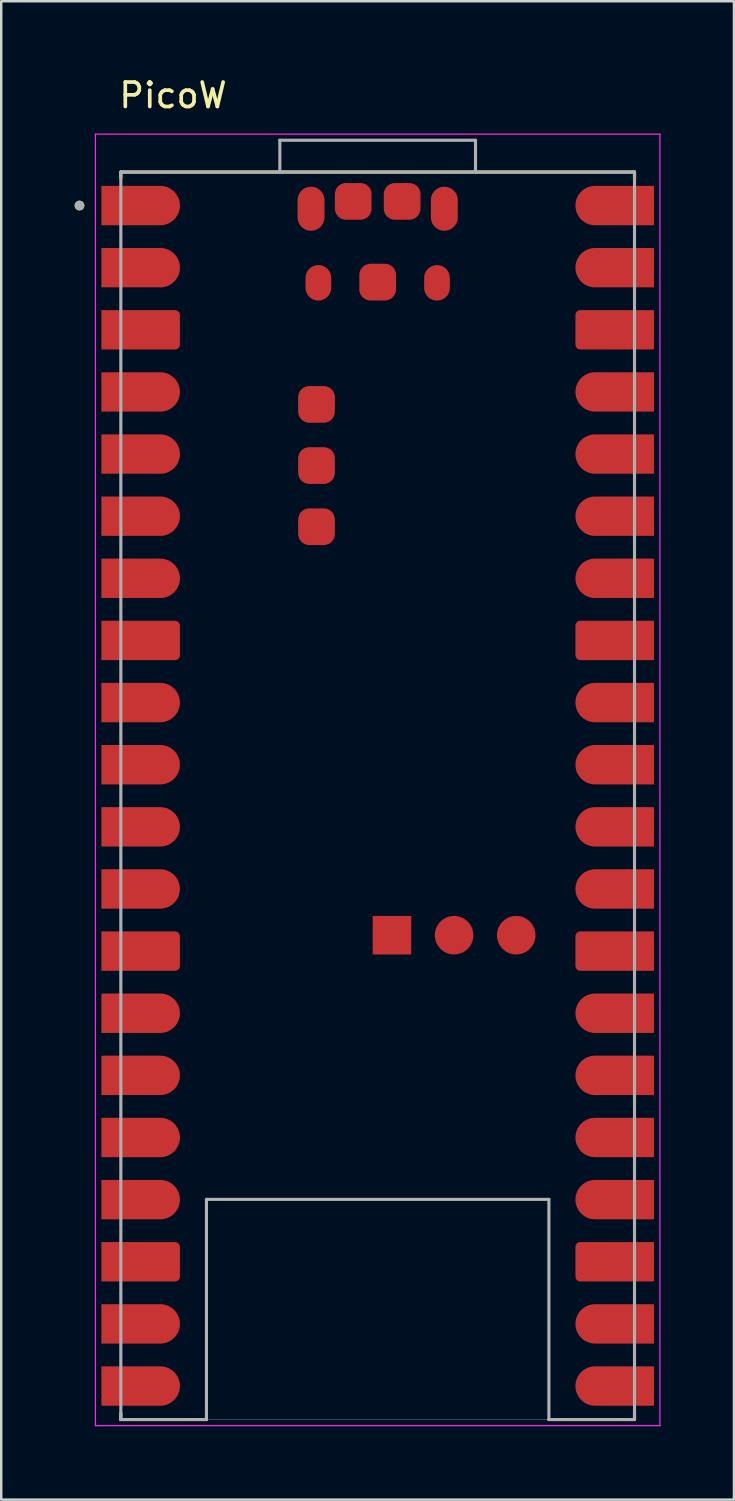
<source format=kicad_pcb>
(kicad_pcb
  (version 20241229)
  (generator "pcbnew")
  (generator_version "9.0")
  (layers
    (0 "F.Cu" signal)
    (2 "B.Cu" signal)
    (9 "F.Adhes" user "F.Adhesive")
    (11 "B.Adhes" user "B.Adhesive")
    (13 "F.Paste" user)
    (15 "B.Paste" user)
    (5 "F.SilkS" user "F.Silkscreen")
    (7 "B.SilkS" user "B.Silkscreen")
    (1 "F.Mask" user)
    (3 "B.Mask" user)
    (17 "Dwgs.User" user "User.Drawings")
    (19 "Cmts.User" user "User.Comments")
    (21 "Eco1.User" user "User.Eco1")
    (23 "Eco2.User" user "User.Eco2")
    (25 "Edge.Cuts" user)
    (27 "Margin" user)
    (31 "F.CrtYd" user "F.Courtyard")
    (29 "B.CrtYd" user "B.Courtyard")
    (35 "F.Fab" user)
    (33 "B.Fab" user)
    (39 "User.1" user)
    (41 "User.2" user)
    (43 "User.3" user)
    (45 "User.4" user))
  (footprint "PicoW"
    (layer "F.Cu")
    (at 12.39 29.483)
    (property "Reference" "PicoW" (at -8.365 -28.635 0) (layer "F.SilkS") (effects (font (size 1 1) (thickness 0.15))))
    (attr smd)
    (fp_poly (pts (xy -11.39 -23.23) (xy -11.39 -25.03) (xy -8.89 -25.03) (xy -8.843 -25.029) (xy -8.796 -25.025) (xy -8.749 -25.019) (xy -8.703 -25.01) (xy -8.657 -24.999) (xy -8.612 -24.986) (xy -8.567 -24.97) (xy -8.524 -24.952) (xy -8.481 -24.932) (xy -8.44 -24.909) (xy -8.4 -24.885) (xy -8.361 -24.858) (xy -8.324 -24.829) (xy -8.288 -24.799) (xy -8.254 -24.766) (xy -8.221 -24.732) (xy -8.191 -24.696) (xy -8.162 -24.659) (xy -8.135 -24.62) (xy -8.111 -24.58) (xy -8.088 -24.539) (xy -8.068 -24.496) (xy -8.05 -24.453) (xy -8.034 -24.408) (xy -8.021 -24.363) (xy -8.01 -24.317) (xy -8.001 -24.271) (xy -7.995 -24.224) (xy -7.991 -24.177) (xy -7.99 -24.13) (xy -7.991 -24.083) (xy -7.995 -24.036) (xy -8.001 -23.989) (xy -8.01 -23.943) (xy -8.021 -23.897) (xy -8.034 -23.852) (xy -8.05 -23.807) (xy -8.068 -23.764) (xy -8.088 -23.721) (xy -8.111 -23.68) (xy -8.135 -23.64) (xy -8.162 -23.601) (xy -8.191 -23.564) (xy -8.221 -23.528) (xy -8.254 -23.494) (xy -8.288 -23.461) (xy -8.324 -23.431) (xy -8.361 -23.402) (xy -8.4 -23.375) (xy -8.44 -23.351) (xy -8.481 -23.328) (xy -8.524 -23.308) (xy -8.567 -23.29) (xy -8.612 -23.274) (xy -8.657 -23.261) (xy -8.703 -23.25) (xy -8.749 -23.241) (xy -8.796 -23.235) (xy -8.843 -23.231) (xy -8.89 -23.23) (xy -11.39 -23.23)) (stroke (width 0.01) (type solid)) (fill yes) (layer "F.Mask"))
    (fp_poly (pts (xy -11.39 -20.69) (xy -11.39 -22.49) (xy -8.89 -22.49) (xy -8.843 -22.489) (xy -8.796 -22.485) (xy -8.749 -22.479) (xy -8.703 -22.47) (xy -8.657 -22.459) (xy -8.612 -22.446) (xy -8.567 -22.43) (xy -8.524 -22.412) (xy -8.481 -22.392) (xy -8.44 -22.369) (xy -8.4 -22.345) (xy -8.361 -22.318) (xy -8.324 -22.289) (xy -8.288 -22.259) (xy -8.254 -22.226) (xy -8.221 -22.192) (xy -8.191 -22.156) (xy -8.162 -22.119) (xy -8.135 -22.08) (xy -8.111 -22.04) (xy -8.088 -21.999) (xy -8.068 -21.956) (xy -8.05 -21.913) (xy -8.034 -21.868) (xy -8.021 -21.823) (xy -8.01 -21.777) (xy -8.001 -21.731) (xy -7.995 -21.684) (xy -7.991 -21.637) (xy -7.99 -21.59) (xy -7.991 -21.543) (xy -7.995 -21.496) (xy -8.001 -21.449) (xy -8.01 -21.403) (xy -8.021 -21.357) (xy -8.034 -21.312) (xy -8.05 -21.267) (xy -8.068 -21.224) (xy -8.088 -21.181) (xy -8.111 -21.14) (xy -8.135 -21.1) (xy -8.162 -21.061) (xy -8.191 -21.024) (xy -8.221 -20.988) (xy -8.254 -20.954) (xy -8.288 -20.921) (xy -8.324 -20.891) (xy -8.361 -20.862) (xy -8.4 -20.835) (xy -8.44 -20.811) (xy -8.481 -20.788) (xy -8.524 -20.768) (xy -8.567 -20.75) (xy -8.612 -20.734) (xy -8.657 -20.721) (xy -8.703 -20.71) (xy -8.749 -20.701) (xy -8.796 -20.695) (xy -8.843 -20.691) (xy -8.89 -20.69) (xy -11.39 -20.69)) (stroke (width 0.01) (type solid)) (fill yes) (layer "F.Mask"))
    (fp_poly (pts (xy -11.39 -15.61) (xy -11.39 -17.41) (xy -8.89 -17.41) (xy -8.843 -17.409) (xy -8.796 -17.405) (xy -8.749 -17.399) (xy -8.703 -17.39) (xy -8.657 -17.379) (xy -8.612 -17.366) (xy -8.567 -17.35) (xy -8.524 -17.332) (xy -8.481 -17.312) (xy -8.44 -17.289) (xy -8.4 -17.265) (xy -8.361 -17.238) (xy -8.324 -17.209) (xy -8.288 -17.179) (xy -8.254 -17.146) (xy -8.221 -17.112) (xy -8.191 -17.076) (xy -8.162 -17.039) (xy -8.135 -17) (xy -8.111 -16.96) (xy -8.088 -16.919) (xy -8.068 -16.876) (xy -8.05 -16.833) (xy -8.034 -16.788) (xy -8.021 -16.743) (xy -8.01 -16.697) (xy -8.001 -16.651) (xy -7.995 -16.604) (xy -7.991 -16.557) (xy -7.99 -16.51) (xy -7.991 -16.463) (xy -7.995 -16.416) (xy -8.001 -16.369) (xy -8.01 -16.323) (xy -8.021 -16.277) (xy -8.034 -16.232) (xy -8.05 -16.187) (xy -8.068 -16.144) (xy -8.088 -16.101) (xy -8.111 -16.06) (xy -8.135 -16.02) (xy -8.162 -15.981) (xy -8.191 -15.944) (xy -8.221 -15.908) (xy -8.254 -15.874) (xy -8.288 -15.841) (xy -8.324 -15.811) (xy -8.361 -15.782) (xy -8.4 -15.755) (xy -8.44 -15.731) (xy -8.481 -15.708) (xy -8.524 -15.688) (xy -8.567 -15.67) (xy -8.612 -15.654) (xy -8.657 -15.641) (xy -8.703 -15.63) (xy -8.749 -15.621) (xy -8.796 -15.615) (xy -8.843 -15.611) (xy -8.89 -15.61) (xy -11.39 -15.61)) (stroke (width 0.01) (type solid)) (fill yes) (layer "F.Mask"))
    (fp_poly (pts (xy -11.39 -13.07) (xy -11.39 -14.87) (xy -8.89 -14.87) (xy -8.843 -14.869) (xy -8.796 -14.865) (xy -8.749 -14.859) (xy -8.703 -14.85) (xy -8.657 -14.839) (xy -8.612 -14.826) (xy -8.567 -14.81) (xy -8.524 -14.792) (xy -8.481 -14.772) (xy -8.44 -14.749) (xy -8.4 -14.725) (xy -8.361 -14.698) (xy -8.324 -14.669) (xy -8.288 -14.639) (xy -8.254 -14.606) (xy -8.221 -14.572) (xy -8.191 -14.536) (xy -8.162 -14.499) (xy -8.135 -14.46) (xy -8.111 -14.42) (xy -8.088 -14.379) (xy -8.068 -14.336) (xy -8.05 -14.293) (xy -8.034 -14.248) (xy -8.021 -14.203) (xy -8.01 -14.157) (xy -8.001 -14.111) (xy -7.995 -14.064) (xy -7.991 -14.017) (xy -7.99 -13.97) (xy -7.991 -13.923) (xy -7.995 -13.876) (xy -8.001 -13.829) (xy -8.01 -13.783) (xy -8.021 -13.737) (xy -8.034 -13.692) (xy -8.05 -13.647) (xy -8.068 -13.604) (xy -8.088 -13.561) (xy -8.111 -13.52) (xy -8.135 -13.48) (xy -8.162 -13.441) (xy -8.191 -13.404) (xy -8.221 -13.368) (xy -8.254 -13.334) (xy -8.288 -13.301) (xy -8.324 -13.271) (xy -8.361 -13.242) (xy -8.4 -13.215) (xy -8.44 -13.191) (xy -8.481 -13.168) (xy -8.524 -13.148) (xy -8.567 -13.13) (xy -8.612 -13.114) (xy -8.657 -13.101) (xy -8.703 -13.09) (xy -8.749 -13.081) (xy -8.796 -13.075) (xy -8.843 -13.071) (xy -8.89 -13.07) (xy -11.39 -13.07)) (stroke (width 0.01) (type solid)) (fill yes) (layer "F.Mask"))
    (fp_poly (pts (xy -11.39 -10.53) (xy -11.39 -12.33) (xy -8.89 -12.33) (xy -8.843 -12.329) (xy -8.796 -12.325) (xy -8.749 -12.319) (xy -8.703 -12.31) (xy -8.657 -12.299) (xy -8.612 -12.286) (xy -8.567 -12.27) (xy -8.524 -12.252) (xy -8.481 -12.232) (xy -8.44 -12.209) (xy -8.4 -12.185) (xy -8.361 -12.158) (xy -8.324 -12.129) (xy -8.288 -12.099) (xy -8.254 -12.066) (xy -8.221 -12.032) (xy -8.191 -11.996) (xy -8.162 -11.959) (xy -8.135 -11.92) (xy -8.111 -11.88) (xy -8.088 -11.839) (xy -8.068 -11.796) (xy -8.05 -11.753) (xy -8.034 -11.708) (xy -8.021 -11.663) (xy -8.01 -11.617) (xy -8.001 -11.571) (xy -7.995 -11.524) (xy -7.991 -11.477) (xy -7.99 -11.43) (xy -7.991 -11.383) (xy -7.995 -11.336) (xy -8.001 -11.289) (xy -8.01 -11.243) (xy -8.021 -11.197) (xy -8.034 -11.152) (xy -8.05 -11.107) (xy -8.068 -11.064) (xy -8.088 -11.021) (xy -8.111 -10.98) (xy -8.135 -10.94) (xy -8.162 -10.901) (xy -8.191 -10.864) (xy -8.221 -10.828) (xy -8.254 -10.794) (xy -8.288 -10.761) (xy -8.324 -10.731) (xy -8.361 -10.702) (xy -8.4 -10.675) (xy -8.44 -10.651) (xy -8.481 -10.628) (xy -8.524 -10.608) (xy -8.567 -10.59) (xy -8.612 -10.574) (xy -8.657 -10.561) (xy -8.703 -10.55) (xy -8.749 -10.541) (xy -8.796 -10.535) (xy -8.843 -10.531) (xy -8.89 -10.53) (xy -11.39 -10.53)) (stroke (width 0.01) (type solid)) (fill yes) (layer "F.Mask"))
    (fp_poly (pts (xy -11.39 -7.99) (xy -11.39 -9.79) (xy -8.89 -9.79) (xy -8.843 -9.789) (xy -8.796 -9.785) (xy -8.749 -9.779) (xy -8.703 -9.77) (xy -8.657 -9.759) (xy -8.612 -9.746) (xy -8.567 -9.73) (xy -8.524 -9.712) (xy -8.481 -9.692) (xy -8.44 -9.669) (xy -8.4 -9.645) (xy -8.361 -9.618) (xy -8.324 -9.589) (xy -8.288 -9.559) (xy -8.254 -9.526) (xy -8.221 -9.492) (xy -8.191 -9.456) (xy -8.162 -9.419) (xy -8.135 -9.38) (xy -8.111 -9.34) (xy -8.088 -9.299) (xy -8.068 -9.256) (xy -8.05 -9.213) (xy -8.034 -9.168) (xy -8.021 -9.123) (xy -8.01 -9.077) (xy -8.001 -9.031) (xy -7.995 -8.984) (xy -7.991 -8.937) (xy -7.99 -8.89) (xy -7.991 -8.843) (xy -7.995 -8.796) (xy -8.001 -8.749) (xy -8.01 -8.703) (xy -8.021 -8.657) (xy -8.034 -8.612) (xy -8.05 -8.567) (xy -8.068 -8.524) (xy -8.088 -8.481) (xy -8.111 -8.44) (xy -8.135 -8.4) (xy -8.162 -8.361) (xy -8.191 -8.324) (xy -8.221 -8.288) (xy -8.254 -8.254) (xy -8.288 -8.221) (xy -8.324 -8.191) (xy -8.361 -8.162) (xy -8.4 -8.135) (xy -8.44 -8.111) (xy -8.481 -8.088) (xy -8.524 -8.068) (xy -8.567 -8.05) (xy -8.612 -8.034) (xy -8.657 -8.021) (xy -8.703 -8.01) (xy -8.749 -8.001) (xy -8.796 -7.995) (xy -8.843 -7.991) (xy -8.89 -7.99) (xy -11.39 -7.99)) (stroke (width 0.01) (type solid)) (fill yes) (layer "F.Mask"))
    (fp_poly (pts (xy -11.39 -2.91) (xy -11.39 -4.71) (xy -8.89 -4.71) (xy -8.843 -4.709) (xy -8.796 -4.705) (xy -8.749 -4.699) (xy -8.703 -4.69) (xy -8.657 -4.679) (xy -8.612 -4.666) (xy -8.567 -4.65) (xy -8.524 -4.632) (xy -8.481 -4.612) (xy -8.44 -4.589) (xy -8.4 -4.565) (xy -8.361 -4.538) (xy -8.324 -4.509) (xy -8.288 -4.479) (xy -8.254 -4.446) (xy -8.221 -4.412) (xy -8.191 -4.376) (xy -8.162 -4.339) (xy -8.135 -4.3) (xy -8.111 -4.26) (xy -8.088 -4.219) (xy -8.068 -4.176) (xy -8.05 -4.133) (xy -8.034 -4.088) (xy -8.021 -4.043) (xy -8.01 -3.997) (xy -8.001 -3.951) (xy -7.995 -3.904) (xy -7.991 -3.857) (xy -7.99 -3.81) (xy -7.991 -3.763) (xy -7.995 -3.716) (xy -8.001 -3.669) (xy -8.01 -3.623) (xy -8.021 -3.577) (xy -8.034 -3.532) (xy -8.05 -3.487) (xy -8.068 -3.444) (xy -8.088 -3.401) (xy -8.111 -3.36) (xy -8.135 -3.32) (xy -8.162 -3.281) (xy -8.191 -3.244) (xy -8.221 -3.208) (xy -8.254 -3.174) (xy -8.288 -3.141) (xy -8.324 -3.111) (xy -8.361 -3.082) (xy -8.4 -3.055) (xy -8.44 -3.031) (xy -8.481 -3.008) (xy -8.524 -2.988) (xy -8.567 -2.97) (xy -8.612 -2.954) (xy -8.657 -2.941) (xy -8.703 -2.93) (xy -8.749 -2.921) (xy -8.796 -2.915) (xy -8.843 -2.911) (xy -8.89 -2.91) (xy -11.39 -2.91)) (stroke (width 0.01) (type solid)) (fill yes) (layer "F.Mask"))
    (fp_poly (pts (xy -11.39 -0.37) (xy -11.39 -2.17) (xy -8.89 -2.17) (xy -8.843 -2.169) (xy -8.796 -2.165) (xy -8.749 -2.159) (xy -8.703 -2.15) (xy -8.657 -2.139) (xy -8.612 -2.126) (xy -8.567 -2.11) (xy -8.524 -2.092) (xy -8.481 -2.072) (xy -8.44 -2.049) (xy -8.4 -2.025) (xy -8.361 -1.998) (xy -8.324 -1.969) (xy -8.288 -1.939) (xy -8.254 -1.906) (xy -8.221 -1.872) (xy -8.191 -1.836) (xy -8.162 -1.799) (xy -8.135 -1.76) (xy -8.111 -1.72) (xy -8.088 -1.679) (xy -8.068 -1.636) (xy -8.05 -1.593) (xy -8.034 -1.548) (xy -8.021 -1.503) (xy -8.01 -1.457) (xy -8.001 -1.411) (xy -7.995 -1.364) (xy -7.991 -1.317) (xy -7.99 -1.27) (xy -7.991 -1.223) (xy -7.995 -1.176) (xy -8.001 -1.129) (xy -8.01 -1.083) (xy -8.021 -1.037) (xy -8.034 -0.992) (xy -8.05 -0.947) (xy -8.068 -0.904) (xy -8.088 -0.861) (xy -8.111 -0.82) (xy -8.135 -0.78) (xy -8.162 -0.741) (xy -8.191 -0.704) (xy -8.221 -0.668) (xy -8.254 -0.634) (xy -8.288 -0.601) (xy -8.324 -0.571) (xy -8.361 -0.542) (xy -8.4 -0.515) (xy -8.44 -0.491) (xy -8.481 -0.468) (xy -8.524 -0.448) (xy -8.567 -0.43) (xy -8.612 -0.414) (xy -8.657 -0.401) (xy -8.703 -0.39) (xy -8.749 -0.381) (xy -8.796 -0.375) (xy -8.843 -0.371) (xy -8.89 -0.37) (xy -11.39 -0.37)) (stroke (width 0.01) (type solid)) (fill yes) (layer "F.Mask"))
    (fp_poly (pts (xy -11.39 2.17) (xy -11.39 0.37) (xy -8.89 0.37) (xy -8.843 0.371) (xy -8.796 0.375) (xy -8.749 0.381) (xy -8.703 0.39) (xy -8.657 0.401) (xy -8.612 0.414) (xy -8.567 0.43) (xy -8.524 0.448) (xy -8.481 0.468) (xy -8.44 0.491) (xy -8.4 0.515) (xy -8.361 0.542) (xy -8.324 0.571) (xy -8.288 0.601) (xy -8.254 0.634) (xy -8.221 0.668) (xy -8.191 0.704) (xy -8.162 0.741) (xy -8.135 0.78) (xy -8.111 0.82) (xy -8.088 0.861) (xy -8.068 0.904) (xy -8.05 0.947) (xy -8.034 0.992) (xy -8.021 1.037) (xy -8.01 1.083) (xy -8.001 1.129) (xy -7.995 1.176) (xy -7.991 1.223) (xy -7.99 1.27) (xy -7.991 1.317) (xy -7.995 1.364) (xy -8.001 1.411) (xy -8.01 1.457) (xy -8.021 1.503) (xy -8.034 1.548) (xy -8.05 1.593) (xy -8.068 1.636) (xy -8.088 1.679) (xy -8.111 1.72) (xy -8.135 1.76) (xy -8.162 1.799) (xy -8.191 1.836) (xy -8.221 1.872) (xy -8.254 1.906) (xy -8.288 1.939) (xy -8.324 1.969) (xy -8.361 1.998) (xy -8.4 2.025) (xy -8.44 2.049) (xy -8.481 2.072) (xy -8.524 2.092) (xy -8.567 2.11) (xy -8.612 2.126) (xy -8.657 2.139) (xy -8.703 2.15) (xy -8.749 2.159) (xy -8.796 2.165) (xy -8.843 2.169) (xy -8.89 2.17) (xy -11.39 2.17)) (stroke (width 0.01) (type solid)) (fill yes) (layer "F.Mask"))
    (fp_poly (pts (xy -11.39 4.71) (xy -11.39 2.91) (xy -8.89 2.91) (xy -8.843 2.911) (xy -8.796 2.915) (xy -8.749 2.921) (xy -8.703 2.93) (xy -8.657 2.941) (xy -8.612 2.954) (xy -8.567 2.97) (xy -8.524 2.988) (xy -8.481 3.008) (xy -8.44 3.031) (xy -8.4 3.055) (xy -8.361 3.082) (xy -8.324 3.111) (xy -8.288 3.141) (xy -8.254 3.174) (xy -8.221 3.208) (xy -8.191 3.244) (xy -8.162 3.281) (xy -8.135 3.32) (xy -8.111 3.36) (xy -8.088 3.401) (xy -8.068 3.444) (xy -8.05 3.487) (xy -8.034 3.532) (xy -8.021 3.577) (xy -8.01 3.623) (xy -8.001 3.669) (xy -7.995 3.716) (xy -7.991 3.763) (xy -7.99 3.81) (xy -7.991 3.857) (xy -7.995 3.904) (xy -8.001 3.951) (xy -8.01 3.997) (xy -8.021 4.043) (xy -8.034 4.088) (xy -8.05 4.133) (xy -8.068 4.176) (xy -8.088 4.219) (xy -8.111 4.26) (xy -8.135 4.3) (xy -8.162 4.339) (xy -8.191 4.376) (xy -8.221 4.412) (xy -8.254 4.446) (xy -8.288 4.479) (xy -8.324 4.509) (xy -8.361 4.538) (xy -8.4 4.565) (xy -8.44 4.589) (xy -8.481 4.612) (xy -8.524 4.632) (xy -8.567 4.65) (xy -8.612 4.666) (xy -8.657 4.679) (xy -8.703 4.69) (xy -8.749 4.699) (xy -8.796 4.705) (xy -8.843 4.709) (xy -8.89 4.71) (xy -11.39 4.71)) (stroke (width 0.01) (type solid)) (fill yes) (layer "F.Mask"))
    (fp_poly (pts (xy -11.39 9.79) (xy -11.39 7.99) (xy -8.89 7.99) (xy -8.843 7.991) (xy -8.796 7.995) (xy -8.749 8.001) (xy -8.703 8.01) (xy -8.657 8.021) (xy -8.612 8.034) (xy -8.567 8.05) (xy -8.524 8.068) (xy -8.481 8.088) (xy -8.44 8.111) (xy -8.4 8.135) (xy -8.361 8.162) (xy -8.324 8.191) (xy -8.288 8.221) (xy -8.254 8.254) (xy -8.221 8.288) (xy -8.191 8.324) (xy -8.162 8.361) (xy -8.135 8.4) (xy -8.111 8.44) (xy -8.088 8.481) (xy -8.068 8.524) (xy -8.05 8.567) (xy -8.034 8.612) (xy -8.021 8.657) (xy -8.01 8.703) (xy -8.001 8.749) (xy -7.995 8.796) (xy -7.991 8.843) (xy -7.99 8.89) (xy -7.991 8.937) (xy -7.995 8.984) (xy -8.001 9.031) (xy -8.01 9.077) (xy -8.021 9.123) (xy -8.034 9.168) (xy -8.05 9.213) (xy -8.068 9.256) (xy -8.088 9.299) (xy -8.111 9.34) (xy -8.135 9.38) (xy -8.162 9.419) (xy -8.191 9.456) (xy -8.221 9.492) (xy -8.254 9.526) (xy -8.288 9.559) (xy -8.324 9.589) (xy -8.361 9.618) (xy -8.4 9.645) (xy -8.44 9.669) (xy -8.481 9.692) (xy -8.524 9.712) (xy -8.567 9.73) (xy -8.612 9.746) (xy -8.657 9.759) (xy -8.703 9.77) (xy -8.749 9.779) (xy -8.796 9.785) (xy -8.843 9.789) (xy -8.89 9.79) (xy -11.39 9.79)) (stroke (width 0.01) (type solid)) (fill yes) (layer "F.Mask"))
    (fp_poly (pts (xy -11.39 12.33) (xy -11.39 10.53) (xy -8.89 10.53) (xy -8.843 10.531) (xy -8.796 10.535) (xy -8.749 10.541) (xy -8.703 10.55) (xy -8.657 10.561) (xy -8.612 10.574) (xy -8.567 10.59) (xy -8.524 10.608) (xy -8.481 10.628) (xy -8.44 10.651) (xy -8.4 10.675) (xy -8.361 10.702) (xy -8.324 10.731) (xy -8.288 10.761) (xy -8.254 10.794) (xy -8.221 10.828) (xy -8.191 10.864) (xy -8.162 10.901) (xy -8.135 10.94) (xy -8.111 10.98) (xy -8.088 11.021) (xy -8.068 11.064) (xy -8.05 11.107) (xy -8.034 11.152) (xy -8.021 11.197) (xy -8.01 11.243) (xy -8.001 11.289) (xy -7.995 11.336) (xy -7.991 11.383) (xy -7.99 11.43) (xy -7.991 11.477) (xy -7.995 11.524) (xy -8.001 11.571) (xy -8.01 11.617) (xy -8.021 11.663) (xy -8.034 11.708) (xy -8.05 11.753) (xy -8.068 11.796) (xy -8.088 11.839) (xy -8.111 11.88) (xy -8.135 11.92) (xy -8.162 11.959) (xy -8.191 11.996) (xy -8.221 12.032) (xy -8.254 12.066) (xy -8.288 12.099) (xy -8.324 12.129) (xy -8.361 12.158) (xy -8.4 12.185) (xy -8.44 12.209) (xy -8.481 12.232) (xy -8.524 12.252) (xy -8.567 12.27) (xy -8.612 12.286) (xy -8.657 12.299) (xy -8.703 12.31) (xy -8.749 12.319) (xy -8.796 12.325) (xy -8.843 12.329) (xy -8.89 12.33) (xy -11.39 12.33)) (stroke (width 0.01) (type solid)) (fill yes) (layer "F.Mask"))
    (fp_poly (pts (xy -11.39 14.87) (xy -11.39 13.07) (xy -8.89 13.07) (xy -8.843 13.071) (xy -8.796 13.075) (xy -8.749 13.081) (xy -8.703 13.09) (xy -8.657 13.101) (xy -8.612 13.114) (xy -8.567 13.13) (xy -8.524 13.148) (xy -8.481 13.168) (xy -8.44 13.191) (xy -8.4 13.215) (xy -8.361 13.242) (xy -8.324 13.271) (xy -8.288 13.301) (xy -8.254 13.334) (xy -8.221 13.368) (xy -8.191 13.404) (xy -8.162 13.441) (xy -8.135 13.48) (xy -8.111 13.52) (xy -8.088 13.561) (xy -8.068 13.604) (xy -8.05 13.647) (xy -8.034 13.692) (xy -8.021 13.737) (xy -8.01 13.783) (xy -8.001 13.829) (xy -7.995 13.876) (xy -7.991 13.923) (xy -7.99 13.97) (xy -7.991 14.017) (xy -7.995 14.064) (xy -8.001 14.111) (xy -8.01 14.157) (xy -8.021 14.203) (xy -8.034 14.248) (xy -8.05 14.293) (xy -8.068 14.336) (xy -8.088 14.379) (xy -8.111 14.42) (xy -8.135 14.46) (xy -8.162 14.499) (xy -8.191 14.536) (xy -8.221 14.572) (xy -8.254 14.606) (xy -8.288 14.639) (xy -8.324 14.669) (xy -8.361 14.698) (xy -8.4 14.725) (xy -8.44 14.749) (xy -8.481 14.772) (xy -8.524 14.792) (xy -8.567 14.81) (xy -8.612 14.826) (xy -8.657 14.839) (xy -8.703 14.85) (xy -8.749 14.859) (xy -8.796 14.865) (xy -8.843 14.869) (xy -8.89 14.87) (xy -11.39 14.87)) (stroke (width 0.01) (type solid)) (fill yes) (layer "F.Mask"))
    (fp_poly (pts (xy -11.39 17.41) (xy -11.39 15.61) (xy -8.89 15.61) (xy -8.843 15.611) (xy -8.796 15.615) (xy -8.749 15.621) (xy -8.703 15.63) (xy -8.657 15.641) (xy -8.612 15.654) (xy -8.567 15.67) (xy -8.524 15.688) (xy -8.481 15.708) (xy -8.44 15.731) (xy -8.4 15.755) (xy -8.361 15.782) (xy -8.324 15.811) (xy -8.288 15.841) (xy -8.254 15.874) (xy -8.221 15.908) (xy -8.191 15.944) (xy -8.162 15.981) (xy -8.135 16.02) (xy -8.111 16.06) (xy -8.088 16.101) (xy -8.068 16.144) (xy -8.05 16.187) (xy -8.034 16.232) (xy -8.021 16.277) (xy -8.01 16.323) (xy -8.001 16.369) (xy -7.995 16.416) (xy -7.991 16.463) (xy -7.99 16.51) (xy -7.991 16.557) (xy -7.995 16.604) (xy -8.001 16.651) (xy -8.01 16.697) (xy -8.021 16.743) (xy -8.034 16.788) (xy -8.05 16.833) (xy -8.068 16.876) (xy -8.088 16.919) (xy -8.111 16.96) (xy -8.135 17) (xy -8.162 17.039) (xy -8.191 17.076) (xy -8.221 17.112) (xy -8.254 17.146) (xy -8.288 17.179) (xy -8.324 17.209) (xy -8.361 17.238) (xy -8.4 17.265) (xy -8.44 17.289) (xy -8.481 17.312) (xy -8.524 17.332) (xy -8.567 17.35) (xy -8.612 17.366) (xy -8.657 17.379) (xy -8.703 17.39) (xy -8.749 17.399) (xy -8.796 17.405) (xy -8.843 17.409) (xy -8.89 17.41) (xy -11.39 17.41)) (stroke (width 0.01) (type solid)) (fill yes) (layer "F.Mask"))
    (fp_poly (pts (xy -11.39 22.49) (xy -11.39 20.69) (xy -8.89 20.69) (xy -8.843 20.691) (xy -8.796 20.695) (xy -8.749 20.701) (xy -8.703 20.71) (xy -8.657 20.721) (xy -8.612 20.734) (xy -8.567 20.75) (xy -8.524 20.768) (xy -8.481 20.788) (xy -8.44 20.811) (xy -8.4 20.835) (xy -8.361 20.862) (xy -8.324 20.891) (xy -8.288 20.921) (xy -8.254 20.954) (xy -8.221 20.988) (xy -8.191 21.024) (xy -8.162 21.061) (xy -8.135 21.1) (xy -8.111 21.14) (xy -8.088 21.181) (xy -8.068 21.224) (xy -8.05 21.267) (xy -8.034 21.312) (xy -8.021 21.357) (xy -8.01 21.403) (xy -8.001 21.449) (xy -7.995 21.496) (xy -7.991 21.543) (xy -7.99 21.59) (xy -7.991 21.637) (xy -7.995 21.684) (xy -8.001 21.731) (xy -8.01 21.777) (xy -8.021 21.823) (xy -8.034 21.868) (xy -8.05 21.913) (xy -8.068 21.956) (xy -8.088 21.999) (xy -8.111 22.04) (xy -8.135 22.08) (xy -8.162 22.119) (xy -8.191 22.156) (xy -8.221 22.192) (xy -8.254 22.226) (xy -8.288 22.259) (xy -8.324 22.289) (xy -8.361 22.318) (xy -8.4 22.345) (xy -8.44 22.369) (xy -8.481 22.392) (xy -8.524 22.412) (xy -8.567 22.43) (xy -8.612 22.446) (xy -8.657 22.459) (xy -8.703 22.47) (xy -8.749 22.479) (xy -8.796 22.485) (xy -8.843 22.489) (xy -8.89 22.49) (xy -11.39 22.49)) (stroke (width 0.01) (type solid)) (fill yes) (layer "F.Mask"))
    (fp_poly (pts (xy -11.39 25.03) (xy -11.39 23.23) (xy -8.89 23.23) (xy -8.843 23.231) (xy -8.796 23.235) (xy -8.749 23.241) (xy -8.703 23.25) (xy -8.657 23.261) (xy -8.612 23.274) (xy -8.567 23.29) (xy -8.524 23.308) (xy -8.481 23.328) (xy -8.44 23.351) (xy -8.4 23.375) (xy -8.361 23.402) (xy -8.324 23.431) (xy -8.288 23.461) (xy -8.254 23.494) (xy -8.221 23.528) (xy -8.191 23.564) (xy -8.162 23.601) (xy -8.135 23.64) (xy -8.111 23.68) (xy -8.088 23.721) (xy -8.068 23.764) (xy -8.05 23.807) (xy -8.034 23.852) (xy -8.021 23.897) (xy -8.01 23.943) (xy -8.001 23.989) (xy -7.995 24.036) (xy -7.991 24.083) (xy -7.99 24.13) (xy -7.991 24.177) (xy -7.995 24.224) (xy -8.001 24.271) (xy -8.01 24.317) (xy -8.021 24.363) (xy -8.034 24.408) (xy -8.05 24.453) (xy -8.068 24.496) (xy -8.088 24.539) (xy -8.111 24.58) (xy -8.135 24.62) (xy -8.162 24.659) (xy -8.191 24.696) (xy -8.221 24.732) (xy -8.254 24.766) (xy -8.288 24.799) (xy -8.324 24.829) (xy -8.361 24.858) (xy -8.4 24.885) (xy -8.44 24.909) (xy -8.481 24.932) (xy -8.524 24.952) (xy -8.567 24.97) (xy -8.612 24.986) (xy -8.657 24.999) (xy -8.703 25.01) (xy -8.749 25.019) (xy -8.796 25.025) (xy -8.843 25.029) (xy -8.89 25.03) (xy -11.39 25.03)) (stroke (width 0.01) (type solid)) (fill yes) (layer "F.Mask"))
    (fp_poly (pts (xy 11.39 -23.23) (xy 11.39 -25.03) (xy 8.89 -25.03) (xy 8.843 -25.029) (xy 8.796 -25.025) (xy 8.749 -25.019) (xy 8.703 -25.01) (xy 8.657 -24.999) (xy 8.612 -24.986) (xy 8.567 -24.97) (xy 8.524 -24.952) (xy 8.481 -24.932) (xy 8.44 -24.909) (xy 8.4 -24.885) (xy 8.361 -24.858) (xy 8.324 -24.829) (xy 8.288 -24.799) (xy 8.254 -24.766) (xy 8.221 -24.732) (xy 8.191 -24.696) (xy 8.162 -24.659) (xy 8.135 -24.62) (xy 8.111 -24.58) (xy 8.088 -24.539) (xy 8.068 -24.496) (xy 8.05 -24.453) (xy 8.034 -24.408) (xy 8.021 -24.363) (xy 8.01 -24.317) (xy 8.001 -24.271) (xy 7.995 -24.224) (xy 7.991 -24.177) (xy 7.99 -24.13) (xy 7.991 -24.083) (xy 7.995 -24.036) (xy 8.001 -23.989) (xy 8.01 -23.943) (xy 8.021 -23.897) (xy 8.034 -23.852) (xy 8.05 -23.807) (xy 8.068 -23.764) (xy 8.088 -23.721) (xy 8.111 -23.68) (xy 8.135 -23.64) (xy 8.162 -23.601) (xy 8.191 -23.564) (xy 8.221 -23.528) (xy 8.254 -23.494) (xy 8.288 -23.461) (xy 8.324 -23.431) (xy 8.361 -23.402) (xy 8.4 -23.375) (xy 8.44 -23.351) (xy 8.481 -23.328) (xy 8.524 -23.308) (xy 8.567 -23.29) (xy 8.612 -23.274) (xy 8.657 -23.261) (xy 8.703 -23.25) (xy 8.749 -23.241) (xy 8.796 -23.235) (xy 8.843 -23.231) (xy 8.89 -23.23) (xy 11.39 -23.23)) (stroke (width 0.01) (type solid)) (fill yes) (layer "F.Mask"))
    (fp_poly (pts (xy 11.39 -20.69) (xy 11.39 -22.49) (xy 8.89 -22.49) (xy 8.843 -22.489) (xy 8.796 -22.485) (xy 8.749 -22.479) (xy 8.703 -22.47) (xy 8.657 -22.459) (xy 8.612 -22.446) (xy 8.567 -22.43) (xy 8.524 -22.412) (xy 8.481 -22.392) (xy 8.44 -22.369) (xy 8.4 -22.345) (xy 8.361 -22.318) (xy 8.324 -22.289) (xy 8.288 -22.259) (xy 8.254 -22.226) (xy 8.221 -22.192) (xy 8.191 -22.156) (xy 8.162 -22.119) (xy 8.135 -22.08) (xy 8.111 -22.04) (xy 8.088 -21.999) (xy 8.068 -21.956) (xy 8.05 -21.913) (xy 8.034 -21.868) (xy 8.021 -21.823) (xy 8.01 -21.777) (xy 8.001 -21.731) (xy 7.995 -21.684) (xy 7.991 -21.637) (xy 7.99 -21.59) (xy 7.991 -21.543) (xy 7.995 -21.496) (xy 8.001 -21.449) (xy 8.01 -21.403) (xy 8.021 -21.357) (xy 8.034 -21.312) (xy 8.05 -21.267) (xy 8.068 -21.224) (xy 8.088 -21.181) (xy 8.111 -21.14) (xy 8.135 -21.1) (xy 8.162 -21.061) (xy 8.191 -21.024) (xy 8.221 -20.988) (xy 8.254 -20.954) (xy 8.288 -20.921) (xy 8.324 -20.891) (xy 8.361 -20.862) (xy 8.4 -20.835) (xy 8.44 -20.811) (xy 8.481 -20.788) (xy 8.524 -20.768) (xy 8.567 -20.75) (xy 8.612 -20.734) (xy 8.657 -20.721) (xy 8.703 -20.71) (xy 8.749 -20.701) (xy 8.796 -20.695) (xy 8.843 -20.691) (xy 8.89 -20.69) (xy 11.39 -20.69)) (stroke (width 0.01) (type solid)) (fill yes) (layer "F.Mask"))
    (fp_poly (pts (xy 11.39 -15.61) (xy 11.39 -17.41) (xy 8.89 -17.41) (xy 8.843 -17.409) (xy 8.796 -17.405) (xy 8.749 -17.399) (xy 8.703 -17.39) (xy 8.657 -17.379) (xy 8.612 -17.366) (xy 8.567 -17.35) (xy 8.524 -17.332) (xy 8.481 -17.312) (xy 8.44 -17.289) (xy 8.4 -17.265) (xy 8.361 -17.238) (xy 8.324 -17.209) (xy 8.288 -17.179) (xy 8.254 -17.146) (xy 8.221 -17.112) (xy 8.191 -17.076) (xy 8.162 -17.039) (xy 8.135 -17) (xy 8.111 -16.96) (xy 8.088 -16.919) (xy 8.068 -16.876) (xy 8.05 -16.833) (xy 8.034 -16.788) (xy 8.021 -16.743) (xy 8.01 -16.697) (xy 8.001 -16.651) (xy 7.995 -16.604) (xy 7.991 -16.557) (xy 7.99 -16.51) (xy 7.991 -16.463) (xy 7.995 -16.416) (xy 8.001 -16.369) (xy 8.01 -16.323) (xy 8.021 -16.277) (xy 8.034 -16.232) (xy 8.05 -16.187) (xy 8.068 -16.144) (xy 8.088 -16.101) (xy 8.111 -16.06) (xy 8.135 -16.02) (xy 8.162 -15.981) (xy 8.191 -15.944) (xy 8.221 -15.908) (xy 8.254 -15.874) (xy 8.288 -15.841) (xy 8.324 -15.811) (xy 8.361 -15.782) (xy 8.4 -15.755) (xy 8.44 -15.731) (xy 8.481 -15.708) (xy 8.524 -15.688) (xy 8.567 -15.67) (xy 8.612 -15.654) (xy 8.657 -15.641) (xy 8.703 -15.63) (xy 8.749 -15.621) (xy 8.796 -15.615) (xy 8.843 -15.611) (xy 8.89 -15.61) (xy 11.39 -15.61)) (stroke (width 0.01) (type solid)) (fill yes) (layer "F.Mask"))
    (fp_poly (pts (xy 11.39 -13.07) (xy 11.39 -14.87) (xy 8.89 -14.87) (xy 8.843 -14.869) (xy 8.796 -14.865) (xy 8.749 -14.859) (xy 8.703 -14.85) (xy 8.657 -14.839) (xy 8.612 -14.826) (xy 8.567 -14.81) (xy 8.524 -14.792) (xy 8.481 -14.772) (xy 8.44 -14.749) (xy 8.4 -14.725) (xy 8.361 -14.698) (xy 8.324 -14.669) (xy 8.288 -14.639) (xy 8.254 -14.606) (xy 8.221 -14.572) (xy 8.191 -14.536) (xy 8.162 -14.499) (xy 8.135 -14.46) (xy 8.111 -14.42) (xy 8.088 -14.379) (xy 8.068 -14.336) (xy 8.05 -14.293) (xy 8.034 -14.248) (xy 8.021 -14.203) (xy 8.01 -14.157) (xy 8.001 -14.111) (xy 7.995 -14.064) (xy 7.991 -14.017) (xy 7.99 -13.97) (xy 7.991 -13.923) (xy 7.995 -13.876) (xy 8.001 -13.829) (xy 8.01 -13.783) (xy 8.021 -13.737) (xy 8.034 -13.692) (xy 8.05 -13.647) (xy 8.068 -13.604) (xy 8.088 -13.561) (xy 8.111 -13.52) (xy 8.135 -13.48) (xy 8.162 -13.441) (xy 8.191 -13.404) (xy 8.221 -13.368) (xy 8.254 -13.334) (xy 8.288 -13.301) (xy 8.324 -13.271) (xy 8.361 -13.242) (xy 8.4 -13.215) (xy 8.44 -13.191) (xy 8.481 -13.168) (xy 8.524 -13.148) (xy 8.567 -13.13) (xy 8.612 -13.114) (xy 8.657 -13.101) (xy 8.703 -13.09) (xy 8.749 -13.081) (xy 8.796 -13.075) (xy 8.843 -13.071) (xy 8.89 -13.07) (xy 11.39 -13.07)) (stroke (width 0.01) (type solid)) (fill yes) (layer "F.Mask"))
    (fp_poly (pts (xy 11.39 -10.53) (xy 11.39 -12.33) (xy 8.89 -12.33) (xy 8.843 -12.329) (xy 8.796 -12.325) (xy 8.749 -12.319) (xy 8.703 -12.31) (xy 8.657 -12.299) (xy 8.612 -12.286) (xy 8.567 -12.27) (xy 8.524 -12.252) (xy 8.481 -12.232) (xy 8.44 -12.209) (xy 8.4 -12.185) (xy 8.361 -12.158) (xy 8.324 -12.129) (xy 8.288 -12.099) (xy 8.254 -12.066) (xy 8.221 -12.032) (xy 8.191 -11.996) (xy 8.162 -11.959) (xy 8.135 -11.92) (xy 8.111 -11.88) (xy 8.088 -11.839) (xy 8.068 -11.796) (xy 8.05 -11.753) (xy 8.034 -11.708) (xy 8.021 -11.663) (xy 8.01 -11.617) (xy 8.001 -11.571) (xy 7.995 -11.524) (xy 7.991 -11.477) (xy 7.99 -11.43) (xy 7.991 -11.383) (xy 7.995 -11.336) (xy 8.001 -11.289) (xy 8.01 -11.243) (xy 8.021 -11.197) (xy 8.034 -11.152) (xy 8.05 -11.107) (xy 8.068 -11.064) (xy 8.088 -11.021) (xy 8.111 -10.98) (xy 8.135 -10.94) (xy 8.162 -10.901) (xy 8.191 -10.864) (xy 8.221 -10.828) (xy 8.254 -10.794) (xy 8.288 -10.761) (xy 8.324 -10.731) (xy 8.361 -10.702) (xy 8.4 -10.675) (xy 8.44 -10.651) (xy 8.481 -10.628) (xy 8.524 -10.608) (xy 8.567 -10.59) (xy 8.612 -10.574) (xy 8.657 -10.561) (xy 8.703 -10.55) (xy 8.749 -10.541) (xy 8.796 -10.535) (xy 8.843 -10.531) (xy 8.89 -10.53) (xy 11.39 -10.53)) (stroke (width 0.01) (type solid)) (fill yes) (layer "F.Mask"))
    (fp_poly (pts (xy 11.39 -7.99) (xy 11.39 -9.79) (xy 8.89 -9.79) (xy 8.843 -9.789) (xy 8.796 -9.785) (xy 8.749 -9.779) (xy 8.703 -9.77) (xy 8.657 -9.759) (xy 8.612 -9.746) (xy 8.567 -9.73) (xy 8.524 -9.712) (xy 8.481 -9.692) (xy 8.44 -9.669) (xy 8.4 -9.645) (xy 8.361 -9.618) (xy 8.324 -9.589) (xy 8.288 -9.559) (xy 8.254 -9.526) (xy 8.221 -9.492) (xy 8.191 -9.456) (xy 8.162 -9.419) (xy 8.135 -9.38) (xy 8.111 -9.34) (xy 8.088 -9.299) (xy 8.068 -9.256) (xy 8.05 -9.213) (xy 8.034 -9.168) (xy 8.021 -9.123) (xy 8.01 -9.077) (xy 8.001 -9.031) (xy 7.995 -8.984) (xy 7.991 -8.937) (xy 7.99 -8.89) (xy 7.991 -8.843) (xy 7.995 -8.796) (xy 8.001 -8.749) (xy 8.01 -8.703) (xy 8.021 -8.657) (xy 8.034 -8.612) (xy 8.05 -8.567) (xy 8.068 -8.524) (xy 8.088 -8.481) (xy 8.111 -8.44) (xy 8.135 -8.4) (xy 8.162 -8.361) (xy 8.191 -8.324) (xy 8.221 -8.288) (xy 8.254 -8.254) (xy 8.288 -8.221) (xy 8.324 -8.191) (xy 8.361 -8.162) (xy 8.4 -8.135) (xy 8.44 -8.111) (xy 8.481 -8.088) (xy 8.524 -8.068) (xy 8.567 -8.05) (xy 8.612 -8.034) (xy 8.657 -8.021) (xy 8.703 -8.01) (xy 8.749 -8.001) (xy 8.796 -7.995) (xy 8.843 -7.991) (xy 8.89 -7.99) (xy 11.39 -7.99)) (stroke (width 0.01) (type solid)) (fill yes) (layer "F.Mask"))
    (fp_poly (pts (xy 11.39 -2.91) (xy 11.39 -4.71) (xy 8.89 -4.71) (xy 8.843 -4.709) (xy 8.796 -4.705) (xy 8.749 -4.699) (xy 8.703 -4.69) (xy 8.657 -4.679) (xy 8.612 -4.666) (xy 8.567 -4.65) (xy 8.524 -4.632) (xy 8.481 -4.612) (xy 8.44 -4.589) (xy 8.4 -4.565) (xy 8.361 -4.538) (xy 8.324 -4.509) (xy 8.288 -4.479) (xy 8.254 -4.446) (xy 8.221 -4.412) (xy 8.191 -4.376) (xy 8.162 -4.339) (xy 8.135 -4.3) (xy 8.111 -4.26) (xy 8.088 -4.219) (xy 8.068 -4.176) (xy 8.05 -4.133) (xy 8.034 -4.088) (xy 8.021 -4.043) (xy 8.01 -3.997) (xy 8.001 -3.951) (xy 7.995 -3.904) (xy 7.991 -3.857) (xy 7.99 -3.81) (xy 7.991 -3.763) (xy 7.995 -3.716) (xy 8.001 -3.669) (xy 8.01 -3.623) (xy 8.021 -3.577) (xy 8.034 -3.532) (xy 8.05 -3.487) (xy 8.068 -3.444) (xy 8.088 -3.401) (xy 8.111 -3.36) (xy 8.135 -3.32) (xy 8.162 -3.281) (xy 8.191 -3.244) (xy 8.221 -3.208) (xy 8.254 -3.174) (xy 8.288 -3.141) (xy 8.324 -3.111) (xy 8.361 -3.082) (xy 8.4 -3.055) (xy 8.44 -3.031) (xy 8.481 -3.008) (xy 8.524 -2.988) (xy 8.567 -2.97) (xy 8.612 -2.954) (xy 8.657 -2.941) (xy 8.703 -2.93) (xy 8.749 -2.921) (xy 8.796 -2.915) (xy 8.843 -2.911) (xy 8.89 -2.91) (xy 11.39 -2.91)) (stroke (width 0.01) (type solid)) (fill yes) (layer "F.Mask"))
    (fp_poly (pts (xy 11.39 -0.37) (xy 11.39 -2.17) (xy 8.89 -2.17) (xy 8.843 -2.169) (xy 8.796 -2.165) (xy 8.749 -2.159) (xy 8.703 -2.15) (xy 8.657 -2.139) (xy 8.612 -2.126) (xy 8.567 -2.11) (xy 8.524 -2.092) (xy 8.481 -2.072) (xy 8.44 -2.049) (xy 8.4 -2.025) (xy 8.361 -1.998) (xy 8.324 -1.969) (xy 8.288 -1.939) (xy 8.254 -1.906) (xy 8.221 -1.872) (xy 8.191 -1.836) (xy 8.162 -1.799) (xy 8.135 -1.76) (xy 8.111 -1.72) (xy 8.088 -1.679) (xy 8.068 -1.636) (xy 8.05 -1.593) (xy 8.034 -1.548) (xy 8.021 -1.503) (xy 8.01 -1.457) (xy 8.001 -1.411) (xy 7.995 -1.364) (xy 7.991 -1.317) (xy 7.99 -1.27) (xy 7.991 -1.223) (xy 7.995 -1.176) (xy 8.001 -1.129) (xy 8.01 -1.083) (xy 8.021 -1.037) (xy 8.034 -0.992) (xy 8.05 -0.947) (xy 8.068 -0.904) (xy 8.088 -0.861) (xy 8.111 -0.82) (xy 8.135 -0.78) (xy 8.162 -0.741) (xy 8.191 -0.704) (xy 8.221 -0.668) (xy 8.254 -0.634) (xy 8.288 -0.601) (xy 8.324 -0.571) (xy 8.361 -0.542) (xy 8.4 -0.515) (xy 8.44 -0.491) (xy 8.481 -0.468) (xy 8.524 -0.448) (xy 8.567 -0.43) (xy 8.612 -0.414) (xy 8.657 -0.401) (xy 8.703 -0.39) (xy 8.749 -0.381) (xy 8.796 -0.375) (xy 8.843 -0.371) (xy 8.89 -0.37) (xy 11.39 -0.37)) (stroke (width 0.01) (type solid)) (fill yes) (layer "F.Mask"))
    (fp_poly (pts (xy 11.39 2.17) (xy 11.39 0.37) (xy 8.89 0.37) (xy 8.843 0.371) (xy 8.796 0.375) (xy 8.749 0.381) (xy 8.703 0.39) (xy 8.657 0.401) (xy 8.612 0.414) (xy 8.567 0.43) (xy 8.524 0.448) (xy 8.481 0.468) (xy 8.44 0.491) (xy 8.4 0.515) (xy 8.361 0.542) (xy 8.324 0.571) (xy 8.288 0.601) (xy 8.254 0.634) (xy 8.221 0.668) (xy 8.191 0.704) (xy 8.162 0.741) (xy 8.135 0.78) (xy 8.111 0.82) (xy 8.088 0.861) (xy 8.068 0.904) (xy 8.05 0.947) (xy 8.034 0.992) (xy 8.021 1.037) (xy 8.01 1.083) (xy 8.001 1.129) (xy 7.995 1.176) (xy 7.991 1.223) (xy 7.99 1.27) (xy 7.991 1.317) (xy 7.995 1.364) (xy 8.001 1.411) (xy 8.01 1.457) (xy 8.021 1.503) (xy 8.034 1.548) (xy 8.05 1.593) (xy 8.068 1.636) (xy 8.088 1.679) (xy 8.111 1.72) (xy 8.135 1.76) (xy 8.162 1.799) (xy 8.191 1.836) (xy 8.221 1.872) (xy 8.254 1.906) (xy 8.288 1.939) (xy 8.324 1.969) (xy 8.361 1.998) (xy 8.4 2.025) (xy 8.44 2.049) (xy 8.481 2.072) (xy 8.524 2.092) (xy 8.567 2.11) (xy 8.612 2.126) (xy 8.657 2.139) (xy 8.703 2.15) (xy 8.749 2.159) (xy 8.796 2.165) (xy 8.843 2.169) (xy 8.89 2.17) (xy 11.39 2.17)) (stroke (width 0.01) (type solid)) (fill yes) (layer "F.Mask"))
    (fp_poly (pts (xy 11.39 4.71) (xy 11.39 2.91) (xy 8.89 2.91) (xy 8.843 2.911) (xy 8.796 2.915) (xy 8.749 2.921) (xy 8.703 2.93) (xy 8.657 2.941) (xy 8.612 2.954) (xy 8.567 2.97) (xy 8.524 2.988) (xy 8.481 3.008) (xy 8.44 3.031) (xy 8.4 3.055) (xy 8.361 3.082) (xy 8.324 3.111) (xy 8.288 3.141) (xy 8.254 3.174) (xy 8.221 3.208) (xy 8.191 3.244) (xy 8.162 3.281) (xy 8.135 3.32) (xy 8.111 3.36) (xy 8.088 3.401) (xy 8.068 3.444) (xy 8.05 3.487) (xy 8.034 3.532) (xy 8.021 3.577) (xy 8.01 3.623) (xy 8.001 3.669) (xy 7.995 3.716) (xy 7.991 3.763) (xy 7.99 3.81) (xy 7.991 3.857) (xy 7.995 3.904) (xy 8.001 3.951) (xy 8.01 3.997) (xy 8.021 4.043) (xy 8.034 4.088) (xy 8.05 4.133) (xy 8.068 4.176) (xy 8.088 4.219) (xy 8.111 4.26) (xy 8.135 4.3) (xy 8.162 4.339) (xy 8.191 4.376) (xy 8.221 4.412) (xy 8.254 4.446) (xy 8.288 4.479) (xy 8.324 4.509) (xy 8.361 4.538) (xy 8.4 4.565) (xy 8.44 4.589) (xy 8.481 4.612) (xy 8.524 4.632) (xy 8.567 4.65) (xy 8.612 4.666) (xy 8.657 4.679) (xy 8.703 4.69) (xy 8.749 4.699) (xy 8.796 4.705) (xy 8.843 4.709) (xy 8.89 4.71) (xy 11.39 4.71)) (stroke (width 0.01) (type solid)) (fill yes) (layer "F.Mask"))
    (fp_poly (pts (xy 11.39 9.79) (xy 11.39 7.99) (xy 8.89 7.99) (xy 8.843 7.991) (xy 8.796 7.995) (xy 8.749 8.001) (xy 8.703 8.01) (xy 8.657 8.021) (xy 8.612 8.034) (xy 8.567 8.05) (xy 8.524 8.068) (xy 8.481 8.088) (xy 8.44 8.111) (xy 8.4 8.135) (xy 8.361 8.162) (xy 8.324 8.191) (xy 8.288 8.221) (xy 8.254 8.254) (xy 8.221 8.288) (xy 8.191 8.324) (xy 8.162 8.361) (xy 8.135 8.4) (xy 8.111 8.44) (xy 8.088 8.481) (xy 8.068 8.524) (xy 8.05 8.567) (xy 8.034 8.612) (xy 8.021 8.657) (xy 8.01 8.703) (xy 8.001 8.749) (xy 7.995 8.796) (xy 7.991 8.843) (xy 7.99 8.89) (xy 7.991 8.937) (xy 7.995 8.984) (xy 8.001 9.031) (xy 8.01 9.077) (xy 8.021 9.123) (xy 8.034 9.168) (xy 8.05 9.213) (xy 8.068 9.256) (xy 8.088 9.299) (xy 8.111 9.34) (xy 8.135 9.38) (xy 8.162 9.419) (xy 8.191 9.456) (xy 8.221 9.492) (xy 8.254 9.526) (xy 8.288 9.559) (xy 8.324 9.589) (xy 8.361 9.618) (xy 8.4 9.645) (xy 8.44 9.669) (xy 8.481 9.692) (xy 8.524 9.712) (xy 8.567 9.73) (xy 8.612 9.746) (xy 8.657 9.759) (xy 8.703 9.77) (xy 8.749 9.779) (xy 8.796 9.785) (xy 8.843 9.789) (xy 8.89 9.79) (xy 11.39 9.79)) (stroke (width 0.01) (type solid)) (fill yes) (layer "F.Mask"))
    (fp_poly (pts (xy 11.39 12.33) (xy 11.39 10.53) (xy 8.89 10.53) (xy 8.843 10.531) (xy 8.796 10.535) (xy 8.749 10.541) (xy 8.703 10.55) (xy 8.657 10.561) (xy 8.612 10.574) (xy 8.567 10.59) (xy 8.524 10.608) (xy 8.481 10.628) (xy 8.44 10.651) (xy 8.4 10.675) (xy 8.361 10.702) (xy 8.324 10.731) (xy 8.288 10.761) (xy 8.254 10.794) (xy 8.221 10.828) (xy 8.191 10.864) (xy 8.162 10.901) (xy 8.135 10.94) (xy 8.111 10.98) (xy 8.088 11.021) (xy 8.068 11.064) (xy 8.05 11.107) (xy 8.034 11.152) (xy 8.021 11.197) (xy 8.01 11.243) (xy 8.001 11.289) (xy 7.995 11.336) (xy 7.991 11.383) (xy 7.99 11.43) (xy 7.991 11.477) (xy 7.995 11.524) (xy 8.001 11.571) (xy 8.01 11.617) (xy 8.021 11.663) (xy 8.034 11.708) (xy 8.05 11.753) (xy 8.068 11.796) (xy 8.088 11.839) (xy 8.111 11.88) (xy 8.135 11.92) (xy 8.162 11.959) (xy 8.191 11.996) (xy 8.221 12.032) (xy 8.254 12.066) (xy 8.288 12.099) (xy 8.324 12.129) (xy 8.361 12.158) (xy 8.4 12.185) (xy 8.44 12.209) (xy 8.481 12.232) (xy 8.524 12.252) (xy 8.567 12.27) (xy 8.612 12.286) (xy 8.657 12.299) (xy 8.703 12.31) (xy 8.749 12.319) (xy 8.796 12.325) (xy 8.843 12.329) (xy 8.89 12.33) (xy 11.39 12.33)) (stroke (width 0.01) (type solid)) (fill yes) (layer "F.Mask"))
    (fp_poly (pts (xy 11.39 14.87) (xy 11.39 13.07) (xy 8.89 13.07) (xy 8.843 13.071) (xy 8.796 13.075) (xy 8.749 13.081) (xy 8.703 13.09) (xy 8.657 13.101) (xy 8.612 13.114) (xy 8.567 13.13) (xy 8.524 13.148) (xy 8.481 13.168) (xy 8.44 13.191) (xy 8.4 13.215) (xy 8.361 13.242) (xy 8.324 13.271) (xy 8.288 13.301) (xy 8.254 13.334) (xy 8.221 13.368) (xy 8.191 13.404) (xy 8.162 13.441) (xy 8.135 13.48) (xy 8.111 13.52) (xy 8.088 13.561) (xy 8.068 13.604) (xy 8.05 13.647) (xy 8.034 13.692) (xy 8.021 13.737) (xy 8.01 13.783) (xy 8.001 13.829) (xy 7.995 13.876) (xy 7.991 13.923) (xy 7.99 13.97) (xy 7.991 14.017) (xy 7.995 14.064) (xy 8.001 14.111) (xy 8.01 14.157) (xy 8.021 14.203) (xy 8.034 14.248) (xy 8.05 14.293) (xy 8.068 14.336) (xy 8.088 14.379) (xy 8.111 14.42) (xy 8.135 14.46) (xy 8.162 14.499) (xy 8.191 14.536) (xy 8.221 14.572) (xy 8.254 14.606) (xy 8.288 14.639) (xy 8.324 14.669) (xy 8.361 14.698) (xy 8.4 14.725) (xy 8.44 14.749) (xy 8.481 14.772) (xy 8.524 14.792) (xy 8.567 14.81) (xy 8.612 14.826) (xy 8.657 14.839) (xy 8.703 14.85) (xy 8.749 14.859) (xy 8.796 14.865) (xy 8.843 14.869) (xy 8.89 14.87) (xy 11.39 14.87)) (stroke (width 0.01) (type solid)) (fill yes) (layer "F.Mask"))
    (fp_poly (pts (xy 11.39 17.41) (xy 11.39 15.61) (xy 8.89 15.61) (xy 8.843 15.611) (xy 8.796 15.615) (xy 8.749 15.621) (xy 8.703 15.63) (xy 8.657 15.641) (xy 8.612 15.654) (xy 8.567 15.67) (xy 8.524 15.688) (xy 8.481 15.708) (xy 8.44 15.731) (xy 8.4 15.755) (xy 8.361 15.782) (xy 8.324 15.811) (xy 8.288 15.841) (xy 8.254 15.874) (xy 8.221 15.908) (xy 8.191 15.944) (xy 8.162 15.981) (xy 8.135 16.02) (xy 8.111 16.06) (xy 8.088 16.101) (xy 8.068 16.144) (xy 8.05 16.187) (xy 8.034 16.232) (xy 8.021 16.277) (xy 8.01 16.323) (xy 8.001 16.369) (xy 7.995 16.416) (xy 7.991 16.463) (xy 7.99 16.51) (xy 7.991 16.557) (xy 7.995 16.604) (xy 8.001 16.651) (xy 8.01 16.697) (xy 8.021 16.743) (xy 8.034 16.788) (xy 8.05 16.833) (xy 8.068 16.876) (xy 8.088 16.919) (xy 8.111 16.96) (xy 8.135 17) (xy 8.162 17.039) (xy 8.191 17.076) (xy 8.221 17.112) (xy 8.254 17.146) (xy 8.288 17.179) (xy 8.324 17.209) (xy 8.361 17.238) (xy 8.4 17.265) (xy 8.44 17.289) (xy 8.481 17.312) (xy 8.524 17.332) (xy 8.567 17.35) (xy 8.612 17.366) (xy 8.657 17.379) (xy 8.703 17.39) (xy 8.749 17.399) (xy 8.796 17.405) (xy 8.843 17.409) (xy 8.89 17.41) (xy 11.39 17.41)) (stroke (width 0.01) (type solid)) (fill yes) (layer "F.Mask"))
    (fp_poly (pts (xy 11.39 22.49) (xy 11.39 20.69) (xy 8.89 20.69) (xy 8.843 20.691) (xy 8.796 20.695) (xy 8.749 20.701) (xy 8.703 20.71) (xy 8.657 20.721) (xy 8.612 20.734) (xy 8.567 20.75) (xy 8.524 20.768) (xy 8.481 20.788) (xy 8.44 20.811) (xy 8.4 20.835) (xy 8.361 20.862) (xy 8.324 20.891) (xy 8.288 20.921) (xy 8.254 20.954) (xy 8.221 20.988) (xy 8.191 21.024) (xy 8.162 21.061) (xy 8.135 21.1) (xy 8.111 21.14) (xy 8.088 21.181) (xy 8.068 21.224) (xy 8.05 21.267) (xy 8.034 21.312) (xy 8.021 21.357) (xy 8.01 21.403) (xy 8.001 21.449) (xy 7.995 21.496) (xy 7.991 21.543) (xy 7.99 21.59) (xy 7.991 21.637) (xy 7.995 21.684) (xy 8.001 21.731) (xy 8.01 21.777) (xy 8.021 21.823) (xy 8.034 21.868) (xy 8.05 21.913) (xy 8.068 21.956) (xy 8.088 21.999) (xy 8.111 22.04) (xy 8.135 22.08) (xy 8.162 22.119) (xy 8.191 22.156) (xy 8.221 22.192) (xy 8.254 22.226) (xy 8.288 22.259) (xy 8.324 22.289) (xy 8.361 22.318) (xy 8.4 22.345) (xy 8.44 22.369) (xy 8.481 22.392) (xy 8.524 22.412) (xy 8.567 22.43) (xy 8.612 22.446) (xy 8.657 22.459) (xy 8.703 22.47) (xy 8.749 22.479) (xy 8.796 22.485) (xy 8.843 22.489) (xy 8.89 22.49) (xy 11.39 22.49)) (stroke (width 0.01) (type solid)) (fill yes) (layer "F.Mask"))
    (fp_poly (pts (xy 11.39 25.03) (xy 11.39 23.23) (xy 8.89 23.23) (xy 8.843 23.231) (xy 8.796 23.235) (xy 8.749 23.241) (xy 8.703 23.25) (xy 8.657 23.261) (xy 8.612 23.274) (xy 8.567 23.29) (xy 8.524 23.308) (xy 8.481 23.328) (xy 8.44 23.351) (xy 8.4 23.375) (xy 8.361 23.402) (xy 8.324 23.431) (xy 8.288 23.461) (xy 8.254 23.494) (xy 8.221 23.528) (xy 8.191 23.564) (xy 8.162 23.601) (xy 8.135 23.64) (xy 8.111 23.68) (xy 8.088 23.721) (xy 8.068 23.764) (xy 8.05 23.807) (xy 8.034 23.852) (xy 8.021 23.897) (xy 8.01 23.943) (xy 8.001 23.989) (xy 7.995 24.036) (xy 7.991 24.083) (xy 7.99 24.13) (xy 7.991 24.177) (xy 7.995 24.224) (xy 8.001 24.271) (xy 8.01 24.317) (xy 8.021 24.363) (xy 8.034 24.408) (xy 8.05 24.453) (xy 8.068 24.496) (xy 8.088 24.539) (xy 8.111 24.58) (xy 8.135 24.62) (xy 8.162 24.659) (xy 8.191 24.696) (xy 8.221 24.732) (xy 8.254 24.766) (xy 8.288 24.799) (xy 8.324 24.829) (xy 8.361 24.858) (xy 8.4 24.885) (xy 8.44 24.909) (xy 8.481 24.932) (xy 8.524 24.952) (xy 8.567 24.97) (xy 8.612 24.986) (xy 8.657 24.999) (xy 8.703 25.01) (xy 8.749 25.019) (xy 8.796 25.025) (xy 8.843 25.029) (xy 8.89 25.03) (xy 11.39 25.03)) (stroke (width 0.01) (type solid)) (fill yes) (layer "F.Mask"))
    (fp_poly (pts (xy -11.39 -18.15) (xy -11.39 -19.95) (xy -8.29 -19.95) (xy -8.274 -19.95) (xy -8.259 -19.948) (xy -8.243 -19.946) (xy -8.228 -19.943) (xy -8.212 -19.94) (xy -8.197 -19.935) (xy -8.182 -19.93) (xy -8.168 -19.924) (xy -8.154 -19.917) (xy -8.14 -19.91) (xy -8.127 -19.902) (xy -8.114 -19.893) (xy -8.101 -19.883) (xy -8.089 -19.873) (xy -8.078 -19.862) (xy -8.067 -19.851) (xy -8.057 -19.839) (xy -8.047 -19.826) (xy -8.038 -19.813) (xy -8.03 -19.8) (xy -8.023 -19.786) (xy -8.016 -19.772) (xy -8.01 -19.758) (xy -8.005 -19.743) (xy -8 -19.728) (xy -7.997 -19.712) (xy -7.994 -19.697) (xy -7.992 -19.681) (xy -7.99 -19.666) (xy -7.99 -19.65) (xy -7.99 -18.45) (xy -7.99 -18.434) (xy -7.992 -18.419) (xy -7.994 -18.403) (xy -7.997 -18.388) (xy -8 -18.372) (xy -8.005 -18.357) (xy -8.01 -18.342) (xy -8.016 -18.328) (xy -8.023 -18.314) (xy -8.03 -18.3) (xy -8.038 -18.287) (xy -8.047 -18.274) (xy -8.057 -18.261) (xy -8.067 -18.249) (xy -8.078 -18.238) (xy -8.089 -18.227) (xy -8.101 -18.217) (xy -8.114 -18.207) (xy -8.127 -18.198) (xy -8.14 -18.19) (xy -8.154 -18.183) (xy -8.168 -18.176) (xy -8.182 -18.17) (xy -8.197 -18.165) (xy -8.212 -18.16) (xy -8.228 -18.157) (xy -8.243 -18.154) (xy -8.259 -18.152) (xy -8.274 -18.15) (xy -8.29 -18.15) (xy -11.39 -18.15)) (stroke (width 0.01) (type solid)) (fill yes) (layer "F.Mask"))
    (fp_poly (pts (xy -11.39 -5.45) (xy -11.39 -7.25) (xy -8.29 -7.25) (xy -8.274 -7.25) (xy -8.259 -7.248) (xy -8.243 -7.246) (xy -8.228 -7.243) (xy -8.212 -7.24) (xy -8.197 -7.235) (xy -8.182 -7.23) (xy -8.168 -7.224) (xy -8.154 -7.217) (xy -8.14 -7.21) (xy -8.127 -7.202) (xy -8.114 -7.193) (xy -8.101 -7.183) (xy -8.089 -7.173) (xy -8.078 -7.162) (xy -8.067 -7.151) (xy -8.057 -7.139) (xy -8.047 -7.126) (xy -8.038 -7.113) (xy -8.03 -7.1) (xy -8.023 -7.086) (xy -8.016 -7.072) (xy -8.01 -7.058) (xy -8.005 -7.043) (xy -8 -7.028) (xy -7.997 -7.012) (xy -7.994 -6.997) (xy -7.992 -6.981) (xy -7.99 -6.966) (xy -7.99 -6.95) (xy -7.99 -5.75) (xy -7.99 -5.734) (xy -7.992 -5.719) (xy -7.994 -5.703) (xy -7.997 -5.688) (xy -8 -5.672) (xy -8.005 -5.657) (xy -8.01 -5.642) (xy -8.016 -5.628) (xy -8.023 -5.614) (xy -8.03 -5.6) (xy -8.038 -5.587) (xy -8.047 -5.574) (xy -8.057 -5.561) (xy -8.067 -5.549) (xy -8.078 -5.538) (xy -8.089 -5.527) (xy -8.101 -5.517) (xy -8.114 -5.507) (xy -8.127 -5.498) (xy -8.14 -5.49) (xy -8.154 -5.483) (xy -8.168 -5.476) (xy -8.182 -5.47) (xy -8.197 -5.465) (xy -8.212 -5.46) (xy -8.228 -5.457) (xy -8.243 -5.454) (xy -8.259 -5.452) (xy -8.274 -5.45) (xy -8.29 -5.45) (xy -11.39 -5.45)) (stroke (width 0.01) (type solid)) (fill yes) (layer "F.Mask"))
    (fp_poly (pts (xy -11.39 7.25) (xy -11.39 5.45) (xy -8.29 5.45) (xy -8.274 5.45) (xy -8.259 5.452) (xy -8.243 5.454) (xy -8.228 5.457) (xy -8.212 5.46) (xy -8.197 5.465) (xy -8.182 5.47) (xy -8.168 5.476) (xy -8.154 5.483) (xy -8.14 5.49) (xy -8.127 5.498) (xy -8.114 5.507) (xy -8.101 5.517) (xy -8.089 5.527) (xy -8.078 5.538) (xy -8.067 5.549) (xy -8.057 5.561) (xy -8.047 5.574) (xy -8.038 5.587) (xy -8.03 5.6) (xy -8.023 5.614) (xy -8.016 5.628) (xy -8.01 5.642) (xy -8.005 5.657) (xy -8 5.672) (xy -7.997 5.688) (xy -7.994 5.703) (xy -7.992 5.719) (xy -7.99 5.734) (xy -7.99 5.75) (xy -7.99 6.95) (xy -7.99 6.966) (xy -7.992 6.981) (xy -7.994 6.997) (xy -7.997 7.012) (xy -8 7.028) (xy -8.005 7.043) (xy -8.01 7.058) (xy -8.016 7.072) (xy -8.023 7.086) (xy -8.03 7.1) (xy -8.038 7.113) (xy -8.047 7.126) (xy -8.057 7.139) (xy -8.067 7.151) (xy -8.078 7.162) (xy -8.089 7.173) (xy -8.101 7.183) (xy -8.114 7.193) (xy -8.127 7.202) (xy -8.14 7.21) (xy -8.154 7.217) (xy -8.168 7.224) (xy -8.182 7.23) (xy -8.197 7.235) (xy -8.212 7.24) (xy -8.228 7.243) (xy -8.243 7.246) (xy -8.259 7.248) (xy -8.274 7.25) (xy -8.29 7.25) (xy -11.39 7.25)) (stroke (width 0.01) (type solid)) (fill yes) (layer "F.Mask"))
    (fp_poly (pts (xy -11.39 19.95) (xy -11.39 18.15) (xy -8.29 18.15) (xy -8.274 18.15) (xy -8.259 18.152) (xy -8.243 18.154) (xy -8.228 18.157) (xy -8.212 18.16) (xy -8.197 18.165) (xy -8.182 18.17) (xy -8.168 18.176) (xy -8.154 18.183) (xy -8.14 18.19) (xy -8.127 18.198) (xy -8.114 18.207) (xy -8.101 18.217) (xy -8.089 18.227) (xy -8.078 18.238) (xy -8.067 18.249) (xy -8.057 18.261) (xy -8.047 18.274) (xy -8.038 18.287) (xy -8.03 18.3) (xy -8.023 18.314) (xy -8.016 18.328) (xy -8.01 18.342) (xy -8.005 18.357) (xy -8 18.372) (xy -7.997 18.388) (xy -7.994 18.403) (xy -7.992 18.419) (xy -7.99 18.434) (xy -7.99 18.45) (xy -7.99 19.65) (xy -7.99 19.666) (xy -7.992 19.681) (xy -7.994 19.697) (xy -7.997 19.712) (xy -8 19.728) (xy -8.005 19.743) (xy -8.01 19.758) (xy -8.016 19.772) (xy -8.023 19.786) (xy -8.03 19.8) (xy -8.038 19.813) (xy -8.047 19.826) (xy -8.057 19.839) (xy -8.067 19.851) (xy -8.078 19.862) (xy -8.089 19.873) (xy -8.101 19.883) (xy -8.114 19.893) (xy -8.127 19.902) (xy -8.14 19.91) (xy -8.154 19.917) (xy -8.168 19.924) (xy -8.182 19.93) (xy -8.197 19.935) (xy -8.212 19.94) (xy -8.228 19.943) (xy -8.243 19.946) (xy -8.259 19.948) (xy -8.274 19.95) (xy -8.29 19.95) (xy -11.39 19.95)) (stroke (width 0.01) (type solid)) (fill yes) (layer "F.Mask"))
    (fp_poly (pts (xy 11.39 -18.15) (xy 11.39 -19.95) (xy 8.29 -19.95) (xy 8.274 -19.95) (xy 8.259 -19.948) (xy 8.243 -19.946) (xy 8.228 -19.943) (xy 8.212 -19.94) (xy 8.197 -19.935) (xy 8.182 -19.93) (xy 8.168 -19.924) (xy 8.154 -19.917) (xy 8.14 -19.91) (xy 8.127 -19.902) (xy 8.114 -19.893) (xy 8.101 -19.883) (xy 8.089 -19.873) (xy 8.078 -19.862) (xy 8.067 -19.851) (xy 8.057 -19.839) (xy 8.047 -19.826) (xy 8.038 -19.813) (xy 8.03 -19.8) (xy 8.023 -19.786) (xy 8.016 -19.772) (xy 8.01 -19.758) (xy 8.005 -19.743) (xy 8 -19.728) (xy 7.997 -19.712) (xy 7.994 -19.697) (xy 7.992 -19.681) (xy 7.99 -19.666) (xy 7.99 -19.65) (xy 7.99 -18.45) (xy 7.99 -18.434) (xy 7.992 -18.419) (xy 7.994 -18.403) (xy 7.997 -18.388) (xy 8 -18.372) (xy 8.005 -18.357) (xy 8.01 -18.342) (xy 8.016 -18.328) (xy 8.023 -18.314) (xy 8.03 -18.3) (xy 8.038 -18.287) (xy 8.047 -18.274) (xy 8.057 -18.261) (xy 8.067 -18.249) (xy 8.078 -18.238) (xy 8.089 -18.227) (xy 8.101 -18.217) (xy 8.114 -18.207) (xy 8.127 -18.198) (xy 8.14 -18.19) (xy 8.154 -18.183) (xy 8.168 -18.176) (xy 8.182 -18.17) (xy 8.197 -18.165) (xy 8.212 -18.16) (xy 8.228 -18.157) (xy 8.243 -18.154) (xy 8.259 -18.152) (xy 8.274 -18.15) (xy 8.29 -18.15) (xy 11.39 -18.15)) (stroke (width 0.01) (type solid)) (fill yes) (layer "F.Mask"))
    (fp_poly (pts (xy 11.39 -5.45) (xy 11.39 -7.25) (xy 8.29 -7.25) (xy 8.274 -7.25) (xy 8.259 -7.248) (xy 8.243 -7.246) (xy 8.228 -7.243) (xy 8.212 -7.24) (xy 8.197 -7.235) (xy 8.182 -7.23) (xy 8.168 -7.224) (xy 8.154 -7.217) (xy 8.14 -7.21) (xy 8.127 -7.202) (xy 8.114 -7.193) (xy 8.101 -7.183) (xy 8.089 -7.173) (xy 8.078 -7.162) (xy 8.067 -7.151) (xy 8.057 -7.139) (xy 8.047 -7.126) (xy 8.038 -7.113) (xy 8.03 -7.1) (xy 8.023 -7.086) (xy 8.016 -7.072) (xy 8.01 -7.058) (xy 8.005 -7.043) (xy 8 -7.028) (xy 7.997 -7.012) (xy 7.994 -6.997) (xy 7.992 -6.981) (xy 7.99 -6.966) (xy 7.99 -6.95) (xy 7.99 -5.75) (xy 7.99 -5.734) (xy 7.992 -5.719) (xy 7.994 -5.703) (xy 7.997 -5.688) (xy 8 -5.672) (xy 8.005 -5.657) (xy 8.01 -5.642) (xy 8.016 -5.628) (xy 8.023 -5.614) (xy 8.03 -5.6) (xy 8.038 -5.587) (xy 8.047 -5.574) (xy 8.057 -5.561) (xy 8.067 -5.549) (xy 8.078 -5.538) (xy 8.089 -5.527) (xy 8.101 -5.517) (xy 8.114 -5.507) (xy 8.127 -5.498) (xy 8.14 -5.49) (xy 8.154 -5.483) (xy 8.168 -5.476) (xy 8.182 -5.47) (xy 8.197 -5.465) (xy 8.212 -5.46) (xy 8.228 -5.457) (xy 8.243 -5.454) (xy 8.259 -5.452) (xy 8.274 -5.45) (xy 8.29 -5.45) (xy 11.39 -5.45)) (stroke (width 0.01) (type solid)) (fill yes) (layer "F.Mask"))
    (fp_poly (pts (xy 11.39 7.25) (xy 11.39 5.45) (xy 8.29 5.45) (xy 8.274 5.45) (xy 8.259 5.452) (xy 8.243 5.454) (xy 8.228 5.457) (xy 8.212 5.46) (xy 8.197 5.465) (xy 8.182 5.47) (xy 8.168 5.476) (xy 8.154 5.483) (xy 8.14 5.49) (xy 8.127 5.498) (xy 8.114 5.507) (xy 8.101 5.517) (xy 8.089 5.527) (xy 8.078 5.538) (xy 8.067 5.549) (xy 8.057 5.561) (xy 8.047 5.574) (xy 8.038 5.587) (xy 8.03 5.6) (xy 8.023 5.614) (xy 8.016 5.628) (xy 8.01 5.642) (xy 8.005 5.657) (xy 8 5.672) (xy 7.997 5.688) (xy 7.994 5.703) (xy 7.992 5.719) (xy 7.99 5.734) (xy 7.99 5.75) (xy 7.99 6.95) (xy 7.99 6.966) (xy 7.992 6.981) (xy 7.994 6.997) (xy 7.997 7.012) (xy 8 7.028) (xy 8.005 7.043) (xy 8.01 7.058) (xy 8.016 7.072) (xy 8.023 7.086) (xy 8.03 7.1) (xy 8.038 7.113) (xy 8.047 7.126) (xy 8.057 7.139) (xy 8.067 7.151) (xy 8.078 7.162) (xy 8.089 7.173) (xy 8.101 7.183) (xy 8.114 7.193) (xy 8.127 7.202) (xy 8.14 7.21) (xy 8.154 7.217) (xy 8.168 7.224) (xy 8.182 7.23) (xy 8.197 7.235) (xy 8.212 7.24) (xy 8.228 7.243) (xy 8.243 7.246) (xy 8.259 7.248) (xy 8.274 7.25) (xy 8.29 7.25) (xy 11.39 7.25)) (stroke (width 0.01) (type solid)) (fill yes) (layer "F.Mask"))
    (fp_poly (pts (xy 11.39 19.95) (xy 11.39 18.15) (xy 8.29 18.15) (xy 8.274 18.15) (xy 8.259 18.152) (xy 8.243 18.154) (xy 8.228 18.157) (xy 8.212 18.16) (xy 8.197 18.165) (xy 8.182 18.17) (xy 8.168 18.176) (xy 8.154 18.183) (xy 8.14 18.19) (xy 8.127 18.198) (xy 8.114 18.207) (xy 8.101 18.217) (xy 8.089 18.227) (xy 8.078 18.238) (xy 8.067 18.249) (xy 8.057 18.261) (xy 8.047 18.274) (xy 8.038 18.287) (xy 8.03 18.3) (xy 8.023 18.314) (xy 8.016 18.328) (xy 8.01 18.342) (xy 8.005 18.357) (xy 8 18.372) (xy 7.997 18.388) (xy 7.994 18.403) (xy 7.992 18.419) (xy 7.99 18.434) (xy 7.99 18.45) (xy 7.99 19.65) (xy 7.99 19.666) (xy 7.992 19.681) (xy 7.994 19.697) (xy 7.997 19.712) (xy 8 19.728) (xy 8.005 19.743) (xy 8.01 19.758) (xy 8.016 19.772) (xy 8.023 19.786) (xy 8.03 19.8) (xy 8.038 19.813) (xy 8.047 19.826) (xy 8.057 19.839) (xy 8.067 19.851) (xy 8.078 19.862) (xy 8.089 19.873) (xy 8.101 19.883) (xy 8.114 19.893) (xy 8.127 19.902) (xy 8.14 19.91) (xy 8.154 19.917) (xy 8.168 19.924) (xy 8.182 19.93) (xy 8.197 19.935) (xy 8.212 19.94) (xy 8.228 19.943) (xy 8.243 19.946) (xy 8.259 19.948) (xy 8.274 19.95) (xy 8.29 19.95) (xy 11.39 19.95)) (stroke (width 0.01) (type solid)) (fill yes) (layer "F.Mask"))
    (fp_line (start -10.5 -25.5) (end 10.5 -25.5) (stroke (width 0.127) (type solid)) (layer "F.SilkS"))
    (fp_line (start -10.5 -25.25) (end -10.5 -25.5) (stroke (width 0.127) (type solid)) (layer "F.SilkS"))
    (fp_line (start -10.5 25.5) (end -10.5 25.25) (stroke (width 0.127) (type solid)) (layer "F.SilkS"))
    (fp_line (start -7 25.5) (end -10.5 25.5) (stroke (width 0.127) (type solid)) (layer "F.SilkS"))
    (fp_line (start 10.5 -25.5) (end 10.5 -25.25) (stroke (width 0.127) (type solid)) (layer "F.SilkS"))
    (fp_line (start 10.5 25.5) (end 7 25.5) (stroke (width 0.127) (type solid)) (layer "F.SilkS"))
    (fp_line (start 10.5 25.5) (end 10.5 25.25) (stroke (width 0.127) (type solid)) (layer "F.SilkS"))
    (fp_circle (center -12.19 -24.13) (end -12.09 -24.13) (stroke (width 0.2) (type solid)) (fill no) (layer "F.SilkS"))
    (fp_poly (pts (xy -11.29 -23.33) (xy -11.29 -24.93) (xy -8.89 -24.93) (xy -8.848 -24.929) (xy -8.806 -24.926) (xy -8.765 -24.92) (xy -8.724 -24.913) (xy -8.683 -24.903) (xy -8.643 -24.891) (xy -8.603 -24.877) (xy -8.565 -24.861) (xy -8.527 -24.843) (xy -8.49 -24.823) (xy -8.454 -24.801) (xy -8.42 -24.777) (xy -8.387 -24.752) (xy -8.355 -24.725) (xy -8.324 -24.696) (xy -8.295 -24.665) (xy -8.268 -24.633) (xy -8.243 -24.6) (xy -8.219 -24.566) (xy -8.197 -24.53) (xy -8.177 -24.493) (xy -8.159 -24.455) (xy -8.143 -24.417) (xy -8.129 -24.377) (xy -8.117 -24.337) (xy -8.107 -24.296) (xy -8.1 -24.255) (xy -8.094 -24.214) (xy -8.091 -24.172) (xy -8.09 -24.13) (xy -8.091 -24.088) (xy -8.094 -24.046) (xy -8.1 -24.005) (xy -8.107 -23.964) (xy -8.117 -23.923) (xy -8.129 -23.883) (xy -8.143 -23.843) (xy -8.159 -23.805) (xy -8.177 -23.767) (xy -8.197 -23.73) (xy -8.219 -23.694) (xy -8.243 -23.66) (xy -8.268 -23.627) (xy -8.295 -23.595) (xy -8.324 -23.564) (xy -8.355 -23.535) (xy -8.387 -23.508) (xy -8.42 -23.483) (xy -8.454 -23.459) (xy -8.49 -23.437) (xy -8.527 -23.417) (xy -8.565 -23.399) (xy -8.603 -23.383) (xy -8.643 -23.369) (xy -8.683 -23.357) (xy -8.724 -23.347) (xy -8.765 -23.34) (xy -8.806 -23.334) (xy -8.848 -23.331) (xy -8.89 -23.33) (xy -11.29 -23.33)) (stroke (width 0.01) (type solid)) (fill yes) (layer "F.Paste"))
    (fp_poly (pts (xy -11.29 -20.79) (xy -11.29 -22.39) (xy -8.89 -22.39) (xy -8.848 -22.389) (xy -8.806 -22.386) (xy -8.765 -22.38) (xy -8.724 -22.373) (xy -8.683 -22.363) (xy -8.643 -22.351) (xy -8.603 -22.337) (xy -8.565 -22.321) (xy -8.527 -22.303) (xy -8.49 -22.283) (xy -8.454 -22.261) (xy -8.42 -22.237) (xy -8.387 -22.212) (xy -8.355 -22.185) (xy -8.324 -22.156) (xy -8.295 -22.125) (xy -8.268 -22.093) (xy -8.243 -22.06) (xy -8.219 -22.026) (xy -8.197 -21.99) (xy -8.177 -21.953) (xy -8.159 -21.915) (xy -8.143 -21.877) (xy -8.129 -21.837) (xy -8.117 -21.797) (xy -8.107 -21.756) (xy -8.1 -21.715) (xy -8.094 -21.674) (xy -8.091 -21.632) (xy -8.09 -21.59) (xy -8.091 -21.548) (xy -8.094 -21.506) (xy -8.1 -21.465) (xy -8.107 -21.424) (xy -8.117 -21.383) (xy -8.129 -21.343) (xy -8.143 -21.303) (xy -8.159 -21.265) (xy -8.177 -21.227) (xy -8.197 -21.19) (xy -8.219 -21.154) (xy -8.243 -21.12) (xy -8.268 -21.087) (xy -8.295 -21.055) (xy -8.324 -21.024) (xy -8.355 -20.995) (xy -8.387 -20.968) (xy -8.42 -20.943) (xy -8.454 -20.919) (xy -8.49 -20.897) (xy -8.527 -20.877) (xy -8.565 -20.859) (xy -8.603 -20.843) (xy -8.643 -20.829) (xy -8.683 -20.817) (xy -8.724 -20.807) (xy -8.765 -20.8) (xy -8.806 -20.794) (xy -8.848 -20.791) (xy -8.89 -20.79) (xy -11.29 -20.79)) (stroke (width 0.01) (type solid)) (fill yes) (layer "F.Paste"))
    (fp_poly (pts (xy -11.29 -15.71) (xy -11.29 -17.31) (xy -8.89 -17.31) (xy -8.848 -17.309) (xy -8.806 -17.306) (xy -8.765 -17.3) (xy -8.724 -17.293) (xy -8.683 -17.283) (xy -8.643 -17.271) (xy -8.603 -17.257) (xy -8.565 -17.241) (xy -8.527 -17.223) (xy -8.49 -17.203) (xy -8.454 -17.181) (xy -8.42 -17.157) (xy -8.387 -17.132) (xy -8.355 -17.105) (xy -8.324 -17.076) (xy -8.295 -17.045) (xy -8.268 -17.013) (xy -8.243 -16.98) (xy -8.219 -16.946) (xy -8.197 -16.91) (xy -8.177 -16.873) (xy -8.159 -16.835) (xy -8.143 -16.797) (xy -8.129 -16.757) (xy -8.117 -16.717) (xy -8.107 -16.676) (xy -8.1 -16.635) (xy -8.094 -16.594) (xy -8.091 -16.552) (xy -8.09 -16.51) (xy -8.091 -16.468) (xy -8.094 -16.426) (xy -8.1 -16.385) (xy -8.107 -16.344) (xy -8.117 -16.303) (xy -8.129 -16.263) (xy -8.143 -16.223) (xy -8.159 -16.185) (xy -8.177 -16.147) (xy -8.197 -16.11) (xy -8.219 -16.074) (xy -8.243 -16.04) (xy -8.268 -16.007) (xy -8.295 -15.975) (xy -8.324 -15.944) (xy -8.355 -15.915) (xy -8.387 -15.888) (xy -8.42 -15.863) (xy -8.454 -15.839) (xy -8.49 -15.817) (xy -8.527 -15.797) (xy -8.565 -15.779) (xy -8.603 -15.763) (xy -8.643 -15.749) (xy -8.683 -15.737) (xy -8.724 -15.727) (xy -8.765 -15.72) (xy -8.806 -15.714) (xy -8.848 -15.711) (xy -8.89 -15.71) (xy -11.29 -15.71)) (stroke (width 0.01) (type solid)) (fill yes) (layer "F.Paste"))
    (fp_poly (pts (xy -11.29 -13.17) (xy -11.29 -14.77) (xy -8.89 -14.77) (xy -8.848 -14.769) (xy -8.806 -14.766) (xy -8.765 -14.76) (xy -8.724 -14.753) (xy -8.683 -14.743) (xy -8.643 -14.731) (xy -8.603 -14.717) (xy -8.565 -14.701) (xy -8.527 -14.683) (xy -8.49 -14.663) (xy -8.454 -14.641) (xy -8.42 -14.617) (xy -8.387 -14.592) (xy -8.355 -14.565) (xy -8.324 -14.536) (xy -8.295 -14.505) (xy -8.268 -14.473) (xy -8.243 -14.44) (xy -8.219 -14.406) (xy -8.197 -14.37) (xy -8.177 -14.333) (xy -8.159 -14.295) (xy -8.143 -14.257) (xy -8.129 -14.217) (xy -8.117 -14.177) (xy -8.107 -14.136) (xy -8.1 -14.095) (xy -8.094 -14.054) (xy -8.091 -14.012) (xy -8.09 -13.97) (xy -8.091 -13.928) (xy -8.094 -13.886) (xy -8.1 -13.845) (xy -8.107 -13.804) (xy -8.117 -13.763) (xy -8.129 -13.723) (xy -8.143 -13.683) (xy -8.159 -13.645) (xy -8.177 -13.607) (xy -8.197 -13.57) (xy -8.219 -13.534) (xy -8.243 -13.5) (xy -8.268 -13.467) (xy -8.295 -13.435) (xy -8.324 -13.404) (xy -8.355 -13.375) (xy -8.387 -13.348) (xy -8.42 -13.323) (xy -8.454 -13.299) (xy -8.49 -13.277) (xy -8.527 -13.257) (xy -8.565 -13.239) (xy -8.603 -13.223) (xy -8.643 -13.209) (xy -8.683 -13.197) (xy -8.724 -13.187) (xy -8.765 -13.18) (xy -8.806 -13.174) (xy -8.848 -13.171) (xy -8.89 -13.17) (xy -11.29 -13.17)) (stroke (width 0.01) (type solid)) (fill yes) (layer "F.Paste"))
    (fp_poly (pts (xy -11.29 -10.63) (xy -11.29 -12.23) (xy -8.89 -12.23) (xy -8.848 -12.229) (xy -8.806 -12.226) (xy -8.765 -12.22) (xy -8.724 -12.213) (xy -8.683 -12.203) (xy -8.643 -12.191) (xy -8.603 -12.177) (xy -8.565 -12.161) (xy -8.527 -12.143) (xy -8.49 -12.123) (xy -8.454 -12.101) (xy -8.42 -12.077) (xy -8.387 -12.052) (xy -8.355 -12.025) (xy -8.324 -11.996) (xy -8.295 -11.965) (xy -8.268 -11.933) (xy -8.243 -11.9) (xy -8.219 -11.866) (xy -8.197 -11.83) (xy -8.177 -11.793) (xy -8.159 -11.755) (xy -8.143 -11.717) (xy -8.129 -11.677) (xy -8.117 -11.637) (xy -8.107 -11.596) (xy -8.1 -11.555) (xy -8.094 -11.514) (xy -8.091 -11.472) (xy -8.09 -11.43) (xy -8.091 -11.388) (xy -8.094 -11.346) (xy -8.1 -11.305) (xy -8.107 -11.264) (xy -8.117 -11.223) (xy -8.129 -11.183) (xy -8.143 -11.143) (xy -8.159 -11.105) (xy -8.177 -11.067) (xy -8.197 -11.03) (xy -8.219 -10.994) (xy -8.243 -10.96) (xy -8.268 -10.927) (xy -8.295 -10.895) (xy -8.324 -10.864) (xy -8.355 -10.835) (xy -8.387 -10.808) (xy -8.42 -10.783) (xy -8.454 -10.759) (xy -8.49 -10.737) (xy -8.527 -10.717) (xy -8.565 -10.699) (xy -8.603 -10.683) (xy -8.643 -10.669) (xy -8.683 -10.657) (xy -8.724 -10.647) (xy -8.765 -10.64) (xy -8.806 -10.634) (xy -8.848 -10.631) (xy -8.89 -10.63) (xy -11.29 -10.63)) (stroke (width 0.01) (type solid)) (fill yes) (layer "F.Paste"))
    (fp_poly (pts (xy -11.29 -8.09) (xy -11.29 -9.69) (xy -8.89 -9.69) (xy -8.848 -9.689) (xy -8.806 -9.686) (xy -8.765 -9.68) (xy -8.724 -9.673) (xy -8.683 -9.663) (xy -8.643 -9.651) (xy -8.603 -9.637) (xy -8.565 -9.621) (xy -8.527 -9.603) (xy -8.49 -9.583) (xy -8.454 -9.561) (xy -8.42 -9.537) (xy -8.387 -9.512) (xy -8.355 -9.485) (xy -8.324 -9.456) (xy -8.295 -9.425) (xy -8.268 -9.393) (xy -8.243 -9.36) (xy -8.219 -9.326) (xy -8.197 -9.29) (xy -8.177 -9.253) (xy -8.159 -9.215) (xy -8.143 -9.177) (xy -8.129 -9.137) (xy -8.117 -9.097) (xy -8.107 -9.056) (xy -8.1 -9.015) (xy -8.094 -8.974) (xy -8.091 -8.932) (xy -8.09 -8.89) (xy -8.091 -8.848) (xy -8.094 -8.806) (xy -8.1 -8.765) (xy -8.107 -8.724) (xy -8.117 -8.683) (xy -8.129 -8.643) (xy -8.143 -8.603) (xy -8.159 -8.565) (xy -8.177 -8.527) (xy -8.197 -8.49) (xy -8.219 -8.454) (xy -8.243 -8.42) (xy -8.268 -8.387) (xy -8.295 -8.355) (xy -8.324 -8.324) (xy -8.355 -8.295) (xy -8.387 -8.268) (xy -8.42 -8.243) (xy -8.454 -8.219) (xy -8.49 -8.197) (xy -8.527 -8.177) (xy -8.565 -8.159) (xy -8.603 -8.143) (xy -8.643 -8.129) (xy -8.683 -8.117) (xy -8.724 -8.107) (xy -8.765 -8.1) (xy -8.806 -8.094) (xy -8.848 -8.091) (xy -8.89 -8.09) (xy -11.29 -8.09)) (stroke (width 0.01) (type solid)) (fill yes) (layer "F.Paste"))
    (fp_poly (pts (xy -11.29 -3.01) (xy -11.29 -4.61) (xy -8.89 -4.61) (xy -8.848 -4.609) (xy -8.806 -4.606) (xy -8.765 -4.6) (xy -8.724 -4.593) (xy -8.683 -4.583) (xy -8.643 -4.571) (xy -8.603 -4.557) (xy -8.565 -4.541) (xy -8.527 -4.523) (xy -8.49 -4.503) (xy -8.454 -4.481) (xy -8.42 -4.457) (xy -8.387 -4.432) (xy -8.355 -4.405) (xy -8.324 -4.376) (xy -8.295 -4.345) (xy -8.268 -4.313) (xy -8.243 -4.28) (xy -8.219 -4.246) (xy -8.197 -4.21) (xy -8.177 -4.173) (xy -8.159 -4.135) (xy -8.143 -4.097) (xy -8.129 -4.057) (xy -8.117 -4.017) (xy -8.107 -3.976) (xy -8.1 -3.935) (xy -8.094 -3.894) (xy -8.091 -3.852) (xy -8.09 -3.81) (xy -8.091 -3.768) (xy -8.094 -3.726) (xy -8.1 -3.685) (xy -8.107 -3.644) (xy -8.117 -3.603) (xy -8.129 -3.563) (xy -8.143 -3.523) (xy -8.159 -3.485) (xy -8.177 -3.447) (xy -8.197 -3.41) (xy -8.219 -3.374) (xy -8.243 -3.34) (xy -8.268 -3.307) (xy -8.295 -3.275) (xy -8.324 -3.244) (xy -8.355 -3.215) (xy -8.387 -3.188) (xy -8.42 -3.163) (xy -8.454 -3.139) (xy -8.49 -3.117) (xy -8.527 -3.097) (xy -8.565 -3.079) (xy -8.603 -3.063) (xy -8.643 -3.049) (xy -8.683 -3.037) (xy -8.724 -3.027) (xy -8.765 -3.02) (xy -8.806 -3.014) (xy -8.848 -3.011) (xy -8.89 -3.01) (xy -11.29 -3.01)) (stroke (width 0.01) (type solid)) (fill yes) (layer "F.Paste"))
    (fp_poly (pts (xy -11.29 -0.47) (xy -11.29 -2.07) (xy -8.89 -2.07) (xy -8.848 -2.069) (xy -8.806 -2.066) (xy -8.765 -2.06) (xy -8.724 -2.053) (xy -8.683 -2.043) (xy -8.643 -2.031) (xy -8.603 -2.017) (xy -8.565 -2.001) (xy -8.527 -1.983) (xy -8.49 -1.963) (xy -8.454 -1.941) (xy -8.42 -1.917) (xy -8.387 -1.892) (xy -8.355 -1.865) (xy -8.324 -1.836) (xy -8.295 -1.805) (xy -8.268 -1.773) (xy -8.243 -1.74) (xy -8.219 -1.706) (xy -8.197 -1.67) (xy -8.177 -1.633) (xy -8.159 -1.595) (xy -8.143 -1.557) (xy -8.129 -1.517) (xy -8.117 -1.477) (xy -8.107 -1.436) (xy -8.1 -1.395) (xy -8.094 -1.354) (xy -8.091 -1.312) (xy -8.09 -1.27) (xy -8.091 -1.228) (xy -8.094 -1.186) (xy -8.1 -1.145) (xy -8.107 -1.104) (xy -8.117 -1.063) (xy -8.129 -1.023) (xy -8.143 -0.983) (xy -8.159 -0.945) (xy -8.177 -0.907) (xy -8.197 -0.87) (xy -8.219 -0.834) (xy -8.243 -0.8) (xy -8.268 -0.767) (xy -8.295 -0.735) (xy -8.324 -0.704) (xy -8.355 -0.675) (xy -8.387 -0.648) (xy -8.42 -0.623) (xy -8.454 -0.599) (xy -8.49 -0.577) (xy -8.527 -0.557) (xy -8.565 -0.539) (xy -8.603 -0.523) (xy -8.643 -0.509) (xy -8.683 -0.497) (xy -8.724 -0.487) (xy -8.765 -0.48) (xy -8.806 -0.474) (xy -8.848 -0.471) (xy -8.89 -0.47) (xy -11.29 -0.47)) (stroke (width 0.01) (type solid)) (fill yes) (layer "F.Paste"))
    (fp_poly (pts (xy -11.29 2.07) (xy -11.29 0.47) (xy -8.89 0.47) (xy -8.848 0.471) (xy -8.806 0.474) (xy -8.765 0.48) (xy -8.724 0.487) (xy -8.683 0.497) (xy -8.643 0.509) (xy -8.603 0.523) (xy -8.565 0.539) (xy -8.527 0.557) (xy -8.49 0.577) (xy -8.454 0.599) (xy -8.42 0.623) (xy -8.387 0.648) (xy -8.355 0.675) (xy -8.324 0.704) (xy -8.295 0.735) (xy -8.268 0.767) (xy -8.243 0.8) (xy -8.219 0.834) (xy -8.197 0.87) (xy -8.177 0.907) (xy -8.159 0.945) (xy -8.143 0.983) (xy -8.129 1.023) (xy -8.117 1.063) (xy -8.107 1.104) (xy -8.1 1.145) (xy -8.094 1.186) (xy -8.091 1.228) (xy -8.09 1.27) (xy -8.091 1.312) (xy -8.094 1.354) (xy -8.1 1.395) (xy -8.107 1.436) (xy -8.117 1.477) (xy -8.129 1.517) (xy -8.143 1.557) (xy -8.159 1.595) (xy -8.177 1.633) (xy -8.197 1.67) (xy -8.219 1.706) (xy -8.243 1.74) (xy -8.268 1.773) (xy -8.295 1.805) (xy -8.324 1.836) (xy -8.355 1.865) (xy -8.387 1.892) (xy -8.42 1.917) (xy -8.454 1.941) (xy -8.49 1.963) (xy -8.527 1.983) (xy -8.565 2.001) (xy -8.603 2.017) (xy -8.643 2.031) (xy -8.683 2.043) (xy -8.724 2.053) (xy -8.765 2.06) (xy -8.806 2.066) (xy -8.848 2.069) (xy -8.89 2.07) (xy -11.29 2.07)) (stroke (width 0.01) (type solid)) (fill yes) (layer "F.Paste"))
    (fp_poly (pts (xy -11.29 4.61) (xy -11.29 3.01) (xy -8.89 3.01) (xy -8.848 3.011) (xy -8.806 3.014) (xy -8.765 3.02) (xy -8.724 3.027) (xy -8.683 3.037) (xy -8.643 3.049) (xy -8.603 3.063) (xy -8.565 3.079) (xy -8.527 3.097) (xy -8.49 3.117) (xy -8.454 3.139) (xy -8.42 3.163) (xy -8.387 3.188) (xy -8.355 3.215) (xy -8.324 3.244) (xy -8.295 3.275) (xy -8.268 3.307) (xy -8.243 3.34) (xy -8.219 3.374) (xy -8.197 3.41) (xy -8.177 3.447) (xy -8.159 3.485) (xy -8.143 3.523) (xy -8.129 3.563) (xy -8.117 3.603) (xy -8.107 3.644) (xy -8.1 3.685) (xy -8.094 3.726) (xy -8.091 3.768) (xy -8.09 3.81) (xy -8.091 3.852) (xy -8.094 3.894) (xy -8.1 3.935) (xy -8.107 3.976) (xy -8.117 4.017) (xy -8.129 4.057) (xy -8.143 4.097) (xy -8.159 4.135) (xy -8.177 4.173) (xy -8.197 4.21) (xy -8.219 4.246) (xy -8.243 4.28) (xy -8.268 4.313) (xy -8.295 4.345) (xy -8.324 4.376) (xy -8.355 4.405) (xy -8.387 4.432) (xy -8.42 4.457) (xy -8.454 4.481) (xy -8.49 4.503) (xy -8.527 4.523) (xy -8.565 4.541) (xy -8.603 4.557) (xy -8.643 4.571) (xy -8.683 4.583) (xy -8.724 4.593) (xy -8.765 4.6) (xy -8.806 4.606) (xy -8.848 4.609) (xy -8.89 4.61) (xy -11.29 4.61)) (stroke (width 0.01) (type solid)) (fill yes) (layer "F.Paste"))
    (fp_poly (pts (xy -11.29 9.69) (xy -11.29 8.09) (xy -8.89 8.09) (xy -8.848 8.091) (xy -8.806 8.094) (xy -8.765 8.1) (xy -8.724 8.107) (xy -8.683 8.117) (xy -8.643 8.129) (xy -8.603 8.143) (xy -8.565 8.159) (xy -8.527 8.177) (xy -8.49 8.197) (xy -8.454 8.219) (xy -8.42 8.243) (xy -8.387 8.268) (xy -8.355 8.295) (xy -8.324 8.324) (xy -8.295 8.355) (xy -8.268 8.387) (xy -8.243 8.42) (xy -8.219 8.454) (xy -8.197 8.49) (xy -8.177 8.527) (xy -8.159 8.565) (xy -8.143 8.603) (xy -8.129 8.643) (xy -8.117 8.683) (xy -8.107 8.724) (xy -8.1 8.765) (xy -8.094 8.806) (xy -8.091 8.848) (xy -8.09 8.89) (xy -8.091 8.932) (xy -8.094 8.974) (xy -8.1 9.015) (xy -8.107 9.056) (xy -8.117 9.097) (xy -8.129 9.137) (xy -8.143 9.177) (xy -8.159 9.215) (xy -8.177 9.253) (xy -8.197 9.29) (xy -8.219 9.326) (xy -8.243 9.36) (xy -8.268 9.393) (xy -8.295 9.425) (xy -8.324 9.456) (xy -8.355 9.485) (xy -8.387 9.512) (xy -8.42 9.537) (xy -8.454 9.561) (xy -8.49 9.583) (xy -8.527 9.603) (xy -8.565 9.621) (xy -8.603 9.637) (xy -8.643 9.651) (xy -8.683 9.663) (xy -8.724 9.673) (xy -8.765 9.68) (xy -8.806 9.686) (xy -8.848 9.689) (xy -8.89 9.69) (xy -11.29 9.69)) (stroke (width 0.01) (type solid)) (fill yes) (layer "F.Paste"))
    (fp_poly (pts (xy -11.29 12.23) (xy -11.29 10.63) (xy -8.89 10.63) (xy -8.848 10.631) (xy -8.806 10.634) (xy -8.765 10.64) (xy -8.724 10.647) (xy -8.683 10.657) (xy -8.643 10.669) (xy -8.603 10.683) (xy -8.565 10.699) (xy -8.527 10.717) (xy -8.49 10.737) (xy -8.454 10.759) (xy -8.42 10.783) (xy -8.387 10.808) (xy -8.355 10.835) (xy -8.324 10.864) (xy -8.295 10.895) (xy -8.268 10.927) (xy -8.243 10.96) (xy -8.219 10.994) (xy -8.197 11.03) (xy -8.177 11.067) (xy -8.159 11.105) (xy -8.143 11.143) (xy -8.129 11.183) (xy -8.117 11.223) (xy -8.107 11.264) (xy -8.1 11.305) (xy -8.094 11.346) (xy -8.091 11.388) (xy -8.09 11.43) (xy -8.091 11.472) (xy -8.094 11.514) (xy -8.1 11.555) (xy -8.107 11.596) (xy -8.117 11.637) (xy -8.129 11.677) (xy -8.143 11.717) (xy -8.159 11.755) (xy -8.177 11.793) (xy -8.197 11.83) (xy -8.219 11.866) (xy -8.243 11.9) (xy -8.268 11.933) (xy -8.295 11.965) (xy -8.324 11.996) (xy -8.355 12.025) (xy -8.387 12.052) (xy -8.42 12.077) (xy -8.454 12.101) (xy -8.49 12.123) (xy -8.527 12.143) (xy -8.565 12.161) (xy -8.603 12.177) (xy -8.643 12.191) (xy -8.683 12.203) (xy -8.724 12.213) (xy -8.765 12.22) (xy -8.806 12.226) (xy -8.848 12.229) (xy -8.89 12.23) (xy -11.29 12.23)) (stroke (width 0.01) (type solid)) (fill yes) (layer "F.Paste"))
    (fp_poly (pts (xy -11.29 14.77) (xy -11.29 13.17) (xy -8.89 13.17) (xy -8.848 13.171) (xy -8.806 13.174) (xy -8.765 13.18) (xy -8.724 13.187) (xy -8.683 13.197) (xy -8.643 13.209) (xy -8.603 13.223) (xy -8.565 13.239) (xy -8.527 13.257) (xy -8.49 13.277) (xy -8.454 13.299) (xy -8.42 13.323) (xy -8.387 13.348) (xy -8.355 13.375) (xy -8.324 13.404) (xy -8.295 13.435) (xy -8.268 13.467) (xy -8.243 13.5) (xy -8.219 13.534) (xy -8.197 13.57) (xy -8.177 13.607) (xy -8.159 13.645) (xy -8.143 13.683) (xy -8.129 13.723) (xy -8.117 13.763) (xy -8.107 13.804) (xy -8.1 13.845) (xy -8.094 13.886) (xy -8.091 13.928) (xy -8.09 13.97) (xy -8.091 14.012) (xy -8.094 14.054) (xy -8.1 14.095) (xy -8.107 14.136) (xy -8.117 14.177) (xy -8.129 14.217) (xy -8.143 14.257) (xy -8.159 14.295) (xy -8.177 14.333) (xy -8.197 14.37) (xy -8.219 14.406) (xy -8.243 14.44) (xy -8.268 14.473) (xy -8.295 14.505) (xy -8.324 14.536) (xy -8.355 14.565) (xy -8.387 14.592) (xy -8.42 14.617) (xy -8.454 14.641) (xy -8.49 14.663) (xy -8.527 14.683) (xy -8.565 14.701) (xy -8.603 14.717) (xy -8.643 14.731) (xy -8.683 14.743) (xy -8.724 14.753) (xy -8.765 14.76) (xy -8.806 14.766) (xy -8.848 14.769) (xy -8.89 14.77) (xy -11.29 14.77)) (stroke (width 0.01) (type solid)) (fill yes) (layer "F.Paste"))
    (fp_poly (pts (xy -11.29 17.31) (xy -11.29 15.71) (xy -8.89 15.71) (xy -8.848 15.711) (xy -8.806 15.714) (xy -8.765 15.72) (xy -8.724 15.727) (xy -8.683 15.737) (xy -8.643 15.749) (xy -8.603 15.763) (xy -8.565 15.779) (xy -8.527 15.797) (xy -8.49 15.817) (xy -8.454 15.839) (xy -8.42 15.863) (xy -8.387 15.888) (xy -8.355 15.915) (xy -8.324 15.944) (xy -8.295 15.975) (xy -8.268 16.007) (xy -8.243 16.04) (xy -8.219 16.074) (xy -8.197 16.11) (xy -8.177 16.147) (xy -8.159 16.185) (xy -8.143 16.223) (xy -8.129 16.263) (xy -8.117 16.303) (xy -8.107 16.344) (xy -8.1 16.385) (xy -8.094 16.426) (xy -8.091 16.468) (xy -8.09 16.51) (xy -8.091 16.552) (xy -8.094 16.594) (xy -8.1 16.635) (xy -8.107 16.676) (xy -8.117 16.717) (xy -8.129 16.757) (xy -8.143 16.797) (xy -8.159 16.835) (xy -8.177 16.873) (xy -8.197 16.91) (xy -8.219 16.946) (xy -8.243 16.98) (xy -8.268 17.013) (xy -8.295 17.045) (xy -8.324 17.076) (xy -8.355 17.105) (xy -8.387 17.132) (xy -8.42 17.157) (xy -8.454 17.181) (xy -8.49 17.203) (xy -8.527 17.223) (xy -8.565 17.241) (xy -8.603 17.257) (xy -8.643 17.271) (xy -8.683 17.283) (xy -8.724 17.293) (xy -8.765 17.3) (xy -8.806 17.306) (xy -8.848 17.309) (xy -8.89 17.31) (xy -11.29 17.31)) (stroke (width 0.01) (type solid)) (fill yes) (layer "F.Paste"))
    (fp_poly (pts (xy -11.29 22.39) (xy -11.29 20.79) (xy -8.89 20.79) (xy -8.848 20.791) (xy -8.806 20.794) (xy -8.765 20.8) (xy -8.724 20.807) (xy -8.683 20.817) (xy -8.643 20.829) (xy -8.603 20.843) (xy -8.565 20.859) (xy -8.527 20.877) (xy -8.49 20.897) (xy -8.454 20.919) (xy -8.42 20.943) (xy -8.387 20.968) (xy -8.355 20.995) (xy -8.324 21.024) (xy -8.295 21.055) (xy -8.268 21.087) (xy -8.243 21.12) (xy -8.219 21.154) (xy -8.197 21.19) (xy -8.177 21.227) (xy -8.159 21.265) (xy -8.143 21.303) (xy -8.129 21.343) (xy -8.117 21.383) (xy -8.107 21.424) (xy -8.1 21.465) (xy -8.094 21.506) (xy -8.091 21.548) (xy -8.09 21.59) (xy -8.091 21.632) (xy -8.094 21.674) (xy -8.1 21.715) (xy -8.107 21.756) (xy -8.117 21.797) (xy -8.129 21.837) (xy -8.143 21.877) (xy -8.159 21.915) (xy -8.177 21.953) (xy -8.197 21.99) (xy -8.219 22.026) (xy -8.243 22.06) (xy -8.268 22.093) (xy -8.295 22.125) (xy -8.324 22.156) (xy -8.355 22.185) (xy -8.387 22.212) (xy -8.42 22.237) (xy -8.454 22.261) (xy -8.49 22.283) (xy -8.527 22.303) (xy -8.565 22.321) (xy -8.603 22.337) (xy -8.643 22.351) (xy -8.683 22.363) (xy -8.724 22.373) (xy -8.765 22.38) (xy -8.806 22.386) (xy -8.848 22.389) (xy -8.89 22.39) (xy -11.29 22.39)) (stroke (width 0.01) (type solid)) (fill yes) (layer "F.Paste"))
    (fp_poly (pts (xy -11.29 24.93) (xy -11.29 23.33) (xy -8.89 23.33) (xy -8.848 23.331) (xy -8.806 23.334) (xy -8.765 23.34) (xy -8.724 23.347) (xy -8.683 23.357) (xy -8.643 23.369) (xy -8.603 23.383) (xy -8.565 23.399) (xy -8.527 23.417) (xy -8.49 23.437) (xy -8.454 23.459) (xy -8.42 23.483) (xy -8.387 23.508) (xy -8.355 23.535) (xy -8.324 23.564) (xy -8.295 23.595) (xy -8.268 23.627) (xy -8.243 23.66) (xy -8.219 23.694) (xy -8.197 23.73) (xy -8.177 23.767) (xy -8.159 23.805) (xy -8.143 23.843) (xy -8.129 23.883) (xy -8.117 23.923) (xy -8.107 23.964) (xy -8.1 24.005) (xy -8.094 24.046) (xy -8.091 24.088) (xy -8.09 24.13) (xy -8.091 24.172) (xy -8.094 24.214) (xy -8.1 24.255) (xy -8.107 24.296) (xy -8.117 24.337) (xy -8.129 24.377) (xy -8.143 24.417) (xy -8.159 24.455) (xy -8.177 24.493) (xy -8.197 24.53) (xy -8.219 24.566) (xy -8.243 24.6) (xy -8.268 24.633) (xy -8.295 24.665) (xy -8.324 24.696) (xy -8.355 24.725) (xy -8.387 24.752) (xy -8.42 24.777) (xy -8.454 24.801) (xy -8.49 24.823) (xy -8.527 24.843) (xy -8.565 24.861) (xy -8.603 24.877) (xy -8.643 24.891) (xy -8.683 24.903) (xy -8.724 24.913) (xy -8.765 24.92) (xy -8.806 24.926) (xy -8.848 24.929) (xy -8.89 24.93) (xy -11.29 24.93)) (stroke (width 0.01) (type solid)) (fill yes) (layer "F.Paste"))
    (fp_poly (pts (xy 11.29 -23.33) (xy 11.29 -24.93) (xy 8.89 -24.93) (xy 8.848 -24.929) (xy 8.806 -24.926) (xy 8.765 -24.92) (xy 8.724 -24.913) (xy 8.683 -24.903) (xy 8.643 -24.891) (xy 8.603 -24.877) (xy 8.565 -24.861) (xy 8.527 -24.843) (xy 8.49 -24.823) (xy 8.454 -24.801) (xy 8.42 -24.777) (xy 8.387 -24.752) (xy 8.355 -24.725) (xy 8.324 -24.696) (xy 8.295 -24.665) (xy 8.268 -24.633) (xy 8.243 -24.6) (xy 8.219 -24.566) (xy 8.197 -24.53) (xy 8.177 -24.493) (xy 8.159 -24.455) (xy 8.143 -24.417) (xy 8.129 -24.377) (xy 8.117 -24.337) (xy 8.107 -24.296) (xy 8.1 -24.255) (xy 8.094 -24.214) (xy 8.091 -24.172) (xy 8.09 -24.13) (xy 8.091 -24.088) (xy 8.094 -24.046) (xy 8.1 -24.005) (xy 8.107 -23.964) (xy 8.117 -23.923) (xy 8.129 -23.883) (xy 8.143 -23.843) (xy 8.159 -23.805) (xy 8.177 -23.767) (xy 8.197 -23.73) (xy 8.219 -23.694) (xy 8.243 -23.66) (xy 8.268 -23.627) (xy 8.295 -23.595) (xy 8.324 -23.564) (xy 8.355 -23.535) (xy 8.387 -23.508) (xy 8.42 -23.483) (xy 8.454 -23.459) (xy 8.49 -23.437) (xy 8.527 -23.417) (xy 8.565 -23.399) (xy 8.603 -23.383) (xy 8.643 -23.369) (xy 8.683 -23.357) (xy 8.724 -23.347) (xy 8.765 -23.34) (xy 8.806 -23.334) (xy 8.848 -23.331) (xy 8.89 -23.33) (xy 11.29 -23.33)) (stroke (width 0.01) (type solid)) (fill yes) (layer "F.Paste"))
    (fp_poly (pts (xy 11.29 -20.79) (xy 11.29 -22.39) (xy 8.89 -22.39) (xy 8.848 -22.389) (xy 8.806 -22.386) (xy 8.765 -22.38) (xy 8.724 -22.373) (xy 8.683 -22.363) (xy 8.643 -22.351) (xy 8.603 -22.337) (xy 8.565 -22.321) (xy 8.527 -22.303) (xy 8.49 -22.283) (xy 8.454 -22.261) (xy 8.42 -22.237) (xy 8.387 -22.212) (xy 8.355 -22.185) (xy 8.324 -22.156) (xy 8.295 -22.125) (xy 8.268 -22.093) (xy 8.243 -22.06) (xy 8.219 -22.026) (xy 8.197 -21.99) (xy 8.177 -21.953) (xy 8.159 -21.915) (xy 8.143 -21.877) (xy 8.129 -21.837) (xy 8.117 -21.797) (xy 8.107 -21.756) (xy 8.1 -21.715) (xy 8.094 -21.674) (xy 8.091 -21.632) (xy 8.09 -21.59) (xy 8.091 -21.548) (xy 8.094 -21.506) (xy 8.1 -21.465) (xy 8.107 -21.424) (xy 8.117 -21.383) (xy 8.129 -21.343) (xy 8.143 -21.303) (xy 8.159 -21.265) (xy 8.177 -21.227) (xy 8.197 -21.19) (xy 8.219 -21.154) (xy 8.243 -21.12) (xy 8.268 -21.087) (xy 8.295 -21.055) (xy 8.324 -21.024) (xy 8.355 -20.995) (xy 8.387 -20.968) (xy 8.42 -20.943) (xy 8.454 -20.919) (xy 8.49 -20.897) (xy 8.527 -20.877) (xy 8.565 -20.859) (xy 8.603 -20.843) (xy 8.643 -20.829) (xy 8.683 -20.817) (xy 8.724 -20.807) (xy 8.765 -20.8) (xy 8.806 -20.794) (xy 8.848 -20.791) (xy 8.89 -20.79) (xy 11.29 -20.79)) (stroke (width 0.01) (type solid)) (fill yes) (layer "F.Paste"))
    (fp_poly (pts (xy 11.29 -15.71) (xy 11.29 -17.31) (xy 8.89 -17.31) (xy 8.848 -17.309) (xy 8.806 -17.306) (xy 8.765 -17.3) (xy 8.724 -17.293) (xy 8.683 -17.283) (xy 8.643 -17.271) (xy 8.603 -17.257) (xy 8.565 -17.241) (xy 8.527 -17.223) (xy 8.49 -17.203) (xy 8.454 -17.181) (xy 8.42 -17.157) (xy 8.387 -17.132) (xy 8.355 -17.105) (xy 8.324 -17.076) (xy 8.295 -17.045) (xy 8.268 -17.013) (xy 8.243 -16.98) (xy 8.219 -16.946) (xy 8.197 -16.91) (xy 8.177 -16.873) (xy 8.159 -16.835) (xy 8.143 -16.797) (xy 8.129 -16.757) (xy 8.117 -16.717) (xy 8.107 -16.676) (xy 8.1 -16.635) (xy 8.094 -16.594) (xy 8.091 -16.552) (xy 8.09 -16.51) (xy 8.091 -16.468) (xy 8.094 -16.426) (xy 8.1 -16.385) (xy 8.107 -16.344) (xy 8.117 -16.303) (xy 8.129 -16.263) (xy 8.143 -16.223) (xy 8.159 -16.185) (xy 8.177 -16.147) (xy 8.197 -16.11) (xy 8.219 -16.074) (xy 8.243 -16.04) (xy 8.268 -16.007) (xy 8.295 -15.975) (xy 8.324 -15.944) (xy 8.355 -15.915) (xy 8.387 -15.888) (xy 8.42 -15.863) (xy 8.454 -15.839) (xy 8.49 -15.817) (xy 8.527 -15.797) (xy 8.565 -15.779) (xy 8.603 -15.763) (xy 8.643 -15.749) (xy 8.683 -15.737) (xy 8.724 -15.727) (xy 8.765 -15.72) (xy 8.806 -15.714) (xy 8.848 -15.711) (xy 8.89 -15.71) (xy 11.29 -15.71)) (stroke (width 0.01) (type solid)) (fill yes) (layer "F.Paste"))
    (fp_poly (pts (xy 11.29 -13.17) (xy 11.29 -14.77) (xy 8.89 -14.77) (xy 8.848 -14.769) (xy 8.806 -14.766) (xy 8.765 -14.76) (xy 8.724 -14.753) (xy 8.683 -14.743) (xy 8.643 -14.731) (xy 8.603 -14.717) (xy 8.565 -14.701) (xy 8.527 -14.683) (xy 8.49 -14.663) (xy 8.454 -14.641) (xy 8.42 -14.617) (xy 8.387 -14.592) (xy 8.355 -14.565) (xy 8.324 -14.536) (xy 8.295 -14.505) (xy 8.268 -14.473) (xy 8.243 -14.44) (xy 8.219 -14.406) (xy 8.197 -14.37) (xy 8.177 -14.333) (xy 8.159 -14.295) (xy 8.143 -14.257) (xy 8.129 -14.217) (xy 8.117 -14.177) (xy 8.107 -14.136) (xy 8.1 -14.095) (xy 8.094 -14.054) (xy 8.091 -14.012) (xy 8.09 -13.97) (xy 8.091 -13.928) (xy 8.094 -13.886) (xy 8.1 -13.845) (xy 8.107 -13.804) (xy 8.117 -13.763) (xy 8.129 -13.723) (xy 8.143 -13.683) (xy 8.159 -13.645) (xy 8.177 -13.607) (xy 8.197 -13.57) (xy 8.219 -13.534) (xy 8.243 -13.5) (xy 8.268 -13.467) (xy 8.295 -13.435) (xy 8.324 -13.404) (xy 8.355 -13.375) (xy 8.387 -13.348) (xy 8.42 -13.323) (xy 8.454 -13.299) (xy 8.49 -13.277) (xy 8.527 -13.257) (xy 8.565 -13.239) (xy 8.603 -13.223) (xy 8.643 -13.209) (xy 8.683 -13.197) (xy 8.724 -13.187) (xy 8.765 -13.18) (xy 8.806 -13.174) (xy 8.848 -13.171) (xy 8.89 -13.17) (xy 11.29 -13.17)) (stroke (width 0.01) (type solid)) (fill yes) (layer "F.Paste"))
    (fp_poly (pts (xy 11.29 -10.63) (xy 11.29 -12.23) (xy 8.89 -12.23) (xy 8.848 -12.229) (xy 8.806 -12.226) (xy 8.765 -12.22) (xy 8.724 -12.213) (xy 8.683 -12.203) (xy 8.643 -12.191) (xy 8.603 -12.177) (xy 8.565 -12.161) (xy 8.527 -12.143) (xy 8.49 -12.123) (xy 8.454 -12.101) (xy 8.42 -12.077) (xy 8.387 -12.052) (xy 8.355 -12.025) (xy 8.324 -11.996) (xy 8.295 -11.965) (xy 8.268 -11.933) (xy 8.243 -11.9) (xy 8.219 -11.866) (xy 8.197 -11.83) (xy 8.177 -11.793) (xy 8.159 -11.755) (xy 8.143 -11.717) (xy 8.129 -11.677) (xy 8.117 -11.637) (xy 8.107 -11.596) (xy 8.1 -11.555) (xy 8.094 -11.514) (xy 8.091 -11.472) (xy 8.09 -11.43) (xy 8.091 -11.388) (xy 8.094 -11.346) (xy 8.1 -11.305) (xy 8.107 -11.264) (xy 8.117 -11.223) (xy 8.129 -11.183) (xy 8.143 -11.143) (xy 8.159 -11.105) (xy 8.177 -11.067) (xy 8.197 -11.03) (xy 8.219 -10.994) (xy 8.243 -10.96) (xy 8.268 -10.927) (xy 8.295 -10.895) (xy 8.324 -10.864) (xy 8.355 -10.835) (xy 8.387 -10.808) (xy 8.42 -10.783) (xy 8.454 -10.759) (xy 8.49 -10.737) (xy 8.527 -10.717) (xy 8.565 -10.699) (xy 8.603 -10.683) (xy 8.643 -10.669) (xy 8.683 -10.657) (xy 8.724 -10.647) (xy 8.765 -10.64) (xy 8.806 -10.634) (xy 8.848 -10.631) (xy 8.89 -10.63) (xy 11.29 -10.63)) (stroke (width 0.01) (type solid)) (fill yes) (layer "F.Paste"))
    (fp_poly (pts (xy 11.29 -8.09) (xy 11.29 -9.69) (xy 8.89 -9.69) (xy 8.848 -9.689) (xy 8.806 -9.686) (xy 8.765 -9.68) (xy 8.724 -9.673) (xy 8.683 -9.663) (xy 8.643 -9.651) (xy 8.603 -9.637) (xy 8.565 -9.621) (xy 8.527 -9.603) (xy 8.49 -9.583) (xy 8.454 -9.561) (xy 8.42 -9.537) (xy 8.387 -9.512) (xy 8.355 -9.485) (xy 8.324 -9.456) (xy 8.295 -9.425) (xy 8.268 -9.393) (xy 8.243 -9.36) (xy 8.219 -9.326) (xy 8.197 -9.29) (xy 8.177 -9.253) (xy 8.159 -9.215) (xy 8.143 -9.177) (xy 8.129 -9.137) (xy 8.117 -9.097) (xy 8.107 -9.056) (xy 8.1 -9.015) (xy 8.094 -8.974) (xy 8.091 -8.932) (xy 8.09 -8.89) (xy 8.091 -8.848) (xy 8.094 -8.806) (xy 8.1 -8.765) (xy 8.107 -8.724) (xy 8.117 -8.683) (xy 8.129 -8.643) (xy 8.143 -8.603) (xy 8.159 -8.565) (xy 8.177 -8.527) (xy 8.197 -8.49) (xy 8.219 -8.454) (xy 8.243 -8.42) (xy 8.268 -8.387) (xy 8.295 -8.355) (xy 8.324 -8.324) (xy 8.355 -8.295) (xy 8.387 -8.268) (xy 8.42 -8.243) (xy 8.454 -8.219) (xy 8.49 -8.197) (xy 8.527 -8.177) (xy 8.565 -8.159) (xy 8.603 -8.143) (xy 8.643 -8.129) (xy 8.683 -8.117) (xy 8.724 -8.107) (xy 8.765 -8.1) (xy 8.806 -8.094) (xy 8.848 -8.091) (xy 8.89 -8.09) (xy 11.29 -8.09)) (stroke (width 0.01) (type solid)) (fill yes) (layer "F.Paste"))
    (fp_poly (pts (xy 11.29 -3.01) (xy 11.29 -4.61) (xy 8.89 -4.61) (xy 8.848 -4.609) (xy 8.806 -4.606) (xy 8.765 -4.6) (xy 8.724 -4.593) (xy 8.683 -4.583) (xy 8.643 -4.571) (xy 8.603 -4.557) (xy 8.565 -4.541) (xy 8.527 -4.523) (xy 8.49 -4.503) (xy 8.454 -4.481) (xy 8.42 -4.457) (xy 8.387 -4.432) (xy 8.355 -4.405) (xy 8.324 -4.376) (xy 8.295 -4.345) (xy 8.268 -4.313) (xy 8.243 -4.28) (xy 8.219 -4.246) (xy 8.197 -4.21) (xy 8.177 -4.173) (xy 8.159 -4.135) (xy 8.143 -4.097) (xy 8.129 -4.057) (xy 8.117 -4.017) (xy 8.107 -3.976) (xy 8.1 -3.935) (xy 8.094 -3.894) (xy 8.091 -3.852) (xy 8.09 -3.81) (xy 8.091 -3.768) (xy 8.094 -3.726) (xy 8.1 -3.685) (xy 8.107 -3.644) (xy 8.117 -3.603) (xy 8.129 -3.563) (xy 8.143 -3.523) (xy 8.159 -3.485) (xy 8.177 -3.447) (xy 8.197 -3.41) (xy 8.219 -3.374) (xy 8.243 -3.34) (xy 8.268 -3.307) (xy 8.295 -3.275) (xy 8.324 -3.244) (xy 8.355 -3.215) (xy 8.387 -3.188) (xy 8.42 -3.163) (xy 8.454 -3.139) (xy 8.49 -3.117) (xy 8.527 -3.097) (xy 8.565 -3.079) (xy 8.603 -3.063) (xy 8.643 -3.049) (xy 8.683 -3.037) (xy 8.724 -3.027) (xy 8.765 -3.02) (xy 8.806 -3.014) (xy 8.848 -3.011) (xy 8.89 -3.01) (xy 11.29 -3.01)) (stroke (width 0.01) (type solid)) (fill yes) (layer "F.Paste"))
    (fp_poly (pts (xy 11.29 -0.47) (xy 11.29 -2.07) (xy 8.89 -2.07) (xy 8.848 -2.069) (xy 8.806 -2.066) (xy 8.765 -2.06) (xy 8.724 -2.053) (xy 8.683 -2.043) (xy 8.643 -2.031) (xy 8.603 -2.017) (xy 8.565 -2.001) (xy 8.527 -1.983) (xy 8.49 -1.963) (xy 8.454 -1.941) (xy 8.42 -1.917) (xy 8.387 -1.892) (xy 8.355 -1.865) (xy 8.324 -1.836) (xy 8.295 -1.805) (xy 8.268 -1.773) (xy 8.243 -1.74) (xy 8.219 -1.706) (xy 8.197 -1.67) (xy 8.177 -1.633) (xy 8.159 -1.595) (xy 8.143 -1.557) (xy 8.129 -1.517) (xy 8.117 -1.477) (xy 8.107 -1.436) (xy 8.1 -1.395) (xy 8.094 -1.354) (xy 8.091 -1.312) (xy 8.09 -1.27) (xy 8.091 -1.228) (xy 8.094 -1.186) (xy 8.1 -1.145) (xy 8.107 -1.104) (xy 8.117 -1.063) (xy 8.129 -1.023) (xy 8.143 -0.983) (xy 8.159 -0.945) (xy 8.177 -0.907) (xy 8.197 -0.87) (xy 8.219 -0.834) (xy 8.243 -0.8) (xy 8.268 -0.767) (xy 8.295 -0.735) (xy 8.324 -0.704) (xy 8.355 -0.675) (xy 8.387 -0.648) (xy 8.42 -0.623) (xy 8.454 -0.599) (xy 8.49 -0.577) (xy 8.527 -0.557) (xy 8.565 -0.539) (xy 8.603 -0.523) (xy 8.643 -0.509) (xy 8.683 -0.497) (xy 8.724 -0.487) (xy 8.765 -0.48) (xy 8.806 -0.474) (xy 8.848 -0.471) (xy 8.89 -0.47) (xy 11.29 -0.47)) (stroke (width 0.01) (type solid)) (fill yes) (layer "F.Paste"))
    (fp_poly (pts (xy 11.29 2.07) (xy 11.29 0.47) (xy 8.89 0.47) (xy 8.848 0.471) (xy 8.806 0.474) (xy 8.765 0.48) (xy 8.724 0.487) (xy 8.683 0.497) (xy 8.643 0.509) (xy 8.603 0.523) (xy 8.565 0.539) (xy 8.527 0.557) (xy 8.49 0.577) (xy 8.454 0.599) (xy 8.42 0.623) (xy 8.387 0.648) (xy 8.355 0.675) (xy 8.324 0.704) (xy 8.295 0.735) (xy 8.268 0.767) (xy 8.243 0.8) (xy 8.219 0.834) (xy 8.197 0.87) (xy 8.177 0.907) (xy 8.159 0.945) (xy 8.143 0.983) (xy 8.129 1.023) (xy 8.117 1.063) (xy 8.107 1.104) (xy 8.1 1.145) (xy 8.094 1.186) (xy 8.091 1.228) (xy 8.09 1.27) (xy 8.091 1.312) (xy 8.094 1.354) (xy 8.1 1.395) (xy 8.107 1.436) (xy 8.117 1.477) (xy 8.129 1.517) (xy 8.143 1.557) (xy 8.159 1.595) (xy 8.177 1.633) (xy 8.197 1.67) (xy 8.219 1.706) (xy 8.243 1.74) (xy 8.268 1.773) (xy 8.295 1.805) (xy 8.324 1.836) (xy 8.355 1.865) (xy 8.387 1.892) (xy 8.42 1.917) (xy 8.454 1.941) (xy 8.49 1.963) (xy 8.527 1.983) (xy 8.565 2.001) (xy 8.603 2.017) (xy 8.643 2.031) (xy 8.683 2.043) (xy 8.724 2.053) (xy 8.765 2.06) (xy 8.806 2.066) (xy 8.848 2.069) (xy 8.89 2.07) (xy 11.29 2.07)) (stroke (width 0.01) (type solid)) (fill yes) (layer "F.Paste"))
    (fp_poly (pts (xy 11.29 4.61) (xy 11.29 3.01) (xy 8.89 3.01) (xy 8.848 3.011) (xy 8.806 3.014) (xy 8.765 3.02) (xy 8.724 3.027) (xy 8.683 3.037) (xy 8.643 3.049) (xy 8.603 3.063) (xy 8.565 3.079) (xy 8.527 3.097) (xy 8.49 3.117) (xy 8.454 3.139) (xy 8.42 3.163) (xy 8.387 3.188) (xy 8.355 3.215) (xy 8.324 3.244) (xy 8.295 3.275) (xy 8.268 3.307) (xy 8.243 3.34) (xy 8.219 3.374) (xy 8.197 3.41) (xy 8.177 3.447) (xy 8.159 3.485) (xy 8.143 3.523) (xy 8.129 3.563) (xy 8.117 3.603) (xy 8.107 3.644) (xy 8.1 3.685) (xy 8.094 3.726) (xy 8.091 3.768) (xy 8.09 3.81) (xy 8.091 3.852) (xy 8.094 3.894) (xy 8.1 3.935) (xy 8.107 3.976) (xy 8.117 4.017) (xy 8.129 4.057) (xy 8.143 4.097) (xy 8.159 4.135) (xy 8.177 4.173) (xy 8.197 4.21) (xy 8.219 4.246) (xy 8.243 4.28) (xy 8.268 4.313) (xy 8.295 4.345) (xy 8.324 4.376) (xy 8.355 4.405) (xy 8.387 4.432) (xy 8.42 4.457) (xy 8.454 4.481) (xy 8.49 4.503) (xy 8.527 4.523) (xy 8.565 4.541) (xy 8.603 4.557) (xy 8.643 4.571) (xy 8.683 4.583) (xy 8.724 4.593) (xy 8.765 4.6) (xy 8.806 4.606) (xy 8.848 4.609) (xy 8.89 4.61) (xy 11.29 4.61)) (stroke (width 0.01) (type solid)) (fill yes) (layer "F.Paste"))
    (fp_poly (pts (xy 11.29 9.69) (xy 11.29 8.09) (xy 8.89 8.09) (xy 8.848 8.091) (xy 8.806 8.094) (xy 8.765 8.1) (xy 8.724 8.107) (xy 8.683 8.117) (xy 8.643 8.129) (xy 8.603 8.143) (xy 8.565 8.159) (xy 8.527 8.177) (xy 8.49 8.197) (xy 8.454 8.219) (xy 8.42 8.243) (xy 8.387 8.268) (xy 8.355 8.295) (xy 8.324 8.324) (xy 8.295 8.355) (xy 8.268 8.387) (xy 8.243 8.42) (xy 8.219 8.454) (xy 8.197 8.49) (xy 8.177 8.527) (xy 8.159 8.565) (xy 8.143 8.603) (xy 8.129 8.643) (xy 8.117 8.683) (xy 8.107 8.724) (xy 8.1 8.765) (xy 8.094 8.806) (xy 8.091 8.848) (xy 8.09 8.89) (xy 8.091 8.932) (xy 8.094 8.974) (xy 8.1 9.015) (xy 8.107 9.056) (xy 8.117 9.097) (xy 8.129 9.137) (xy 8.143 9.177) (xy 8.159 9.215) (xy 8.177 9.253) (xy 8.197 9.29) (xy 8.219 9.326) (xy 8.243 9.36) (xy 8.268 9.393) (xy 8.295 9.425) (xy 8.324 9.456) (xy 8.355 9.485) (xy 8.387 9.512) (xy 8.42 9.537) (xy 8.454 9.561) (xy 8.49 9.583) (xy 8.527 9.603) (xy 8.565 9.621) (xy 8.603 9.637) (xy 8.643 9.651) (xy 8.683 9.663) (xy 8.724 9.673) (xy 8.765 9.68) (xy 8.806 9.686) (xy 8.848 9.689) (xy 8.89 9.69) (xy 11.29 9.69)) (stroke (width 0.01) (type solid)) (fill yes) (layer "F.Paste"))
    (fp_poly (pts (xy 11.29 12.23) (xy 11.29 10.63) (xy 8.89 10.63) (xy 8.848 10.631) (xy 8.806 10.634) (xy 8.765 10.64) (xy 8.724 10.647) (xy 8.683 10.657) (xy 8.643 10.669) (xy 8.603 10.683) (xy 8.565 10.699) (xy 8.527 10.717) (xy 8.49 10.737) (xy 8.454 10.759) (xy 8.42 10.783) (xy 8.387 10.808) (xy 8.355 10.835) (xy 8.324 10.864) (xy 8.295 10.895) (xy 8.268 10.927) (xy 8.243 10.96) (xy 8.219 10.994) (xy 8.197 11.03) (xy 8.177 11.067) (xy 8.159 11.105) (xy 8.143 11.143) (xy 8.129 11.183) (xy 8.117 11.223) (xy 8.107 11.264) (xy 8.1 11.305) (xy 8.094 11.346) (xy 8.091 11.388) (xy 8.09 11.43) (xy 8.091 11.472) (xy 8.094 11.514) (xy 8.1 11.555) (xy 8.107 11.596) (xy 8.117 11.637) (xy 8.129 11.677) (xy 8.143 11.717) (xy 8.159 11.755) (xy 8.177 11.793) (xy 8.197 11.83) (xy 8.219 11.866) (xy 8.243 11.9) (xy 8.268 11.933) (xy 8.295 11.965) (xy 8.324 11.996) (xy 8.355 12.025) (xy 8.387 12.052) (xy 8.42 12.077) (xy 8.454 12.101) (xy 8.49 12.123) (xy 8.527 12.143) (xy 8.565 12.161) (xy 8.603 12.177) (xy 8.643 12.191) (xy 8.683 12.203) (xy 8.724 12.213) (xy 8.765 12.22) (xy 8.806 12.226) (xy 8.848 12.229) (xy 8.89 12.23) (xy 11.29 12.23)) (stroke (width 0.01) (type solid)) (fill yes) (layer "F.Paste"))
    (fp_poly (pts (xy 11.29 14.77) (xy 11.29 13.17) (xy 8.89 13.17) (xy 8.848 13.171) (xy 8.806 13.174) (xy 8.765 13.18) (xy 8.724 13.187) (xy 8.683 13.197) (xy 8.643 13.209) (xy 8.603 13.223) (xy 8.565 13.239) (xy 8.527 13.257) (xy 8.49 13.277) (xy 8.454 13.299) (xy 8.42 13.323) (xy 8.387 13.348) (xy 8.355 13.375) (xy 8.324 13.404) (xy 8.295 13.435) (xy 8.268 13.467) (xy 8.243 13.5) (xy 8.219 13.534) (xy 8.197 13.57) (xy 8.177 13.607) (xy 8.159 13.645) (xy 8.143 13.683) (xy 8.129 13.723) (xy 8.117 13.763) (xy 8.107 13.804) (xy 8.1 13.845) (xy 8.094 13.886) (xy 8.091 13.928) (xy 8.09 13.97) (xy 8.091 14.012) (xy 8.094 14.054) (xy 8.1 14.095) (xy 8.107 14.136) (xy 8.117 14.177) (xy 8.129 14.217) (xy 8.143 14.257) (xy 8.159 14.295) (xy 8.177 14.333) (xy 8.197 14.37) (xy 8.219 14.406) (xy 8.243 14.44) (xy 8.268 14.473) (xy 8.295 14.505) (xy 8.324 14.536) (xy 8.355 14.565) (xy 8.387 14.592) (xy 8.42 14.617) (xy 8.454 14.641) (xy 8.49 14.663) (xy 8.527 14.683) (xy 8.565 14.701) (xy 8.603 14.717) (xy 8.643 14.731) (xy 8.683 14.743) (xy 8.724 14.753) (xy 8.765 14.76) (xy 8.806 14.766) (xy 8.848 14.769) (xy 8.89 14.77) (xy 11.29 14.77)) (stroke (width 0.01) (type solid)) (fill yes) (layer "F.Paste"))
    (fp_poly (pts (xy 11.29 17.31) (xy 11.29 15.71) (xy 8.89 15.71) (xy 8.848 15.711) (xy 8.806 15.714) (xy 8.765 15.72) (xy 8.724 15.727) (xy 8.683 15.737) (xy 8.643 15.749) (xy 8.603 15.763) (xy 8.565 15.779) (xy 8.527 15.797) (xy 8.49 15.817) (xy 8.454 15.839) (xy 8.42 15.863) (xy 8.387 15.888) (xy 8.355 15.915) (xy 8.324 15.944) (xy 8.295 15.975) (xy 8.268 16.007) (xy 8.243 16.04) (xy 8.219 16.074) (xy 8.197 16.11) (xy 8.177 16.147) (xy 8.159 16.185) (xy 8.143 16.223) (xy 8.129 16.263) (xy 8.117 16.303) (xy 8.107 16.344) (xy 8.1 16.385) (xy 8.094 16.426) (xy 8.091 16.468) (xy 8.09 16.51) (xy 8.091 16.552) (xy 8.094 16.594) (xy 8.1 16.635) (xy 8.107 16.676) (xy 8.117 16.717) (xy 8.129 16.757) (xy 8.143 16.797) (xy 8.159 16.835) (xy 8.177 16.873) (xy 8.197 16.91) (xy 8.219 16.946) (xy 8.243 16.98) (xy 8.268 17.013) (xy 8.295 17.045) (xy 8.324 17.076) (xy 8.355 17.105) (xy 8.387 17.132) (xy 8.42 17.157) (xy 8.454 17.181) (xy 8.49 17.203) (xy 8.527 17.223) (xy 8.565 17.241) (xy 8.603 17.257) (xy 8.643 17.271) (xy 8.683 17.283) (xy 8.724 17.293) (xy 8.765 17.3) (xy 8.806 17.306) (xy 8.848 17.309) (xy 8.89 17.31) (xy 11.29 17.31)) (stroke (width 0.01) (type solid)) (fill yes) (layer "F.Paste"))
    (fp_poly (pts (xy 11.29 22.39) (xy 11.29 20.79) (xy 8.89 20.79) (xy 8.848 20.791) (xy 8.806 20.794) (xy 8.765 20.8) (xy 8.724 20.807) (xy 8.683 20.817) (xy 8.643 20.829) (xy 8.603 20.843) (xy 8.565 20.859) (xy 8.527 20.877) (xy 8.49 20.897) (xy 8.454 20.919) (xy 8.42 20.943) (xy 8.387 20.968) (xy 8.355 20.995) (xy 8.324 21.024) (xy 8.295 21.055) (xy 8.268 21.087) (xy 8.243 21.12) (xy 8.219 21.154) (xy 8.197 21.19) (xy 8.177 21.227) (xy 8.159 21.265) (xy 8.143 21.303) (xy 8.129 21.343) (xy 8.117 21.383) (xy 8.107 21.424) (xy 8.1 21.465) (xy 8.094 21.506) (xy 8.091 21.548) (xy 8.09 21.59) (xy 8.091 21.632) (xy 8.094 21.674) (xy 8.1 21.715) (xy 8.107 21.756) (xy 8.117 21.797) (xy 8.129 21.837) (xy 8.143 21.877) (xy 8.159 21.915) (xy 8.177 21.953) (xy 8.197 21.99) (xy 8.219 22.026) (xy 8.243 22.06) (xy 8.268 22.093) (xy 8.295 22.125) (xy 8.324 22.156) (xy 8.355 22.185) (xy 8.387 22.212) (xy 8.42 22.237) (xy 8.454 22.261) (xy 8.49 22.283) (xy 8.527 22.303) (xy 8.565 22.321) (xy 8.603 22.337) (xy 8.643 22.351) (xy 8.683 22.363) (xy 8.724 22.373) (xy 8.765 22.38) (xy 8.806 22.386) (xy 8.848 22.389) (xy 8.89 22.39) (xy 11.29 22.39)) (stroke (width 0.01) (type solid)) (fill yes) (layer "F.Paste"))
    (fp_poly (pts (xy 11.29 24.93) (xy 11.29 23.33) (xy 8.89 23.33) (xy 8.848 23.331) (xy 8.806 23.334) (xy 8.765 23.34) (xy 8.724 23.347) (xy 8.683 23.357) (xy 8.643 23.369) (xy 8.603 23.383) (xy 8.565 23.399) (xy 8.527 23.417) (xy 8.49 23.437) (xy 8.454 23.459) (xy 8.42 23.483) (xy 8.387 23.508) (xy 8.355 23.535) (xy 8.324 23.564) (xy 8.295 23.595) (xy 8.268 23.627) (xy 8.243 23.66) (xy 8.219 23.694) (xy 8.197 23.73) (xy 8.177 23.767) (xy 8.159 23.805) (xy 8.143 23.843) (xy 8.129 23.883) (xy 8.117 23.923) (xy 8.107 23.964) (xy 8.1 24.005) (xy 8.094 24.046) (xy 8.091 24.088) (xy 8.09 24.13) (xy 8.091 24.172) (xy 8.094 24.214) (xy 8.1 24.255) (xy 8.107 24.296) (xy 8.117 24.337) (xy 8.129 24.377) (xy 8.143 24.417) (xy 8.159 24.455) (xy 8.177 24.493) (xy 8.197 24.53) (xy 8.219 24.566) (xy 8.243 24.6) (xy 8.268 24.633) (xy 8.295 24.665) (xy 8.324 24.696) (xy 8.355 24.725) (xy 8.387 24.752) (xy 8.42 24.777) (xy 8.454 24.801) (xy 8.49 24.823) (xy 8.527 24.843) (xy 8.565 24.861) (xy 8.603 24.877) (xy 8.643 24.891) (xy 8.683 24.903) (xy 8.724 24.913) (xy 8.765 24.92) (xy 8.806 24.926) (xy 8.848 24.929) (xy 8.89 24.93) (xy 11.29 24.93)) (stroke (width 0.01) (type solid)) (fill yes) (layer "F.Paste"))
    (fp_poly (pts (xy -11.29 -18.25) (xy -11.29 -19.85) (xy -8.29 -19.85) (xy -8.28 -19.85) (xy -8.269 -19.849) (xy -8.259 -19.848) (xy -8.248 -19.846) (xy -8.238 -19.843) (xy -8.228 -19.84) (xy -8.218 -19.837) (xy -8.209 -19.833) (xy -8.199 -19.828) (xy -8.19 -19.823) (xy -8.181 -19.818) (xy -8.172 -19.812) (xy -8.164 -19.805) (xy -8.156 -19.799) (xy -8.149 -19.791) (xy -8.141 -19.784) (xy -8.135 -19.776) (xy -8.128 -19.768) (xy -8.122 -19.759) (xy -8.117 -19.75) (xy -8.112 -19.741) (xy -8.107 -19.731) (xy -8.103 -19.722) (xy -8.1 -19.712) (xy -8.097 -19.702) (xy -8.094 -19.692) (xy -8.092 -19.681) (xy -8.091 -19.671) (xy -8.09 -19.66) (xy -8.09 -19.65) (xy -8.09 -18.45) (xy -8.09 -18.44) (xy -8.091 -18.429) (xy -8.092 -18.419) (xy -8.094 -18.408) (xy -8.097 -18.398) (xy -8.1 -18.388) (xy -8.103 -18.378) (xy -8.107 -18.369) (xy -8.112 -18.359) (xy -8.117 -18.35) (xy -8.122 -18.341) (xy -8.128 -18.332) (xy -8.135 -18.324) (xy -8.141 -18.316) (xy -8.149 -18.309) (xy -8.156 -18.301) (xy -8.164 -18.295) (xy -8.172 -18.288) (xy -8.181 -18.282) (xy -8.19 -18.277) (xy -8.199 -18.272) (xy -8.209 -18.267) (xy -8.218 -18.263) (xy -8.228 -18.26) (xy -8.238 -18.257) (xy -8.248 -18.254) (xy -8.259 -18.252) (xy -8.269 -18.251) (xy -8.28 -18.25) (xy -8.29 -18.25) (xy -11.29 -18.25)) (stroke (width 0.01) (type solid)) (fill yes) (layer "F.Paste"))
    (fp_poly (pts (xy -11.29 -5.55) (xy -11.29 -7.15) (xy -8.29 -7.15) (xy -8.28 -7.15) (xy -8.269 -7.149) (xy -8.259 -7.148) (xy -8.248 -7.146) (xy -8.238 -7.143) (xy -8.228 -7.14) (xy -8.218 -7.137) (xy -8.209 -7.133) (xy -8.199 -7.128) (xy -8.19 -7.123) (xy -8.181 -7.118) (xy -8.172 -7.112) (xy -8.164 -7.105) (xy -8.156 -7.099) (xy -8.149 -7.091) (xy -8.141 -7.084) (xy -8.135 -7.076) (xy -8.128 -7.068) (xy -8.122 -7.059) (xy -8.117 -7.05) (xy -8.112 -7.041) (xy -8.107 -7.031) (xy -8.103 -7.022) (xy -8.1 -7.012) (xy -8.097 -7.002) (xy -8.094 -6.992) (xy -8.092 -6.981) (xy -8.091 -6.971) (xy -8.09 -6.96) (xy -8.09 -6.95) (xy -8.09 -5.75) (xy -8.09 -5.74) (xy -8.091 -5.729) (xy -8.092 -5.719) (xy -8.094 -5.708) (xy -8.097 -5.698) (xy -8.1 -5.688) (xy -8.103 -5.678) (xy -8.107 -5.669) (xy -8.112 -5.659) (xy -8.117 -5.65) (xy -8.122 -5.641) (xy -8.128 -5.632) (xy -8.135 -5.624) (xy -8.141 -5.616) (xy -8.149 -5.609) (xy -8.156 -5.601) (xy -8.164 -5.595) (xy -8.172 -5.588) (xy -8.181 -5.582) (xy -8.19 -5.577) (xy -8.199 -5.572) (xy -8.209 -5.567) (xy -8.218 -5.563) (xy -8.228 -5.56) (xy -8.238 -5.557) (xy -8.248 -5.554) (xy -8.259 -5.552) (xy -8.269 -5.551) (xy -8.28 -5.55) (xy -8.29 -5.55) (xy -11.29 -5.55)) (stroke (width 0.01) (type solid)) (fill yes) (layer "F.Paste"))
    (fp_poly (pts (xy -11.29 7.15) (xy -11.29 5.55) (xy -8.29 5.55) (xy -8.28 5.55) (xy -8.269 5.551) (xy -8.259 5.552) (xy -8.248 5.554) (xy -8.238 5.557) (xy -8.228 5.56) (xy -8.218 5.563) (xy -8.209 5.567) (xy -8.199 5.572) (xy -8.19 5.577) (xy -8.181 5.582) (xy -8.172 5.588) (xy -8.164 5.595) (xy -8.156 5.601) (xy -8.149 5.609) (xy -8.141 5.616) (xy -8.135 5.624) (xy -8.128 5.632) (xy -8.122 5.641) (xy -8.117 5.65) (xy -8.112 5.659) (xy -8.107 5.669) (xy -8.103 5.678) (xy -8.1 5.688) (xy -8.097 5.698) (xy -8.094 5.708) (xy -8.092 5.719) (xy -8.091 5.729) (xy -8.09 5.74) (xy -8.09 5.75) (xy -8.09 6.95) (xy -8.09 6.96) (xy -8.091 6.971) (xy -8.092 6.981) (xy -8.094 6.992) (xy -8.097 7.002) (xy -8.1 7.012) (xy -8.103 7.022) (xy -8.107 7.031) (xy -8.112 7.041) (xy -8.117 7.05) (xy -8.122 7.059) (xy -8.128 7.068) (xy -8.135 7.076) (xy -8.141 7.084) (xy -8.149 7.091) (xy -8.156 7.099) (xy -8.164 7.105) (xy -8.172 7.112) (xy -8.181 7.118) (xy -8.19 7.123) (xy -8.199 7.128) (xy -8.209 7.133) (xy -8.218 7.137) (xy -8.228 7.14) (xy -8.238 7.143) (xy -8.248 7.146) (xy -8.259 7.148) (xy -8.269 7.149) (xy -8.28 7.15) (xy -8.29 7.15) (xy -11.29 7.15)) (stroke (width 0.01) (type solid)) (fill yes) (layer "F.Paste"))
    (fp_poly (pts (xy -11.29 19.85) (xy -11.29 18.25) (xy -8.29 18.25) (xy -8.28 18.25) (xy -8.269 18.251) (xy -8.259 18.252) (xy -8.248 18.254) (xy -8.238 18.257) (xy -8.228 18.26) (xy -8.218 18.263) (xy -8.209 18.267) (xy -8.199 18.272) (xy -8.19 18.277) (xy -8.181 18.282) (xy -8.172 18.288) (xy -8.164 18.295) (xy -8.156 18.301) (xy -8.149 18.309) (xy -8.141 18.316) (xy -8.135 18.324) (xy -8.128 18.332) (xy -8.122 18.341) (xy -8.117 18.35) (xy -8.112 18.359) (xy -8.107 18.369) (xy -8.103 18.378) (xy -8.1 18.388) (xy -8.097 18.398) (xy -8.094 18.408) (xy -8.092 18.419) (xy -8.091 18.429) (xy -8.09 18.44) (xy -8.09 18.45) (xy -8.09 19.65) (xy -8.09 19.66) (xy -8.091 19.671) (xy -8.092 19.681) (xy -8.094 19.692) (xy -8.097 19.702) (xy -8.1 19.712) (xy -8.103 19.722) (xy -8.107 19.731) (xy -8.112 19.741) (xy -8.117 19.75) (xy -8.122 19.759) (xy -8.128 19.768) (xy -8.135 19.776) (xy -8.141 19.784) (xy -8.149 19.791) (xy -8.156 19.799) (xy -8.164 19.805) (xy -8.172 19.812) (xy -8.181 19.818) (xy -8.19 19.823) (xy -8.199 19.828) (xy -8.209 19.833) (xy -8.218 19.837) (xy -8.228 19.84) (xy -8.238 19.843) (xy -8.248 19.846) (xy -8.259 19.848) (xy -8.269 19.849) (xy -8.28 19.85) (xy -8.29 19.85) (xy -11.29 19.85)) (stroke (width 0.01) (type solid)) (fill yes) (layer "F.Paste"))
    (fp_poly (pts (xy 11.29 -18.25) (xy 11.29 -19.85) (xy 8.29 -19.85) (xy 8.28 -19.85) (xy 8.269 -19.849) (xy 8.259 -19.848) (xy 8.248 -19.846) (xy 8.238 -19.843) (xy 8.228 -19.84) (xy 8.218 -19.837) (xy 8.209 -19.833) (xy 8.199 -19.828) (xy 8.19 -19.823) (xy 8.181 -19.818) (xy 8.172 -19.812) (xy 8.164 -19.805) (xy 8.156 -19.799) (xy 8.149 -19.791) (xy 8.141 -19.784) (xy 8.135 -19.776) (xy 8.128 -19.768) (xy 8.122 -19.759) (xy 8.117 -19.75) (xy 8.112 -19.741) (xy 8.107 -19.731) (xy 8.103 -19.722) (xy 8.1 -19.712) (xy 8.097 -19.702) (xy 8.094 -19.692) (xy 8.092 -19.681) (xy 8.091 -19.671) (xy 8.09 -19.66) (xy 8.09 -19.65) (xy 8.09 -18.45) (xy 8.09 -18.44) (xy 8.091 -18.429) (xy 8.092 -18.419) (xy 8.094 -18.408) (xy 8.097 -18.398) (xy 8.1 -18.388) (xy 8.103 -18.378) (xy 8.107 -18.369) (xy 8.112 -18.359) (xy 8.117 -18.35) (xy 8.122 -18.341) (xy 8.128 -18.332) (xy 8.135 -18.324) (xy 8.141 -18.316) (xy 8.149 -18.309) (xy 8.156 -18.301) (xy 8.164 -18.295) (xy 8.172 -18.288) (xy 8.181 -18.282) (xy 8.19 -18.277) (xy 8.199 -18.272) (xy 8.209 -18.267) (xy 8.218 -18.263) (xy 8.228 -18.26) (xy 8.238 -18.257) (xy 8.248 -18.254) (xy 8.259 -18.252) (xy 8.269 -18.251) (xy 8.28 -18.25) (xy 8.29 -18.25) (xy 11.29 -18.25)) (stroke (width 0.01) (type solid)) (fill yes) (layer "F.Paste"))
    (fp_poly (pts (xy 11.29 -5.55) (xy 11.29 -7.15) (xy 8.29 -7.15) (xy 8.28 -7.15) (xy 8.269 -7.149) (xy 8.259 -7.148) (xy 8.248 -7.146) (xy 8.238 -7.143) (xy 8.228 -7.14) (xy 8.218 -7.137) (xy 8.209 -7.133) (xy 8.199 -7.128) (xy 8.19 -7.123) (xy 8.181 -7.118) (xy 8.172 -7.112) (xy 8.164 -7.105) (xy 8.156 -7.099) (xy 8.149 -7.091) (xy 8.141 -7.084) (xy 8.135 -7.076) (xy 8.128 -7.068) (xy 8.122 -7.059) (xy 8.117 -7.05) (xy 8.112 -7.041) (xy 8.107 -7.031) (xy 8.103 -7.022) (xy 8.1 -7.012) (xy 8.097 -7.002) (xy 8.094 -6.992) (xy 8.092 -6.981) (xy 8.091 -6.971) (xy 8.09 -6.96) (xy 8.09 -6.95) (xy 8.09 -5.75) (xy 8.09 -5.74) (xy 8.091 -5.729) (xy 8.092 -5.719) (xy 8.094 -5.708) (xy 8.097 -5.698) (xy 8.1 -5.688) (xy 8.103 -5.678) (xy 8.107 -5.669) (xy 8.112 -5.659) (xy 8.117 -5.65) (xy 8.122 -5.641) (xy 8.128 -5.632) (xy 8.135 -5.624) (xy 8.141 -5.616) (xy 8.149 -5.609) (xy 8.156 -5.601) (xy 8.164 -5.595) (xy 8.172 -5.588) (xy 8.181 -5.582) (xy 8.19 -5.577) (xy 8.199 -5.572) (xy 8.209 -5.567) (xy 8.218 -5.563) (xy 8.228 -5.56) (xy 8.238 -5.557) (xy 8.248 -5.554) (xy 8.259 -5.552) (xy 8.269 -5.551) (xy 8.28 -5.55) (xy 8.29 -5.55) (xy 11.29 -5.55)) (stroke (width 0.01) (type solid)) (fill yes) (layer "F.Paste"))
    (fp_poly (pts (xy 11.29 7.15) (xy 11.29 5.55) (xy 8.29 5.55) (xy 8.28 5.55) (xy 8.269 5.551) (xy 8.259 5.552) (xy 8.248 5.554) (xy 8.238 5.557) (xy 8.228 5.56) (xy 8.218 5.563) (xy 8.209 5.567) (xy 8.199 5.572) (xy 8.19 5.577) (xy 8.181 5.582) (xy 8.172 5.588) (xy 8.164 5.595) (xy 8.156 5.601) (xy 8.149 5.609) (xy 8.141 5.616) (xy 8.135 5.624) (xy 8.128 5.632) (xy 8.122 5.641) (xy 8.117 5.65) (xy 8.112 5.659) (xy 8.107 5.669) (xy 8.103 5.678) (xy 8.1 5.688) (xy 8.097 5.698) (xy 8.094 5.708) (xy 8.092 5.719) (xy 8.091 5.729) (xy 8.09 5.74) (xy 8.09 5.75) (xy 8.09 6.95) (xy 8.09 6.96) (xy 8.091 6.971) (xy 8.092 6.981) (xy 8.094 6.992) (xy 8.097 7.002) (xy 8.1 7.012) (xy 8.103 7.022) (xy 8.107 7.031) (xy 8.112 7.041) (xy 8.117 7.05) (xy 8.122 7.059) (xy 8.128 7.068) (xy 8.135 7.076) (xy 8.141 7.084) (xy 8.149 7.091) (xy 8.156 7.099) (xy 8.164 7.105) (xy 8.172 7.112) (xy 8.181 7.118) (xy 8.19 7.123) (xy 8.199 7.128) (xy 8.209 7.133) (xy 8.218 7.137) (xy 8.228 7.14) (xy 8.238 7.143) (xy 8.248 7.146) (xy 8.259 7.148) (xy 8.269 7.149) (xy 8.28 7.15) (xy 8.29 7.15) (xy 11.29 7.15)) (stroke (width 0.01) (type solid)) (fill yes) (layer "F.Paste"))
    (fp_poly (pts (xy 11.29 19.85) (xy 11.29 18.25) (xy 8.29 18.25) (xy 8.28 18.25) (xy 8.269 18.251) (xy 8.259 18.252) (xy 8.248 18.254) (xy 8.238 18.257) (xy 8.228 18.26) (xy 8.218 18.263) (xy 8.209 18.267) (xy 8.199 18.272) (xy 8.19 18.277) (xy 8.181 18.282) (xy 8.172 18.288) (xy 8.164 18.295) (xy 8.156 18.301) (xy 8.149 18.309) (xy 8.141 18.316) (xy 8.135 18.324) (xy 8.128 18.332) (xy 8.122 18.341) (xy 8.117 18.35) (xy 8.112 18.359) (xy 8.107 18.369) (xy 8.103 18.378) (xy 8.1 18.388) (xy 8.097 18.398) (xy 8.094 18.408) (xy 8.092 18.419) (xy 8.091 18.429) (xy 8.09 18.44) (xy 8.09 18.45) (xy 8.09 19.65) (xy 8.09 19.66) (xy 8.091 19.671) (xy 8.092 19.681) (xy 8.094 19.692) (xy 8.097 19.702) (xy 8.1 19.712) (xy 8.103 19.722) (xy 8.107 19.731) (xy 8.112 19.741) (xy 8.117 19.75) (xy 8.122 19.759) (xy 8.128 19.768) (xy 8.135 19.776) (xy 8.141 19.784) (xy 8.149 19.791) (xy 8.156 19.799) (xy 8.164 19.805) (xy 8.172 19.812) (xy 8.181 19.818) (xy 8.19 19.823) (xy 8.199 19.828) (xy 8.209 19.833) (xy 8.218 19.837) (xy 8.228 19.84) (xy 8.238 19.843) (xy 8.248 19.846) (xy 8.259 19.848) (xy 8.269 19.849) (xy 8.28 19.85) (xy 8.29 19.85) (xy 11.29 19.85)) (stroke (width 0.01) (type solid)) (fill yes) (layer "F.Paste"))
    (fp_line (start -7 16.5) (end 7 16.5) (stroke (width 0.01) (type solid)) (layer "Edge.Cuts"))
    (fp_line (start -7 25.5) (end -7 16.5) (stroke (width 0.01) (type solid)) (layer "Edge.Cuts"))
    (fp_line (start 7 16.5) (end 7 25.5) (stroke (width 0.01) (type solid)) (layer "Edge.Cuts"))
    (fp_line (start 7 25.5) (end -7 25.5) (stroke (width 0.01) (type solid)) (layer "Edge.Cuts"))
    (fp_line (start -11.54 -27.05) (end -11.54 25.75) (stroke (width 0.05) (type solid)) (layer "F.CrtYd"))
    (fp_line (start -11.54 25.75) (end 11.54 25.75) (stroke (width 0.05) (type solid)) (layer "F.CrtYd"))
    (fp_line (start 11.54 -27.05) (end -11.54 -27.05) (stroke (width 0.05) (type solid)) (layer "F.CrtYd"))
    (fp_line (start 11.54 25.75) (end 11.54 -27.05) (stroke (width 0.05) (type solid)) (layer "F.CrtYd"))
    (fp_line (start -10.5 -25.5) (end -4 -25.5) (stroke (width 0.127) (type solid)) (layer "F.Fab"))
    (fp_line (start -10.5 25.5) (end -10.5 -25.5) (stroke (width 0.127) (type solid)) (layer "F.Fab"))
    (fp_line (start -7 16.5) (end -7 25.5) (stroke (width 0.127) (type solid)) (layer "F.Fab"))
    (fp_line (start -7 25.5) (end -10.5 25.5) (stroke (width 0.127) (type solid)) (layer "F.Fab"))
    (fp_line (start -4 -26.8) (end 4 -26.8) (stroke (width 0.127) (type solid)) (layer "F.Fab"))
    (fp_line (start -4 -25.5) (end -4 -26.8) (stroke (width 0.127) (type solid)) (layer "F.Fab"))
    (fp_line (start -4 -25.5) (end 4 -25.5) (stroke (width 0.127) (type solid)) (layer "F.Fab"))
    (fp_line (start 4 -26.8) (end 4 -25.5) (stroke (width 0.127) (type solid)) (layer "F.Fab"))
    (fp_line (start 4 -25.5) (end 10.5 -25.5) (stroke (width 0.127) (type solid)) (layer "F.Fab"))
    (fp_line (start 7 16.5) (end -7 16.5) (stroke (width 0.127) (type solid)) (layer "F.Fab"))
    (fp_line (start 7 25.5) (end 7 16.5) (stroke (width 0.127) (type solid)) (layer "F.Fab"))
    (fp_line (start 10.5 -25.5) (end 10.5 25.5) (stroke (width 0.127) (type solid)) (layer "F.Fab"))
    (fp_line (start 10.5 25.5) (end 7 25.5) (stroke (width 0.127) (type solid)) (layer "F.Fab"))
    (fp_circle (center -12.19 -24.13) (end -12.09 -24.13) (stroke (width 0.2) (type solid)) (fill no) (layer "F.Fab"))
    (pad "1" smd custom (at -9.69 -24.13) (size 1 1) (layers "F.Cu") (options (anchor rect)) (primitives (gr_poly (pts (xy -1.6 0.8) (xy -1.6 -0.8) (xy 0.8 -0.8) (xy 0.842 -0.799) (xy 0.884 -0.796) (xy 0.925 -0.79) (xy 0.966 -0.783) (xy 1.007 -0.773) (xy 1.047 -0.761) (xy 1.087 -0.747) (xy 1.125 -0.731) (xy 1.163 -0.713) (xy 1.2 -0.693) (xy 1.236 -0.671) (xy 1.27 -0.647) (xy 1.303 -0.622) (xy 1.335 -0.595) (xy 1.366 -0.566) (xy 1.395 -0.535) (xy 1.422 -0.503) (xy 1.447 -0.47) (xy 1.471 -0.436) (xy 1.493 -0.4) (xy 1.513 -0.363) (xy 1.531 -0.325) (xy 1.547 -0.287) (xy 1.561 -0.247) (xy 1.573 -0.207) (xy 1.583 -0.166) (xy 1.59 -0.125) (xy 1.596 -0.084) (xy 1.599 -0.042) (xy 1.6 0) (xy 1.599 0.042) (xy 1.596 0.084) (xy 1.59 0.125) (xy 1.583 0.166) (xy 1.573 0.207) (xy 1.561 0.247) (xy 1.547 0.287) (xy 1.531 0.325) (xy 1.513 0.363) (xy 1.493 0.4) (xy 1.471 0.436) (xy 1.447 0.47) (xy 1.422 0.503) (xy 1.395 0.535) (xy 1.366 0.566) (xy 1.335 0.595) (xy 1.303 0.622) (xy 1.27 0.647) (xy 1.236 0.671) (xy 1.2 0.693) (xy 1.163 0.713) (xy 1.125 0.731) (xy 1.087 0.747) (xy 1.047 0.761) (xy 1.007 0.773) (xy 0.966 0.783) (xy 0.925 0.79) (xy 0.884 0.796) (xy 0.842 0.799) (xy 0.8 0.8) (xy -1.6 0.8)) (width 0.01) (fill yes))))
    (pad "2" smd custom (at -9.69 -21.59) (size 1 1) (layers "F.Cu") (options (anchor rect)) (primitives (gr_poly (pts (xy -1.6 0.8) (xy -1.6 -0.8) (xy 0.8 -0.8) (xy 0.842 -0.799) (xy 0.884 -0.796) (xy 0.925 -0.79) (xy 0.966 -0.783) (xy 1.007 -0.773) (xy 1.047 -0.761) (xy 1.087 -0.747) (xy 1.125 -0.731) (xy 1.163 -0.713) (xy 1.2 -0.693) (xy 1.236 -0.671) (xy 1.27 -0.647) (xy 1.303 -0.622) (xy 1.335 -0.595) (xy 1.366 -0.566) (xy 1.395 -0.535) (xy 1.422 -0.503) (xy 1.447 -0.47) (xy 1.471 -0.436) (xy 1.493 -0.4) (xy 1.513 -0.363) (xy 1.531 -0.325) (xy 1.547 -0.287) (xy 1.561 -0.247) (xy 1.573 -0.207) (xy 1.583 -0.166) (xy 1.59 -0.125) (xy 1.596 -0.084) (xy 1.599 -0.042) (xy 1.6 0) (xy 1.599 0.042) (xy 1.596 0.084) (xy 1.59 0.125) (xy 1.583 0.166) (xy 1.573 0.207) (xy 1.561 0.247) (xy 1.547 0.287) (xy 1.531 0.325) (xy 1.513 0.363) (xy 1.493 0.4) (xy 1.471 0.436) (xy 1.447 0.47) (xy 1.422 0.503) (xy 1.395 0.535) (xy 1.366 0.566) (xy 1.335 0.595) (xy 1.303 0.622) (xy 1.27 0.647) (xy 1.236 0.671) (xy 1.2 0.693) (xy 1.163 0.713) (xy 1.125 0.731) (xy 1.087 0.747) (xy 1.047 0.761) (xy 1.007 0.773) (xy 0.966 0.783) (xy 0.925 0.79) (xy 0.884 0.796) (xy 0.842 0.799) (xy 0.8 0.8) (xy -1.6 0.8)) (width 0.01) (fill yes))))
    (pad "3" smd custom (at -9.69 -19.05) (size 1 1) (layers "F.Cu") (options (anchor rect)) (primitives (gr_poly (pts (xy -1.6 0.8) (xy -1.6 -0.8) (xy 1.4 -0.8) (xy 1.41 -0.8) (xy 1.421 -0.799) (xy 1.431 -0.798) (xy 1.442 -0.796) (xy 1.452 -0.793) (xy 1.462 -0.79) (xy 1.472 -0.787) (xy 1.481 -0.783) (xy 1.491 -0.778) (xy 1.5 -0.773) (xy 1.509 -0.768) (xy 1.518 -0.762) (xy 1.526 -0.755) (xy 1.534 -0.749) (xy 1.541 -0.741) (xy 1.549 -0.734) (xy 1.555 -0.726) (xy 1.562 -0.718) (xy 1.568 -0.709) (xy 1.573 -0.7) (xy 1.578 -0.691) (xy 1.583 -0.681) (xy 1.587 -0.672) (xy 1.59 -0.662) (xy 1.593 -0.652) (xy 1.596 -0.642) (xy 1.598 -0.631) (xy 1.599 -0.621) (xy 1.6 -0.61) (xy 1.6 -0.6) (xy 1.6 0.6) (xy 1.6 0.61) (xy 1.599 0.621) (xy 1.598 0.631) (xy 1.596 0.642) (xy 1.593 0.652) (xy 1.59 0.662) (xy 1.587 0.672) (xy 1.583 0.681) (xy 1.578 0.691) (xy 1.573 0.7) (xy 1.568 0.709) (xy 1.562 0.718) (xy 1.555 0.726) (xy 1.549 0.734) (xy 1.541 0.741) (xy 1.534 0.749) (xy 1.526 0.755) (xy 1.518 0.762) (xy 1.509 0.768) (xy 1.5 0.773) (xy 1.491 0.778) (xy 1.481 0.783) (xy 1.472 0.787) (xy 1.462 0.79) (xy 1.452 0.793) (xy 1.442 0.796) (xy 1.431 0.798) (xy 1.421 0.799) (xy 1.41 0.8) (xy 1.4 0.8) (xy -1.6 0.8)) (width 0.01) (fill yes))))
    (pad "4" smd custom (at -9.69 -16.51) (size 1 1) (layers "F.Cu") (options (anchor rect)) (primitives (gr_poly (pts (xy -1.6 0.8) (xy -1.6 -0.8) (xy 0.8 -0.8) (xy 0.842 -0.799) (xy 0.884 -0.796) (xy 0.925 -0.79) (xy 0.966 -0.783) (xy 1.007 -0.773) (xy 1.047 -0.761) (xy 1.087 -0.747) (xy 1.125 -0.731) (xy 1.163 -0.713) (xy 1.2 -0.693) (xy 1.236 -0.671) (xy 1.27 -0.647) (xy 1.303 -0.622) (xy 1.335 -0.595) (xy 1.366 -0.566) (xy 1.395 -0.535) (xy 1.422 -0.503) (xy 1.447 -0.47) (xy 1.471 -0.436) (xy 1.493 -0.4) (xy 1.513 -0.363) (xy 1.531 -0.325) (xy 1.547 -0.287) (xy 1.561 -0.247) (xy 1.573 -0.207) (xy 1.583 -0.166) (xy 1.59 -0.125) (xy 1.596 -0.084) (xy 1.599 -0.042) (xy 1.6 0) (xy 1.599 0.042) (xy 1.596 0.084) (xy 1.59 0.125) (xy 1.583 0.166) (xy 1.573 0.207) (xy 1.561 0.247) (xy 1.547 0.287) (xy 1.531 0.325) (xy 1.513 0.363) (xy 1.493 0.4) (xy 1.471 0.436) (xy 1.447 0.47) (xy 1.422 0.503) (xy 1.395 0.535) (xy 1.366 0.566) (xy 1.335 0.595) (xy 1.303 0.622) (xy 1.27 0.647) (xy 1.236 0.671) (xy 1.2 0.693) (xy 1.163 0.713) (xy 1.125 0.731) (xy 1.087 0.747) (xy 1.047 0.761) (xy 1.007 0.773) (xy 0.966 0.783) (xy 0.925 0.79) (xy 0.884 0.796) (xy 0.842 0.799) (xy 0.8 0.8) (xy -1.6 0.8)) (width 0.01) (fill yes))))
    (pad "5" smd custom (at -9.69 -13.97) (size 1 1) (layers "F.Cu") (options (anchor rect)) (primitives (gr_poly (pts (xy -1.6 0.8) (xy -1.6 -0.8) (xy 0.8 -0.8) (xy 0.842 -0.799) (xy 0.884 -0.796) (xy 0.925 -0.79) (xy 0.966 -0.783) (xy 1.007 -0.773) (xy 1.047 -0.761) (xy 1.087 -0.747) (xy 1.125 -0.731) (xy 1.163 -0.713) (xy 1.2 -0.693) (xy 1.236 -0.671) (xy 1.27 -0.647) (xy 1.303 -0.622) (xy 1.335 -0.595) (xy 1.366 -0.566) (xy 1.395 -0.535) (xy 1.422 -0.503) (xy 1.447 -0.47) (xy 1.471 -0.436) (xy 1.493 -0.4) (xy 1.513 -0.363) (xy 1.531 -0.325) (xy 1.547 -0.287) (xy 1.561 -0.247) (xy 1.573 -0.207) (xy 1.583 -0.166) (xy 1.59 -0.125) (xy 1.596 -0.084) (xy 1.599 -0.042) (xy 1.6 0) (xy 1.599 0.042) (xy 1.596 0.084) (xy 1.59 0.125) (xy 1.583 0.166) (xy 1.573 0.207) (xy 1.561 0.247) (xy 1.547 0.287) (xy 1.531 0.325) (xy 1.513 0.363) (xy 1.493 0.4) (xy 1.471 0.436) (xy 1.447 0.47) (xy 1.422 0.503) (xy 1.395 0.535) (xy 1.366 0.566) (xy 1.335 0.595) (xy 1.303 0.622) (xy 1.27 0.647) (xy 1.236 0.671) (xy 1.2 0.693) (xy 1.163 0.713) (xy 1.125 0.731) (xy 1.087 0.747) (xy 1.047 0.761) (xy 1.007 0.773) (xy 0.966 0.783) (xy 0.925 0.79) (xy 0.884 0.796) (xy 0.842 0.799) (xy 0.8 0.8) (xy -1.6 0.8)) (width 0.01) (fill yes))))
    (pad "6" smd custom (at -9.69 -11.43) (size 1 1) (layers "F.Cu") (options (anchor rect)) (primitives (gr_poly (pts (xy -1.6 0.8) (xy -1.6 -0.8) (xy 0.8 -0.8) (xy 0.842 -0.799) (xy 0.884 -0.796) (xy 0.925 -0.79) (xy 0.966 -0.783) (xy 1.007 -0.773) (xy 1.047 -0.761) (xy 1.087 -0.747) (xy 1.125 -0.731) (xy 1.163 -0.713) (xy 1.2 -0.693) (xy 1.236 -0.671) (xy 1.27 -0.647) (xy 1.303 -0.622) (xy 1.335 -0.595) (xy 1.366 -0.566) (xy 1.395 -0.535) (xy 1.422 -0.503) (xy 1.447 -0.47) (xy 1.471 -0.436) (xy 1.493 -0.4) (xy 1.513 -0.363) (xy 1.531 -0.325) (xy 1.547 -0.287) (xy 1.561 -0.247) (xy 1.573 -0.207) (xy 1.583 -0.166) (xy 1.59 -0.125) (xy 1.596 -0.084) (xy 1.599 -0.042) (xy 1.6 0) (xy 1.599 0.042) (xy 1.596 0.084) (xy 1.59 0.125) (xy 1.583 0.166) (xy 1.573 0.207) (xy 1.561 0.247) (xy 1.547 0.287) (xy 1.531 0.325) (xy 1.513 0.363) (xy 1.493 0.4) (xy 1.471 0.436) (xy 1.447 0.47) (xy 1.422 0.503) (xy 1.395 0.535) (xy 1.366 0.566) (xy 1.335 0.595) (xy 1.303 0.622) (xy 1.27 0.647) (xy 1.236 0.671) (xy 1.2 0.693) (xy 1.163 0.713) (xy 1.125 0.731) (xy 1.087 0.747) (xy 1.047 0.761) (xy 1.007 0.773) (xy 0.966 0.783) (xy 0.925 0.79) (xy 0.884 0.796) (xy 0.842 0.799) (xy 0.8 0.8) (xy -1.6 0.8)) (width 0.01) (fill yes))))
    (pad "7" smd custom (at -9.69 -8.89) (size 1 1) (layers "F.Cu") (options (anchor rect)) (primitives (gr_poly (pts (xy -1.6 0.8) (xy -1.6 -0.8) (xy 0.8 -0.8) (xy 0.842 -0.799) (xy 0.884 -0.796) (xy 0.925 -0.79) (xy 0.966 -0.783) (xy 1.007 -0.773) (xy 1.047 -0.761) (xy 1.087 -0.747) (xy 1.125 -0.731) (xy 1.163 -0.713) (xy 1.2 -0.693) (xy 1.236 -0.671) (xy 1.27 -0.647) (xy 1.303 -0.622) (xy 1.335 -0.595) (xy 1.366 -0.566) (xy 1.395 -0.535) (xy 1.422 -0.503) (xy 1.447 -0.47) (xy 1.471 -0.436) (xy 1.493 -0.4) (xy 1.513 -0.363) (xy 1.531 -0.325) (xy 1.547 -0.287) (xy 1.561 -0.247) (xy 1.573 -0.207) (xy 1.583 -0.166) (xy 1.59 -0.125) (xy 1.596 -0.084) (xy 1.599 -0.042) (xy 1.6 0) (xy 1.599 0.042) (xy 1.596 0.084) (xy 1.59 0.125) (xy 1.583 0.166) (xy 1.573 0.207) (xy 1.561 0.247) (xy 1.547 0.287) (xy 1.531 0.325) (xy 1.513 0.363) (xy 1.493 0.4) (xy 1.471 0.436) (xy 1.447 0.47) (xy 1.422 0.503) (xy 1.395 0.535) (xy 1.366 0.566) (xy 1.335 0.595) (xy 1.303 0.622) (xy 1.27 0.647) (xy 1.236 0.671) (xy 1.2 0.693) (xy 1.163 0.713) (xy 1.125 0.731) (xy 1.087 0.747) (xy 1.047 0.761) (xy 1.007 0.773) (xy 0.966 0.783) (xy 0.925 0.79) (xy 0.884 0.796) (xy 0.842 0.799) (xy 0.8 0.8) (xy -1.6 0.8)) (width 0.01) (fill yes))))
    (pad "8" smd custom (at -9.69 -6.35) (size 1 1) (layers "F.Cu") (options (anchor rect)) (primitives (gr_poly (pts (xy -1.6 0.8) (xy -1.6 -0.8) (xy 1.4 -0.8) (xy 1.41 -0.8) (xy 1.421 -0.799) (xy 1.431 -0.798) (xy 1.442 -0.796) (xy 1.452 -0.793) (xy 1.462 -0.79) (xy 1.472 -0.787) (xy 1.481 -0.783) (xy 1.491 -0.778) (xy 1.5 -0.773) (xy 1.509 -0.768) (xy 1.518 -0.762) (xy 1.526 -0.755) (xy 1.534 -0.749) (xy 1.541 -0.741) (xy 1.549 -0.734) (xy 1.555 -0.726) (xy 1.562 -0.718) (xy 1.568 -0.709) (xy 1.573 -0.7) (xy 1.578 -0.691) (xy 1.583 -0.681) (xy 1.587 -0.672) (xy 1.59 -0.662) (xy 1.593 -0.652) (xy 1.596 -0.642) (xy 1.598 -0.631) (xy 1.599 -0.621) (xy 1.6 -0.61) (xy 1.6 -0.6) (xy 1.6 0.6) (xy 1.6 0.61) (xy 1.599 0.621) (xy 1.598 0.631) (xy 1.596 0.642) (xy 1.593 0.652) (xy 1.59 0.662) (xy 1.587 0.672) (xy 1.583 0.681) (xy 1.578 0.691) (xy 1.573 0.7) (xy 1.568 0.709) (xy 1.562 0.718) (xy 1.555 0.726) (xy 1.549 0.734) (xy 1.541 0.741) (xy 1.534 0.749) (xy 1.526 0.755) (xy 1.518 0.762) (xy 1.509 0.768) (xy 1.5 0.773) (xy 1.491 0.778) (xy 1.481 0.783) (xy 1.472 0.787) (xy 1.462 0.79) (xy 1.452 0.793) (xy 1.442 0.796) (xy 1.431 0.798) (xy 1.421 0.799) (xy 1.41 0.8) (xy 1.4 0.8) (xy -1.6 0.8)) (width 0.01) (fill yes))))
    (pad "9" smd custom (at -9.69 -3.81) (size 1 1) (layers "F.Cu") (options (anchor rect)) (primitives (gr_poly (pts (xy -1.6 0.8) (xy -1.6 -0.8) (xy 0.8 -0.8) (xy 0.842 -0.799) (xy 0.884 -0.796) (xy 0.925 -0.79) (xy 0.966 -0.783) (xy 1.007 -0.773) (xy 1.047 -0.761) (xy 1.087 -0.747) (xy 1.125 -0.731) (xy 1.163 -0.713) (xy 1.2 -0.693) (xy 1.236 -0.671) (xy 1.27 -0.647) (xy 1.303 -0.622) (xy 1.335 -0.595) (xy 1.366 -0.566) (xy 1.395 -0.535) (xy 1.422 -0.503) (xy 1.447 -0.47) (xy 1.471 -0.436) (xy 1.493 -0.4) (xy 1.513 -0.363) (xy 1.531 -0.325) (xy 1.547 -0.287) (xy 1.561 -0.247) (xy 1.573 -0.207) (xy 1.583 -0.166) (xy 1.59 -0.125) (xy 1.596 -0.084) (xy 1.599 -0.042) (xy 1.6 0) (xy 1.599 0.042) (xy 1.596 0.084) (xy 1.59 0.125) (xy 1.583 0.166) (xy 1.573 0.207) (xy 1.561 0.247) (xy 1.547 0.287) (xy 1.531 0.325) (xy 1.513 0.363) (xy 1.493 0.4) (xy 1.471 0.436) (xy 1.447 0.47) (xy 1.422 0.503) (xy 1.395 0.535) (xy 1.366 0.566) (xy 1.335 0.595) (xy 1.303 0.622) (xy 1.27 0.647) (xy 1.236 0.671) (xy 1.2 0.693) (xy 1.163 0.713) (xy 1.125 0.731) (xy 1.087 0.747) (xy 1.047 0.761) (xy 1.007 0.773) (xy 0.966 0.783) (xy 0.925 0.79) (xy 0.884 0.796) (xy 0.842 0.799) (xy 0.8 0.8) (xy -1.6 0.8)) (width 0.01) (fill yes))))
    (pad "10" smd custom (at -9.69 -1.27) (size 1 1) (layers "F.Cu") (options (anchor rect)) (primitives (gr_poly (pts (xy -1.6 0.8) (xy -1.6 -0.8) (xy 0.8 -0.8) (xy 0.842 -0.799) (xy 0.884 -0.796) (xy 0.925 -0.79) (xy 0.966 -0.783) (xy 1.007 -0.773) (xy 1.047 -0.761) (xy 1.087 -0.747) (xy 1.125 -0.731) (xy 1.163 -0.713) (xy 1.2 -0.693) (xy 1.236 -0.671) (xy 1.27 -0.647) (xy 1.303 -0.622) (xy 1.335 -0.595) (xy 1.366 -0.566) (xy 1.395 -0.535) (xy 1.422 -0.503) (xy 1.447 -0.47) (xy 1.471 -0.436) (xy 1.493 -0.4) (xy 1.513 -0.363) (xy 1.531 -0.325) (xy 1.547 -0.287) (xy 1.561 -0.247) (xy 1.573 -0.207) (xy 1.583 -0.166) (xy 1.59 -0.125) (xy 1.596 -0.084) (xy 1.599 -0.042) (xy 1.6 0) (xy 1.599 0.042) (xy 1.596 0.084) (xy 1.59 0.125) (xy 1.583 0.166) (xy 1.573 0.207) (xy 1.561 0.247) (xy 1.547 0.287) (xy 1.531 0.325) (xy 1.513 0.363) (xy 1.493 0.4) (xy 1.471 0.436) (xy 1.447 0.47) (xy 1.422 0.503) (xy 1.395 0.535) (xy 1.366 0.566) (xy 1.335 0.595) (xy 1.303 0.622) (xy 1.27 0.647) (xy 1.236 0.671) (xy 1.2 0.693) (xy 1.163 0.713) (xy 1.125 0.731) (xy 1.087 0.747) (xy 1.047 0.761) (xy 1.007 0.773) (xy 0.966 0.783) (xy 0.925 0.79) (xy 0.884 0.796) (xy 0.842 0.799) (xy 0.8 0.8) (xy -1.6 0.8)) (width 0.01) (fill yes))))
    (pad "11" smd custom (at -9.69 1.27) (size 1 1) (layers "F.Cu") (options (anchor rect)) (primitives (gr_poly (pts (xy -1.6 0.8) (xy -1.6 -0.8) (xy 0.8 -0.8) (xy 0.842 -0.799) (xy 0.884 -0.796) (xy 0.925 -0.79) (xy 0.966 -0.783) (xy 1.007 -0.773) (xy 1.047 -0.761) (xy 1.087 -0.747) (xy 1.125 -0.731) (xy 1.163 -0.713) (xy 1.2 -0.693) (xy 1.236 -0.671) (xy 1.27 -0.647) (xy 1.303 -0.622) (xy 1.335 -0.595) (xy 1.366 -0.566) (xy 1.395 -0.535) (xy 1.422 -0.503) (xy 1.447 -0.47) (xy 1.471 -0.436) (xy 1.493 -0.4) (xy 1.513 -0.363) (xy 1.531 -0.325) (xy 1.547 -0.287) (xy 1.561 -0.247) (xy 1.573 -0.207) (xy 1.583 -0.166) (xy 1.59 -0.125) (xy 1.596 -0.084) (xy 1.599 -0.042) (xy 1.6 0) (xy 1.599 0.042) (xy 1.596 0.084) (xy 1.59 0.125) (xy 1.583 0.166) (xy 1.573 0.207) (xy 1.561 0.247) (xy 1.547 0.287) (xy 1.531 0.325) (xy 1.513 0.363) (xy 1.493 0.4) (xy 1.471 0.436) (xy 1.447 0.47) (xy 1.422 0.503) (xy 1.395 0.535) (xy 1.366 0.566) (xy 1.335 0.595) (xy 1.303 0.622) (xy 1.27 0.647) (xy 1.236 0.671) (xy 1.2 0.693) (xy 1.163 0.713) (xy 1.125 0.731) (xy 1.087 0.747) (xy 1.047 0.761) (xy 1.007 0.773) (xy 0.966 0.783) (xy 0.925 0.79) (xy 0.884 0.796) (xy 0.842 0.799) (xy 0.8 0.8) (xy -1.6 0.8)) (width 0.01) (fill yes))))
    (pad "12" smd custom (at -9.69 3.81) (size 1 1) (layers "F.Cu") (options (anchor rect)) (primitives (gr_poly (pts (xy -1.6 0.8) (xy -1.6 -0.8) (xy 0.8 -0.8) (xy 0.842 -0.799) (xy 0.884 -0.796) (xy 0.925 -0.79) (xy 0.966 -0.783) (xy 1.007 -0.773) (xy 1.047 -0.761) (xy 1.087 -0.747) (xy 1.125 -0.731) (xy 1.163 -0.713) (xy 1.2 -0.693) (xy 1.236 -0.671) (xy 1.27 -0.647) (xy 1.303 -0.622) (xy 1.335 -0.595) (xy 1.366 -0.566) (xy 1.395 -0.535) (xy 1.422 -0.503) (xy 1.447 -0.47) (xy 1.471 -0.436) (xy 1.493 -0.4) (xy 1.513 -0.363) (xy 1.531 -0.325) (xy 1.547 -0.287) (xy 1.561 -0.247) (xy 1.573 -0.207) (xy 1.583 -0.166) (xy 1.59 -0.125) (xy 1.596 -0.084) (xy 1.599 -0.042) (xy 1.6 0) (xy 1.599 0.042) (xy 1.596 0.084) (xy 1.59 0.125) (xy 1.583 0.166) (xy 1.573 0.207) (xy 1.561 0.247) (xy 1.547 0.287) (xy 1.531 0.325) (xy 1.513 0.363) (xy 1.493 0.4) (xy 1.471 0.436) (xy 1.447 0.47) (xy 1.422 0.503) (xy 1.395 0.535) (xy 1.366 0.566) (xy 1.335 0.595) (xy 1.303 0.622) (xy 1.27 0.647) (xy 1.236 0.671) (xy 1.2 0.693) (xy 1.163 0.713) (xy 1.125 0.731) (xy 1.087 0.747) (xy 1.047 0.761) (xy 1.007 0.773) (xy 0.966 0.783) (xy 0.925 0.79) (xy 0.884 0.796) (xy 0.842 0.799) (xy 0.8 0.8) (xy -1.6 0.8)) (width 0.01) (fill yes))))
    (pad "13" smd custom (at -9.69 6.35) (size 1 1) (layers "F.Cu") (options (anchor rect)) (primitives (gr_poly (pts (xy -1.6 0.8) (xy -1.6 -0.8) (xy 1.4 -0.8) (xy 1.41 -0.8) (xy 1.421 -0.799) (xy 1.431 -0.798) (xy 1.442 -0.796) (xy 1.452 -0.793) (xy 1.462 -0.79) (xy 1.472 -0.787) (xy 1.481 -0.783) (xy 1.491 -0.778) (xy 1.5 -0.773) (xy 1.509 -0.768) (xy 1.518 -0.762) (xy 1.526 -0.755) (xy 1.534 -0.749) (xy 1.541 -0.741) (xy 1.549 -0.734) (xy 1.555 -0.726) (xy 1.562 -0.718) (xy 1.568 -0.709) (xy 1.573 -0.7) (xy 1.578 -0.691) (xy 1.583 -0.681) (xy 1.587 -0.672) (xy 1.59 -0.662) (xy 1.593 -0.652) (xy 1.596 -0.642) (xy 1.598 -0.631) (xy 1.599 -0.621) (xy 1.6 -0.61) (xy 1.6 -0.6) (xy 1.6 0.6) (xy 1.6 0.61) (xy 1.599 0.621) (xy 1.598 0.631) (xy 1.596 0.642) (xy 1.593 0.652) (xy 1.59 0.662) (xy 1.587 0.672) (xy 1.583 0.681) (xy 1.578 0.691) (xy 1.573 0.7) (xy 1.568 0.709) (xy 1.562 0.718) (xy 1.555 0.726) (xy 1.549 0.734) (xy 1.541 0.741) (xy 1.534 0.749) (xy 1.526 0.755) (xy 1.518 0.762) (xy 1.509 0.768) (xy 1.5 0.773) (xy 1.491 0.778) (xy 1.481 0.783) (xy 1.472 0.787) (xy 1.462 0.79) (xy 1.452 0.793) (xy 1.442 0.796) (xy 1.431 0.798) (xy 1.421 0.799) (xy 1.41 0.8) (xy 1.4 0.8) (xy -1.6 0.8)) (width 0.01) (fill yes))))
    (pad "14" smd custom (at -9.69 8.89) (size 1 1) (layers "F.Cu") (options (anchor rect)) (primitives (gr_poly (pts (xy -1.6 0.8) (xy -1.6 -0.8) (xy 0.8 -0.8) (xy 0.842 -0.799) (xy 0.884 -0.796) (xy 0.925 -0.79) (xy 0.966 -0.783) (xy 1.007 -0.773) (xy 1.047 -0.761) (xy 1.087 -0.747) (xy 1.125 -0.731) (xy 1.163 -0.713) (xy 1.2 -0.693) (xy 1.236 -0.671) (xy 1.27 -0.647) (xy 1.303 -0.622) (xy 1.335 -0.595) (xy 1.366 -0.566) (xy 1.395 -0.535) (xy 1.422 -0.503) (xy 1.447 -0.47) (xy 1.471 -0.436) (xy 1.493 -0.4) (xy 1.513 -0.363) (xy 1.531 -0.325) (xy 1.547 -0.287) (xy 1.561 -0.247) (xy 1.573 -0.207) (xy 1.583 -0.166) (xy 1.59 -0.125) (xy 1.596 -0.084) (xy 1.599 -0.042) (xy 1.6 0) (xy 1.599 0.042) (xy 1.596 0.084) (xy 1.59 0.125) (xy 1.583 0.166) (xy 1.573 0.207) (xy 1.561 0.247) (xy 1.547 0.287) (xy 1.531 0.325) (xy 1.513 0.363) (xy 1.493 0.4) (xy 1.471 0.436) (xy 1.447 0.47) (xy 1.422 0.503) (xy 1.395 0.535) (xy 1.366 0.566) (xy 1.335 0.595) (xy 1.303 0.622) (xy 1.27 0.647) (xy 1.236 0.671) (xy 1.2 0.693) (xy 1.163 0.713) (xy 1.125 0.731) (xy 1.087 0.747) (xy 1.047 0.761) (xy 1.007 0.773) (xy 0.966 0.783) (xy 0.925 0.79) (xy 0.884 0.796) (xy 0.842 0.799) (xy 0.8 0.8) (xy -1.6 0.8)) (width 0.01) (fill yes))))
    (pad "15" smd custom (at -9.69 11.43) (size 1 1) (layers "F.Cu") (options (anchor rect)) (primitives (gr_poly (pts (xy -1.6 0.8) (xy -1.6 -0.8) (xy 0.8 -0.8) (xy 0.842 -0.799) (xy 0.884 -0.796) (xy 0.925 -0.79) (xy 0.966 -0.783) (xy 1.007 -0.773) (xy 1.047 -0.761) (xy 1.087 -0.747) (xy 1.125 -0.731) (xy 1.163 -0.713) (xy 1.2 -0.693) (xy 1.236 -0.671) (xy 1.27 -0.647) (xy 1.303 -0.622) (xy 1.335 -0.595) (xy 1.366 -0.566) (xy 1.395 -0.535) (xy 1.422 -0.503) (xy 1.447 -0.47) (xy 1.471 -0.436) (xy 1.493 -0.4) (xy 1.513 -0.363) (xy 1.531 -0.325) (xy 1.547 -0.287) (xy 1.561 -0.247) (xy 1.573 -0.207) (xy 1.583 -0.166) (xy 1.59 -0.125) (xy 1.596 -0.084) (xy 1.599 -0.042) (xy 1.6 0) (xy 1.599 0.042) (xy 1.596 0.084) (xy 1.59 0.125) (xy 1.583 0.166) (xy 1.573 0.207) (xy 1.561 0.247) (xy 1.547 0.287) (xy 1.531 0.325) (xy 1.513 0.363) (xy 1.493 0.4) (xy 1.471 0.436) (xy 1.447 0.47) (xy 1.422 0.503) (xy 1.395 0.535) (xy 1.366 0.566) (xy 1.335 0.595) (xy 1.303 0.622) (xy 1.27 0.647) (xy 1.236 0.671) (xy 1.2 0.693) (xy 1.163 0.713) (xy 1.125 0.731) (xy 1.087 0.747) (xy 1.047 0.761) (xy 1.007 0.773) (xy 0.966 0.783) (xy 0.925 0.79) (xy 0.884 0.796) (xy 0.842 0.799) (xy 0.8 0.8) (xy -1.6 0.8)) (width 0.01) (fill yes))))
    (pad "16" smd custom (at -9.69 13.97) (size 1 1) (layers "F.Cu") (options (anchor rect)) (primitives (gr_poly (pts (xy -1.6 0.8) (xy -1.6 -0.8) (xy 0.8 -0.8) (xy 0.842 -0.799) (xy 0.884 -0.796) (xy 0.925 -0.79) (xy 0.966 -0.783) (xy 1.007 -0.773) (xy 1.047 -0.761) (xy 1.087 -0.747) (xy 1.125 -0.731) (xy 1.163 -0.713) (xy 1.2 -0.693) (xy 1.236 -0.671) (xy 1.27 -0.647) (xy 1.303 -0.622) (xy 1.335 -0.595) (xy 1.366 -0.566) (xy 1.395 -0.535) (xy 1.422 -0.503) (xy 1.447 -0.47) (xy 1.471 -0.436) (xy 1.493 -0.4) (xy 1.513 -0.363) (xy 1.531 -0.325) (xy 1.547 -0.287) (xy 1.561 -0.247) (xy 1.573 -0.207) (xy 1.583 -0.166) (xy 1.59 -0.125) (xy 1.596 -0.084) (xy 1.599 -0.042) (xy 1.6 0) (xy 1.599 0.042) (xy 1.596 0.084) (xy 1.59 0.125) (xy 1.583 0.166) (xy 1.573 0.207) (xy 1.561 0.247) (xy 1.547 0.287) (xy 1.531 0.325) (xy 1.513 0.363) (xy 1.493 0.4) (xy 1.471 0.436) (xy 1.447 0.47) (xy 1.422 0.503) (xy 1.395 0.535) (xy 1.366 0.566) (xy 1.335 0.595) (xy 1.303 0.622) (xy 1.27 0.647) (xy 1.236 0.671) (xy 1.2 0.693) (xy 1.163 0.713) (xy 1.125 0.731) (xy 1.087 0.747) (xy 1.047 0.761) (xy 1.007 0.773) (xy 0.966 0.783) (xy 0.925 0.79) (xy 0.884 0.796) (xy 0.842 0.799) (xy 0.8 0.8) (xy -1.6 0.8)) (width 0.01) (fill yes))))
    (pad "17" smd custom (at -9.69 16.51) (size 1 1) (layers "F.Cu") (options (anchor rect)) (primitives (gr_poly (pts (xy -1.6 0.8) (xy -1.6 -0.8) (xy 0.8 -0.8) (xy 0.842 -0.799) (xy 0.884 -0.796) (xy 0.925 -0.79) (xy 0.966 -0.783) (xy 1.007 -0.773) (xy 1.047 -0.761) (xy 1.087 -0.747) (xy 1.125 -0.731) (xy 1.163 -0.713) (xy 1.2 -0.693) (xy 1.236 -0.671) (xy 1.27 -0.647) (xy 1.303 -0.622) (xy 1.335 -0.595) (xy 1.366 -0.566) (xy 1.395 -0.535) (xy 1.422 -0.503) (xy 1.447 -0.47) (xy 1.471 -0.436) (xy 1.493 -0.4) (xy 1.513 -0.363) (xy 1.531 -0.325) (xy 1.547 -0.287) (xy 1.561 -0.247) (xy 1.573 -0.207) (xy 1.583 -0.166) (xy 1.59 -0.125) (xy 1.596 -0.084) (xy 1.599 -0.042) (xy 1.6 0) (xy 1.599 0.042) (xy 1.596 0.084) (xy 1.59 0.125) (xy 1.583 0.166) (xy 1.573 0.207) (xy 1.561 0.247) (xy 1.547 0.287) (xy 1.531 0.325) (xy 1.513 0.363) (xy 1.493 0.4) (xy 1.471 0.436) (xy 1.447 0.47) (xy 1.422 0.503) (xy 1.395 0.535) (xy 1.366 0.566) (xy 1.335 0.595) (xy 1.303 0.622) (xy 1.27 0.647) (xy 1.236 0.671) (xy 1.2 0.693) (xy 1.163 0.713) (xy 1.125 0.731) (xy 1.087 0.747) (xy 1.047 0.761) (xy 1.007 0.773) (xy 0.966 0.783) (xy 0.925 0.79) (xy 0.884 0.796) (xy 0.842 0.799) (xy 0.8 0.8) (xy -1.6 0.8)) (width 0.01) (fill yes))))
    (pad "18" smd custom (at -9.69 19.05) (size 1 1) (layers "F.Cu") (options (anchor rect)) (primitives (gr_poly (pts (xy -1.6 0.8) (xy -1.6 -0.8) (xy 1.4 -0.8) (xy 1.41 -0.8) (xy 1.421 -0.799) (xy 1.431 -0.798) (xy 1.442 -0.796) (xy 1.452 -0.793) (xy 1.462 -0.79) (xy 1.472 -0.787) (xy 1.481 -0.783) (xy 1.491 -0.778) (xy 1.5 -0.773) (xy 1.509 -0.768) (xy 1.518 -0.762) (xy 1.526 -0.755) (xy 1.534 -0.749) (xy 1.541 -0.741) (xy 1.549 -0.734) (xy 1.555 -0.726) (xy 1.562 -0.718) (xy 1.568 -0.709) (xy 1.573 -0.7) (xy 1.578 -0.691) (xy 1.583 -0.681) (xy 1.587 -0.672) (xy 1.59 -0.662) (xy 1.593 -0.652) (xy 1.596 -0.642) (xy 1.598 -0.631) (xy 1.599 -0.621) (xy 1.6 -0.61) (xy 1.6 -0.6) (xy 1.6 0.6) (xy 1.6 0.61) (xy 1.599 0.621) (xy 1.598 0.631) (xy 1.596 0.642) (xy 1.593 0.652) (xy 1.59 0.662) (xy 1.587 0.672) (xy 1.583 0.681) (xy 1.578 0.691) (xy 1.573 0.7) (xy 1.568 0.709) (xy 1.562 0.718) (xy 1.555 0.726) (xy 1.549 0.734) (xy 1.541 0.741) (xy 1.534 0.749) (xy 1.526 0.755) (xy 1.518 0.762) (xy 1.509 0.768) (xy 1.5 0.773) (xy 1.491 0.778) (xy 1.481 0.783) (xy 1.472 0.787) (xy 1.462 0.79) (xy 1.452 0.793) (xy 1.442 0.796) (xy 1.431 0.798) (xy 1.421 0.799) (xy 1.41 0.8) (xy 1.4 0.8) (xy -1.6 0.8)) (width 0.01) (fill yes))))
    (pad "19" smd custom (at -9.69 21.59) (size 1 1) (layers "F.Cu") (options (anchor rect)) (primitives (gr_poly (pts (xy -1.6 0.8) (xy -1.6 -0.8) (xy 0.8 -0.8) (xy 0.842 -0.799) (xy 0.884 -0.796) (xy 0.925 -0.79) (xy 0.966 -0.783) (xy 1.007 -0.773) (xy 1.047 -0.761) (xy 1.087 -0.747) (xy 1.125 -0.731) (xy 1.163 -0.713) (xy 1.2 -0.693) (xy 1.236 -0.671) (xy 1.27 -0.647) (xy 1.303 -0.622) (xy 1.335 -0.595) (xy 1.366 -0.566) (xy 1.395 -0.535) (xy 1.422 -0.503) (xy 1.447 -0.47) (xy 1.471 -0.436) (xy 1.493 -0.4) (xy 1.513 -0.363) (xy 1.531 -0.325) (xy 1.547 -0.287) (xy 1.561 -0.247) (xy 1.573 -0.207) (xy 1.583 -0.166) (xy 1.59 -0.125) (xy 1.596 -0.084) (xy 1.599 -0.042) (xy 1.6 0) (xy 1.599 0.042) (xy 1.596 0.084) (xy 1.59 0.125) (xy 1.583 0.166) (xy 1.573 0.207) (xy 1.561 0.247) (xy 1.547 0.287) (xy 1.531 0.325) (xy 1.513 0.363) (xy 1.493 0.4) (xy 1.471 0.436) (xy 1.447 0.47) (xy 1.422 0.503) (xy 1.395 0.535) (xy 1.366 0.566) (xy 1.335 0.595) (xy 1.303 0.622) (xy 1.27 0.647) (xy 1.236 0.671) (xy 1.2 0.693) (xy 1.163 0.713) (xy 1.125 0.731) (xy 1.087 0.747) (xy 1.047 0.761) (xy 1.007 0.773) (xy 0.966 0.783) (xy 0.925 0.79) (xy 0.884 0.796) (xy 0.842 0.799) (xy 0.8 0.8) (xy -1.6 0.8)) (width 0.01) (fill yes))))
    (pad "20" smd custom (at -9.69 24.13) (size 1 1) (layers "F.Cu") (options (anchor rect)) (primitives (gr_poly (pts (xy -1.6 0.8) (xy -1.6 -0.8) (xy 0.8 -0.8) (xy 0.842 -0.799) (xy 0.884 -0.796) (xy 0.925 -0.79) (xy 0.966 -0.783) (xy 1.007 -0.773) (xy 1.047 -0.761) (xy 1.087 -0.747) (xy 1.125 -0.731) (xy 1.163 -0.713) (xy 1.2 -0.693) (xy 1.236 -0.671) (xy 1.27 -0.647) (xy 1.303 -0.622) (xy 1.335 -0.595) (xy 1.366 -0.566) (xy 1.395 -0.535) (xy 1.422 -0.503) (xy 1.447 -0.47) (xy 1.471 -0.436) (xy 1.493 -0.4) (xy 1.513 -0.363) (xy 1.531 -0.325) (xy 1.547 -0.287) (xy 1.561 -0.247) (xy 1.573 -0.207) (xy 1.583 -0.166) (xy 1.59 -0.125) (xy 1.596 -0.084) (xy 1.599 -0.042) (xy 1.6 0) (xy 1.599 0.042) (xy 1.596 0.084) (xy 1.59 0.125) (xy 1.583 0.166) (xy 1.573 0.207) (xy 1.561 0.247) (xy 1.547 0.287) (xy 1.531 0.325) (xy 1.513 0.363) (xy 1.493 0.4) (xy 1.471 0.436) (xy 1.447 0.47) (xy 1.422 0.503) (xy 1.395 0.535) (xy 1.366 0.566) (xy 1.335 0.595) (xy 1.303 0.622) (xy 1.27 0.647) (xy 1.236 0.671) (xy 1.2 0.693) (xy 1.163 0.713) (xy 1.125 0.731) (xy 1.087 0.747) (xy 1.047 0.761) (xy 1.007 0.773) (xy 0.966 0.783) (xy 0.925 0.79) (xy 0.884 0.796) (xy 0.842 0.799) (xy 0.8 0.8) (xy -1.6 0.8)) (width 0.01) (fill yes))))
    (pad "21" smd custom (at 9.69 24.13) (size 1 1) (layers "F.Cu") (options (anchor rect)) (primitives (gr_poly (pts (xy 1.6 0.8) (xy 1.6 -0.8) (xy -0.8 -0.8) (xy -0.842 -0.799) (xy -0.884 -0.796) (xy -0.925 -0.79) (xy -0.966 -0.783) (xy -1.007 -0.773) (xy -1.047 -0.761) (xy -1.087 -0.747) (xy -1.125 -0.731) (xy -1.163 -0.713) (xy -1.2 -0.693) (xy -1.236 -0.671) (xy -1.27 -0.647) (xy -1.303 -0.622) (xy -1.335 -0.595) (xy -1.366 -0.566) (xy -1.395 -0.535) (xy -1.422 -0.503) (xy -1.447 -0.47) (xy -1.471 -0.436) (xy -1.493 -0.4) (xy -1.513 -0.363) (xy -1.531 -0.325) (xy -1.547 -0.287) (xy -1.561 -0.247) (xy -1.573 -0.207) (xy -1.583 -0.166) (xy -1.59 -0.125) (xy -1.596 -0.084) (xy -1.599 -0.042) (xy -1.6 0) (xy -1.599 0.042) (xy -1.596 0.084) (xy -1.59 0.125) (xy -1.583 0.166) (xy -1.573 0.207) (xy -1.561 0.247) (xy -1.547 0.287) (xy -1.531 0.325) (xy -1.513 0.363) (xy -1.493 0.4) (xy -1.471 0.436) (xy -1.447 0.47) (xy -1.422 0.503) (xy -1.395 0.535) (xy -1.366 0.566) (xy -1.335 0.595) (xy -1.303 0.622) (xy -1.27 0.647) (xy -1.236 0.671) (xy -1.2 0.693) (xy -1.163 0.713) (xy -1.125 0.731) (xy -1.087 0.747) (xy -1.047 0.761) (xy -1.007 0.773) (xy -0.966 0.783) (xy -0.925 0.79) (xy -0.884 0.796) (xy -0.842 0.799) (xy -0.8 0.8) (xy 1.6 0.8)) (width 0.01) (fill yes))))
    (pad "22" smd custom (at 9.69 21.59) (size 1 1) (layers "F.Cu") (options (anchor rect)) (primitives (gr_poly (pts (xy 1.6 0.8) (xy 1.6 -0.8) (xy -0.8 -0.8) (xy -0.842 -0.799) (xy -0.884 -0.796) (xy -0.925 -0.79) (xy -0.966 -0.783) (xy -1.007 -0.773) (xy -1.047 -0.761) (xy -1.087 -0.747) (xy -1.125 -0.731) (xy -1.163 -0.713) (xy -1.2 -0.693) (xy -1.236 -0.671) (xy -1.27 -0.647) (xy -1.303 -0.622) (xy -1.335 -0.595) (xy -1.366 -0.566) (xy -1.395 -0.535) (xy -1.422 -0.503) (xy -1.447 -0.47) (xy -1.471 -0.436) (xy -1.493 -0.4) (xy -1.513 -0.363) (xy -1.531 -0.325) (xy -1.547 -0.287) (xy -1.561 -0.247) (xy -1.573 -0.207) (xy -1.583 -0.166) (xy -1.59 -0.125) (xy -1.596 -0.084) (xy -1.599 -0.042) (xy -1.6 0) (xy -1.599 0.042) (xy -1.596 0.084) (xy -1.59 0.125) (xy -1.583 0.166) (xy -1.573 0.207) (xy -1.561 0.247) (xy -1.547 0.287) (xy -1.531 0.325) (xy -1.513 0.363) (xy -1.493 0.4) (xy -1.471 0.436) (xy -1.447 0.47) (xy -1.422 0.503) (xy -1.395 0.535) (xy -1.366 0.566) (xy -1.335 0.595) (xy -1.303 0.622) (xy -1.27 0.647) (xy -1.236 0.671) (xy -1.2 0.693) (xy -1.163 0.713) (xy -1.125 0.731) (xy -1.087 0.747) (xy -1.047 0.761) (xy -1.007 0.773) (xy -0.966 0.783) (xy -0.925 0.79) (xy -0.884 0.796) (xy -0.842 0.799) (xy -0.8 0.8) (xy 1.6 0.8)) (width 0.01) (fill yes))))
    (pad "23" smd custom (at 9.69 19.05) (size 1 1) (layers "F.Cu") (options (anchor rect)) (primitives (gr_poly (pts (xy 1.6 0.8) (xy 1.6 -0.8) (xy -1.4 -0.8) (xy -1.41 -0.8) (xy -1.421 -0.799) (xy -1.431 -0.798) (xy -1.442 -0.796) (xy -1.452 -0.793) (xy -1.462 -0.79) (xy -1.472 -0.787) (xy -1.481 -0.783) (xy -1.491 -0.778) (xy -1.5 -0.773) (xy -1.509 -0.768) (xy -1.518 -0.762) (xy -1.526 -0.755) (xy -1.534 -0.749) (xy -1.541 -0.741) (xy -1.549 -0.734) (xy -1.555 -0.726) (xy -1.562 -0.718) (xy -1.568 -0.709) (xy -1.573 -0.7) (xy -1.578 -0.691) (xy -1.583 -0.681) (xy -1.587 -0.672) (xy -1.59 -0.662) (xy -1.593 -0.652) (xy -1.596 -0.642) (xy -1.598 -0.631) (xy -1.599 -0.621) (xy -1.6 -0.61) (xy -1.6 -0.6) (xy -1.6 0.6) (xy -1.6 0.61) (xy -1.599 0.621) (xy -1.598 0.631) (xy -1.596 0.642) (xy -1.593 0.652) (xy -1.59 0.662) (xy -1.587 0.672) (xy -1.583 0.681) (xy -1.578 0.691) (xy -1.573 0.7) (xy -1.568 0.709) (xy -1.562 0.718) (xy -1.555 0.726) (xy -1.549 0.734) (xy -1.541 0.741) (xy -1.534 0.749) (xy -1.526 0.755) (xy -1.518 0.762) (xy -1.509 0.768) (xy -1.5 0.773) (xy -1.491 0.778) (xy -1.481 0.783) (xy -1.472 0.787) (xy -1.462 0.79) (xy -1.452 0.793) (xy -1.442 0.796) (xy -1.431 0.798) (xy -1.421 0.799) (xy -1.41 0.8) (xy -1.4 0.8) (xy 1.6 0.8)) (width 0.01) (fill yes))))
    (pad "24" smd custom (at 9.69 16.51) (size 1 1) (layers "F.Cu") (options (anchor rect)) (primitives (gr_poly (pts (xy 1.6 0.8) (xy 1.6 -0.8) (xy -0.8 -0.8) (xy -0.842 -0.799) (xy -0.884 -0.796) (xy -0.925 -0.79) (xy -0.966 -0.783) (xy -1.007 -0.773) (xy -1.047 -0.761) (xy -1.087 -0.747) (xy -1.125 -0.731) (xy -1.163 -0.713) (xy -1.2 -0.693) (xy -1.236 -0.671) (xy -1.27 -0.647) (xy -1.303 -0.622) (xy -1.335 -0.595) (xy -1.366 -0.566) (xy -1.395 -0.535) (xy -1.422 -0.503) (xy -1.447 -0.47) (xy -1.471 -0.436) (xy -1.493 -0.4) (xy -1.513 -0.363) (xy -1.531 -0.325) (xy -1.547 -0.287) (xy -1.561 -0.247) (xy -1.573 -0.207) (xy -1.583 -0.166) (xy -1.59 -0.125) (xy -1.596 -0.084) (xy -1.599 -0.042) (xy -1.6 0) (xy -1.599 0.042) (xy -1.596 0.084) (xy -1.59 0.125) (xy -1.583 0.166) (xy -1.573 0.207) (xy -1.561 0.247) (xy -1.547 0.287) (xy -1.531 0.325) (xy -1.513 0.363) (xy -1.493 0.4) (xy -1.471 0.436) (xy -1.447 0.47) (xy -1.422 0.503) (xy -1.395 0.535) (xy -1.366 0.566) (xy -1.335 0.595) (xy -1.303 0.622) (xy -1.27 0.647) (xy -1.236 0.671) (xy -1.2 0.693) (xy -1.163 0.713) (xy -1.125 0.731) (xy -1.087 0.747) (xy -1.047 0.761) (xy -1.007 0.773) (xy -0.966 0.783) (xy -0.925 0.79) (xy -0.884 0.796) (xy -0.842 0.799) (xy -0.8 0.8) (xy 1.6 0.8)) (width 0.01) (fill yes))))
    (pad "25" smd custom (at 9.69 13.97) (size 1 1) (layers "F.Cu") (options (anchor rect)) (primitives (gr_poly (pts (xy 1.6 0.8) (xy 1.6 -0.8) (xy -0.8 -0.8) (xy -0.842 -0.799) (xy -0.884 -0.796) (xy -0.925 -0.79) (xy -0.966 -0.783) (xy -1.007 -0.773) (xy -1.047 -0.761) (xy -1.087 -0.747) (xy -1.125 -0.731) (xy -1.163 -0.713) (xy -1.2 -0.693) (xy -1.236 -0.671) (xy -1.27 -0.647) (xy -1.303 -0.622) (xy -1.335 -0.595) (xy -1.366 -0.566) (xy -1.395 -0.535) (xy -1.422 -0.503) (xy -1.447 -0.47) (xy -1.471 -0.436) (xy -1.493 -0.4) (xy -1.513 -0.363) (xy -1.531 -0.325) (xy -1.547 -0.287) (xy -1.561 -0.247) (xy -1.573 -0.207) (xy -1.583 -0.166) (xy -1.59 -0.125) (xy -1.596 -0.084) (xy -1.599 -0.042) (xy -1.6 0) (xy -1.599 0.042) (xy -1.596 0.084) (xy -1.59 0.125) (xy -1.583 0.166) (xy -1.573 0.207) (xy -1.561 0.247) (xy -1.547 0.287) (xy -1.531 0.325) (xy -1.513 0.363) (xy -1.493 0.4) (xy -1.471 0.436) (xy -1.447 0.47) (xy -1.422 0.503) (xy -1.395 0.535) (xy -1.366 0.566) (xy -1.335 0.595) (xy -1.303 0.622) (xy -1.27 0.647) (xy -1.236 0.671) (xy -1.2 0.693) (xy -1.163 0.713) (xy -1.125 0.731) (xy -1.087 0.747) (xy -1.047 0.761) (xy -1.007 0.773) (xy -0.966 0.783) (xy -0.925 0.79) (xy -0.884 0.796) (xy -0.842 0.799) (xy -0.8 0.8) (xy 1.6 0.8)) (width 0.01) (fill yes))))
    (pad "26" smd custom (at 9.69 11.43) (size 1 1) (layers "F.Cu") (options (anchor rect)) (primitives (gr_poly (pts (xy 1.6 0.8) (xy 1.6 -0.8) (xy -0.8 -0.8) (xy -0.842 -0.799) (xy -0.884 -0.796) (xy -0.925 -0.79) (xy -0.966 -0.783) (xy -1.007 -0.773) (xy -1.047 -0.761) (xy -1.087 -0.747) (xy -1.125 -0.731) (xy -1.163 -0.713) (xy -1.2 -0.693) (xy -1.236 -0.671) (xy -1.27 -0.647) (xy -1.303 -0.622) (xy -1.335 -0.595) (xy -1.366 -0.566) (xy -1.395 -0.535) (xy -1.422 -0.503) (xy -1.447 -0.47) (xy -1.471 -0.436) (xy -1.493 -0.4) (xy -1.513 -0.363) (xy -1.531 -0.325) (xy -1.547 -0.287) (xy -1.561 -0.247) (xy -1.573 -0.207) (xy -1.583 -0.166) (xy -1.59 -0.125) (xy -1.596 -0.084) (xy -1.599 -0.042) (xy -1.6 0) (xy -1.599 0.042) (xy -1.596 0.084) (xy -1.59 0.125) (xy -1.583 0.166) (xy -1.573 0.207) (xy -1.561 0.247) (xy -1.547 0.287) (xy -1.531 0.325) (xy -1.513 0.363) (xy -1.493 0.4) (xy -1.471 0.436) (xy -1.447 0.47) (xy -1.422 0.503) (xy -1.395 0.535) (xy -1.366 0.566) (xy -1.335 0.595) (xy -1.303 0.622) (xy -1.27 0.647) (xy -1.236 0.671) (xy -1.2 0.693) (xy -1.163 0.713) (xy -1.125 0.731) (xy -1.087 0.747) (xy -1.047 0.761) (xy -1.007 0.773) (xy -0.966 0.783) (xy -0.925 0.79) (xy -0.884 0.796) (xy -0.842 0.799) (xy -0.8 0.8) (xy 1.6 0.8)) (width 0.01) (fill yes))))
    (pad "27" smd custom (at 9.69 8.89) (size 1 1) (layers "F.Cu") (options (anchor rect)) (primitives (gr_poly (pts (xy 1.6 0.8) (xy 1.6 -0.8) (xy -0.8 -0.8) (xy -0.842 -0.799) (xy -0.884 -0.796) (xy -0.925 -0.79) (xy -0.966 -0.783) (xy -1.007 -0.773) (xy -1.047 -0.761) (xy -1.087 -0.747) (xy -1.125 -0.731) (xy -1.163 -0.713) (xy -1.2 -0.693) (xy -1.236 -0.671) (xy -1.27 -0.647) (xy -1.303 -0.622) (xy -1.335 -0.595) (xy -1.366 -0.566) (xy -1.395 -0.535) (xy -1.422 -0.503) (xy -1.447 -0.47) (xy -1.471 -0.436) (xy -1.493 -0.4) (xy -1.513 -0.363) (xy -1.531 -0.325) (xy -1.547 -0.287) (xy -1.561 -0.247) (xy -1.573 -0.207) (xy -1.583 -0.166) (xy -1.59 -0.125) (xy -1.596 -0.084) (xy -1.599 -0.042) (xy -1.6 0) (xy -1.599 0.042) (xy -1.596 0.084) (xy -1.59 0.125) (xy -1.583 0.166) (xy -1.573 0.207) (xy -1.561 0.247) (xy -1.547 0.287) (xy -1.531 0.325) (xy -1.513 0.363) (xy -1.493 0.4) (xy -1.471 0.436) (xy -1.447 0.47) (xy -1.422 0.503) (xy -1.395 0.535) (xy -1.366 0.566) (xy -1.335 0.595) (xy -1.303 0.622) (xy -1.27 0.647) (xy -1.236 0.671) (xy -1.2 0.693) (xy -1.163 0.713) (xy -1.125 0.731) (xy -1.087 0.747) (xy -1.047 0.761) (xy -1.007 0.773) (xy -0.966 0.783) (xy -0.925 0.79) (xy -0.884 0.796) (xy -0.842 0.799) (xy -0.8 0.8) (xy 1.6 0.8)) (width 0.01) (fill yes))))
    (pad "28" smd custom (at 9.69 6.35) (size 1 1) (layers "F.Cu") (options (anchor rect)) (primitives (gr_poly (pts (xy 1.6 0.8) (xy 1.6 -0.8) (xy -1.4 -0.8) (xy -1.41 -0.8) (xy -1.421 -0.799) (xy -1.431 -0.798) (xy -1.442 -0.796) (xy -1.452 -0.793) (xy -1.462 -0.79) (xy -1.472 -0.787) (xy -1.481 -0.783) (xy -1.491 -0.778) (xy -1.5 -0.773) (xy -1.509 -0.768) (xy -1.518 -0.762) (xy -1.526 -0.755) (xy -1.534 -0.749) (xy -1.541 -0.741) (xy -1.549 -0.734) (xy -1.555 -0.726) (xy -1.562 -0.718) (xy -1.568 -0.709) (xy -1.573 -0.7) (xy -1.578 -0.691) (xy -1.583 -0.681) (xy -1.587 -0.672) (xy -1.59 -0.662) (xy -1.593 -0.652) (xy -1.596 -0.642) (xy -1.598 -0.631) (xy -1.599 -0.621) (xy -1.6 -0.61) (xy -1.6 -0.6) (xy -1.6 0.6) (xy -1.6 0.61) (xy -1.599 0.621) (xy -1.598 0.631) (xy -1.596 0.642) (xy -1.593 0.652) (xy -1.59 0.662) (xy -1.587 0.672) (xy -1.583 0.681) (xy -1.578 0.691) (xy -1.573 0.7) (xy -1.568 0.709) (xy -1.562 0.718) (xy -1.555 0.726) (xy -1.549 0.734) (xy -1.541 0.741) (xy -1.534 0.749) (xy -1.526 0.755) (xy -1.518 0.762) (xy -1.509 0.768) (xy -1.5 0.773) (xy -1.491 0.778) (xy -1.481 0.783) (xy -1.472 0.787) (xy -1.462 0.79) (xy -1.452 0.793) (xy -1.442 0.796) (xy -1.431 0.798) (xy -1.421 0.799) (xy -1.41 0.8) (xy -1.4 0.8) (xy 1.6 0.8)) (width 0.01) (fill yes))))
    (pad "29" smd custom (at 9.69 3.81) (size 1 1) (layers "F.Cu") (options (anchor rect)) (primitives (gr_poly (pts (xy 1.6 0.8) (xy 1.6 -0.8) (xy -0.8 -0.8) (xy -0.842 -0.799) (xy -0.884 -0.796) (xy -0.925 -0.79) (xy -0.966 -0.783) (xy -1.007 -0.773) (xy -1.047 -0.761) (xy -1.087 -0.747) (xy -1.125 -0.731) (xy -1.163 -0.713) (xy -1.2 -0.693) (xy -1.236 -0.671) (xy -1.27 -0.647) (xy -1.303 -0.622) (xy -1.335 -0.595) (xy -1.366 -0.566) (xy -1.395 -0.535) (xy -1.422 -0.503) (xy -1.447 -0.47) (xy -1.471 -0.436) (xy -1.493 -0.4) (xy -1.513 -0.363) (xy -1.531 -0.325) (xy -1.547 -0.287) (xy -1.561 -0.247) (xy -1.573 -0.207) (xy -1.583 -0.166) (xy -1.59 -0.125) (xy -1.596 -0.084) (xy -1.599 -0.042) (xy -1.6 0) (xy -1.599 0.042) (xy -1.596 0.084) (xy -1.59 0.125) (xy -1.583 0.166) (xy -1.573 0.207) (xy -1.561 0.247) (xy -1.547 0.287) (xy -1.531 0.325) (xy -1.513 0.363) (xy -1.493 0.4) (xy -1.471 0.436) (xy -1.447 0.47) (xy -1.422 0.503) (xy -1.395 0.535) (xy -1.366 0.566) (xy -1.335 0.595) (xy -1.303 0.622) (xy -1.27 0.647) (xy -1.236 0.671) (xy -1.2 0.693) (xy -1.163 0.713) (xy -1.125 0.731) (xy -1.087 0.747) (xy -1.047 0.761) (xy -1.007 0.773) (xy -0.966 0.783) (xy -0.925 0.79) (xy -0.884 0.796) (xy -0.842 0.799) (xy -0.8 0.8) (xy 1.6 0.8)) (width 0.01) (fill yes))))
    (pad "30" smd custom (at 9.69 1.27) (size 1 1) (layers "F.Cu") (options (anchor rect)) (primitives (gr_poly (pts (xy 1.6 0.8) (xy 1.6 -0.8) (xy -0.8 -0.8) (xy -0.842 -0.799) (xy -0.884 -0.796) (xy -0.925 -0.79) (xy -0.966 -0.783) (xy -1.007 -0.773) (xy -1.047 -0.761) (xy -1.087 -0.747) (xy -1.125 -0.731) (xy -1.163 -0.713) (xy -1.2 -0.693) (xy -1.236 -0.671) (xy -1.27 -0.647) (xy -1.303 -0.622) (xy -1.335 -0.595) (xy -1.366 -0.566) (xy -1.395 -0.535) (xy -1.422 -0.503) (xy -1.447 -0.47) (xy -1.471 -0.436) (xy -1.493 -0.4) (xy -1.513 -0.363) (xy -1.531 -0.325) (xy -1.547 -0.287) (xy -1.561 -0.247) (xy -1.573 -0.207) (xy -1.583 -0.166) (xy -1.59 -0.125) (xy -1.596 -0.084) (xy -1.599 -0.042) (xy -1.6 0) (xy -1.599 0.042) (xy -1.596 0.084) (xy -1.59 0.125) (xy -1.583 0.166) (xy -1.573 0.207) (xy -1.561 0.247) (xy -1.547 0.287) (xy -1.531 0.325) (xy -1.513 0.363) (xy -1.493 0.4) (xy -1.471 0.436) (xy -1.447 0.47) (xy -1.422 0.503) (xy -1.395 0.535) (xy -1.366 0.566) (xy -1.335 0.595) (xy -1.303 0.622) (xy -1.27 0.647) (xy -1.236 0.671) (xy -1.2 0.693) (xy -1.163 0.713) (xy -1.125 0.731) (xy -1.087 0.747) (xy -1.047 0.761) (xy -1.007 0.773) (xy -0.966 0.783) (xy -0.925 0.79) (xy -0.884 0.796) (xy -0.842 0.799) (xy -0.8 0.8) (xy 1.6 0.8)) (width 0.01) (fill yes))))
    (pad "31" smd custom (at 9.69 -1.27) (size 1 1) (layers "F.Cu") (options (anchor rect)) (primitives (gr_poly (pts (xy 1.6 0.8) (xy 1.6 -0.8) (xy -0.8 -0.8) (xy -0.842 -0.799) (xy -0.884 -0.796) (xy -0.925 -0.79) (xy -0.966 -0.783) (xy -1.007 -0.773) (xy -1.047 -0.761) (xy -1.087 -0.747) (xy -1.125 -0.731) (xy -1.163 -0.713) (xy -1.2 -0.693) (xy -1.236 -0.671) (xy -1.27 -0.647) (xy -1.303 -0.622) (xy -1.335 -0.595) (xy -1.366 -0.566) (xy -1.395 -0.535) (xy -1.422 -0.503) (xy -1.447 -0.47) (xy -1.471 -0.436) (xy -1.493 -0.4) (xy -1.513 -0.363) (xy -1.531 -0.325) (xy -1.547 -0.287) (xy -1.561 -0.247) (xy -1.573 -0.207) (xy -1.583 -0.166) (xy -1.59 -0.125) (xy -1.596 -0.084) (xy -1.599 -0.042) (xy -1.6 0) (xy -1.599 0.042) (xy -1.596 0.084) (xy -1.59 0.125) (xy -1.583 0.166) (xy -1.573 0.207) (xy -1.561 0.247) (xy -1.547 0.287) (xy -1.531 0.325) (xy -1.513 0.363) (xy -1.493 0.4) (xy -1.471 0.436) (xy -1.447 0.47) (xy -1.422 0.503) (xy -1.395 0.535) (xy -1.366 0.566) (xy -1.335 0.595) (xy -1.303 0.622) (xy -1.27 0.647) (xy -1.236 0.671) (xy -1.2 0.693) (xy -1.163 0.713) (xy -1.125 0.731) (xy -1.087 0.747) (xy -1.047 0.761) (xy -1.007 0.773) (xy -0.966 0.783) (xy -0.925 0.79) (xy -0.884 0.796) (xy -0.842 0.799) (xy -0.8 0.8) (xy 1.6 0.8)) (width 0.01) (fill yes))))
    (pad "32" smd custom (at 9.69 -3.81) (size 1 1) (layers "F.Cu") (options (anchor rect)) (primitives (gr_poly (pts (xy 1.6 0.8) (xy 1.6 -0.8) (xy -0.8 -0.8) (xy -0.842 -0.799) (xy -0.884 -0.796) (xy -0.925 -0.79) (xy -0.966 -0.783) (xy -1.007 -0.773) (xy -1.047 -0.761) (xy -1.087 -0.747) (xy -1.125 -0.731) (xy -1.163 -0.713) (xy -1.2 -0.693) (xy -1.236 -0.671) (xy -1.27 -0.647) (xy -1.303 -0.622) (xy -1.335 -0.595) (xy -1.366 -0.566) (xy -1.395 -0.535) (xy -1.422 -0.503) (xy -1.447 -0.47) (xy -1.471 -0.436) (xy -1.493 -0.4) (xy -1.513 -0.363) (xy -1.531 -0.325) (xy -1.547 -0.287) (xy -1.561 -0.247) (xy -1.573 -0.207) (xy -1.583 -0.166) (xy -1.59 -0.125) (xy -1.596 -0.084) (xy -1.599 -0.042) (xy -1.6 0) (xy -1.599 0.042) (xy -1.596 0.084) (xy -1.59 0.125) (xy -1.583 0.166) (xy -1.573 0.207) (xy -1.561 0.247) (xy -1.547 0.287) (xy -1.531 0.325) (xy -1.513 0.363) (xy -1.493 0.4) (xy -1.471 0.436) (xy -1.447 0.47) (xy -1.422 0.503) (xy -1.395 0.535) (xy -1.366 0.566) (xy -1.335 0.595) (xy -1.303 0.622) (xy -1.27 0.647) (xy -1.236 0.671) (xy -1.2 0.693) (xy -1.163 0.713) (xy -1.125 0.731) (xy -1.087 0.747) (xy -1.047 0.761) (xy -1.007 0.773) (xy -0.966 0.783) (xy -0.925 0.79) (xy -0.884 0.796) (xy -0.842 0.799) (xy -0.8 0.8) (xy 1.6 0.8)) (width 0.01) (fill yes))))
    (pad "33" smd custom (at 9.69 -6.35) (size 1 1) (layers "F.Cu") (options (anchor rect)) (primitives (gr_poly (pts (xy 1.6 0.8) (xy 1.6 -0.8) (xy -1.4 -0.8) (xy -1.41 -0.8) (xy -1.421 -0.799) (xy -1.431 -0.798) (xy -1.442 -0.796) (xy -1.452 -0.793) (xy -1.462 -0.79) (xy -1.472 -0.787) (xy -1.481 -0.783) (xy -1.491 -0.778) (xy -1.5 -0.773) (xy -1.509 -0.768) (xy -1.518 -0.762) (xy -1.526 -0.755) (xy -1.534 -0.749) (xy -1.541 -0.741) (xy -1.549 -0.734) (xy -1.555 -0.726) (xy -1.562 -0.718) (xy -1.568 -0.709) (xy -1.573 -0.7) (xy -1.578 -0.691) (xy -1.583 -0.681) (xy -1.587 -0.672) (xy -1.59 -0.662) (xy -1.593 -0.652) (xy -1.596 -0.642) (xy -1.598 -0.631) (xy -1.599 -0.621) (xy -1.6 -0.61) (xy -1.6 -0.6) (xy -1.6 0.6) (xy -1.6 0.61) (xy -1.599 0.621) (xy -1.598 0.631) (xy -1.596 0.642) (xy -1.593 0.652) (xy -1.59 0.662) (xy -1.587 0.672) (xy -1.583 0.681) (xy -1.578 0.691) (xy -1.573 0.7) (xy -1.568 0.709) (xy -1.562 0.718) (xy -1.555 0.726) (xy -1.549 0.734) (xy -1.541 0.741) (xy -1.534 0.749) (xy -1.526 0.755) (xy -1.518 0.762) (xy -1.509 0.768) (xy -1.5 0.773) (xy -1.491 0.778) (xy -1.481 0.783) (xy -1.472 0.787) (xy -1.462 0.79) (xy -1.452 0.793) (xy -1.442 0.796) (xy -1.431 0.798) (xy -1.421 0.799) (xy -1.41 0.8) (xy -1.4 0.8) (xy 1.6 0.8)) (width 0.01) (fill yes))))
    (pad "34" smd custom (at 9.69 -8.89) (size 1 1) (layers "F.Cu") (options (anchor rect)) (primitives (gr_poly (pts (xy 1.6 0.8) (xy 1.6 -0.8) (xy -0.8 -0.8) (xy -0.842 -0.799) (xy -0.884 -0.796) (xy -0.925 -0.79) (xy -0.966 -0.783) (xy -1.007 -0.773) (xy -1.047 -0.761) (xy -1.087 -0.747) (xy -1.125 -0.731) (xy -1.163 -0.713) (xy -1.2 -0.693) (xy -1.236 -0.671) (xy -1.27 -0.647) (xy -1.303 -0.622) (xy -1.335 -0.595) (xy -1.366 -0.566) (xy -1.395 -0.535) (xy -1.422 -0.503) (xy -1.447 -0.47) (xy -1.471 -0.436) (xy -1.493 -0.4) (xy -1.513 -0.363) (xy -1.531 -0.325) (xy -1.547 -0.287) (xy -1.561 -0.247) (xy -1.573 -0.207) (xy -1.583 -0.166) (xy -1.59 -0.125) (xy -1.596 -0.084) (xy -1.599 -0.042) (xy -1.6 0) (xy -1.599 0.042) (xy -1.596 0.084) (xy -1.59 0.125) (xy -1.583 0.166) (xy -1.573 0.207) (xy -1.561 0.247) (xy -1.547 0.287) (xy -1.531 0.325) (xy -1.513 0.363) (xy -1.493 0.4) (xy -1.471 0.436) (xy -1.447 0.47) (xy -1.422 0.503) (xy -1.395 0.535) (xy -1.366 0.566) (xy -1.335 0.595) (xy -1.303 0.622) (xy -1.27 0.647) (xy -1.236 0.671) (xy -1.2 0.693) (xy -1.163 0.713) (xy -1.125 0.731) (xy -1.087 0.747) (xy -1.047 0.761) (xy -1.007 0.773) (xy -0.966 0.783) (xy -0.925 0.79) (xy -0.884 0.796) (xy -0.842 0.799) (xy -0.8 0.8) (xy 1.6 0.8)) (width 0.01) (fill yes))))
    (pad "35" smd custom (at 9.69 -11.43) (size 1 1) (layers "F.Cu") (options (anchor rect)) (primitives (gr_poly (pts (xy 1.6 0.8) (xy 1.6 -0.8) (xy -0.8 -0.8) (xy -0.842 -0.799) (xy -0.884 -0.796) (xy -0.925 -0.79) (xy -0.966 -0.783) (xy -1.007 -0.773) (xy -1.047 -0.761) (xy -1.087 -0.747) (xy -1.125 -0.731) (xy -1.163 -0.713) (xy -1.2 -0.693) (xy -1.236 -0.671) (xy -1.27 -0.647) (xy -1.303 -0.622) (xy -1.335 -0.595) (xy -1.366 -0.566) (xy -1.395 -0.535) (xy -1.422 -0.503) (xy -1.447 -0.47) (xy -1.471 -0.436) (xy -1.493 -0.4) (xy -1.513 -0.363) (xy -1.531 -0.325) (xy -1.547 -0.287) (xy -1.561 -0.247) (xy -1.573 -0.207) (xy -1.583 -0.166) (xy -1.59 -0.125) (xy -1.596 -0.084) (xy -1.599 -0.042) (xy -1.6 0) (xy -1.599 0.042) (xy -1.596 0.084) (xy -1.59 0.125) (xy -1.583 0.166) (xy -1.573 0.207) (xy -1.561 0.247) (xy -1.547 0.287) (xy -1.531 0.325) (xy -1.513 0.363) (xy -1.493 0.4) (xy -1.471 0.436) (xy -1.447 0.47) (xy -1.422 0.503) (xy -1.395 0.535) (xy -1.366 0.566) (xy -1.335 0.595) (xy -1.303 0.622) (xy -1.27 0.647) (xy -1.236 0.671) (xy -1.2 0.693) (xy -1.163 0.713) (xy -1.125 0.731) (xy -1.087 0.747) (xy -1.047 0.761) (xy -1.007 0.773) (xy -0.966 0.783) (xy -0.925 0.79) (xy -0.884 0.796) (xy -0.842 0.799) (xy -0.8 0.8) (xy 1.6 0.8)) (width 0.01) (fill yes))))
    (pad "36" smd custom (at 9.69 -13.97) (size 1 1) (layers "F.Cu") (options (anchor rect)) (primitives (gr_poly (pts (xy 1.6 0.8) (xy 1.6 -0.8) (xy -0.8 -0.8) (xy -0.842 -0.799) (xy -0.884 -0.796) (xy -0.925 -0.79) (xy -0.966 -0.783) (xy -1.007 -0.773) (xy -1.047 -0.761) (xy -1.087 -0.747) (xy -1.125 -0.731) (xy -1.163 -0.713) (xy -1.2 -0.693) (xy -1.236 -0.671) (xy -1.27 -0.647) (xy -1.303 -0.622) (xy -1.335 -0.595) (xy -1.366 -0.566) (xy -1.395 -0.535) (xy -1.422 -0.503) (xy -1.447 -0.47) (xy -1.471 -0.436) (xy -1.493 -0.4) (xy -1.513 -0.363) (xy -1.531 -0.325) (xy -1.547 -0.287) (xy -1.561 -0.247) (xy -1.573 -0.207) (xy -1.583 -0.166) (xy -1.59 -0.125) (xy -1.596 -0.084) (xy -1.599 -0.042) (xy -1.6 0) (xy -1.599 0.042) (xy -1.596 0.084) (xy -1.59 0.125) (xy -1.583 0.166) (xy -1.573 0.207) (xy -1.561 0.247) (xy -1.547 0.287) (xy -1.531 0.325) (xy -1.513 0.363) (xy -1.493 0.4) (xy -1.471 0.436) (xy -1.447 0.47) (xy -1.422 0.503) (xy -1.395 0.535) (xy -1.366 0.566) (xy -1.335 0.595) (xy -1.303 0.622) (xy -1.27 0.647) (xy -1.236 0.671) (xy -1.2 0.693) (xy -1.163 0.713) (xy -1.125 0.731) (xy -1.087 0.747) (xy -1.047 0.761) (xy -1.007 0.773) (xy -0.966 0.783) (xy -0.925 0.79) (xy -0.884 0.796) (xy -0.842 0.799) (xy -0.8 0.8) (xy 1.6 0.8)) (width 0.01) (fill yes))))
    (pad "37" smd custom (at 9.69 -16.51) (size 1 1) (layers "F.Cu") (options (anchor rect)) (primitives (gr_poly (pts (xy 1.6 0.8) (xy 1.6 -0.8) (xy -0.8 -0.8) (xy -0.842 -0.799) (xy -0.884 -0.796) (xy -0.925 -0.79) (xy -0.966 -0.783) (xy -1.007 -0.773) (xy -1.047 -0.761) (xy -1.087 -0.747) (xy -1.125 -0.731) (xy -1.163 -0.713) (xy -1.2 -0.693) (xy -1.236 -0.671) (xy -1.27 -0.647) (xy -1.303 -0.622) (xy -1.335 -0.595) (xy -1.366 -0.566) (xy -1.395 -0.535) (xy -1.422 -0.503) (xy -1.447 -0.47) (xy -1.471 -0.436) (xy -1.493 -0.4) (xy -1.513 -0.363) (xy -1.531 -0.325) (xy -1.547 -0.287) (xy -1.561 -0.247) (xy -1.573 -0.207) (xy -1.583 -0.166) (xy -1.59 -0.125) (xy -1.596 -0.084) (xy -1.599 -0.042) (xy -1.6 0) (xy -1.599 0.042) (xy -1.596 0.084) (xy -1.59 0.125) (xy -1.583 0.166) (xy -1.573 0.207) (xy -1.561 0.247) (xy -1.547 0.287) (xy -1.531 0.325) (xy -1.513 0.363) (xy -1.493 0.4) (xy -1.471 0.436) (xy -1.447 0.47) (xy -1.422 0.503) (xy -1.395 0.535) (xy -1.366 0.566) (xy -1.335 0.595) (xy -1.303 0.622) (xy -1.27 0.647) (xy -1.236 0.671) (xy -1.2 0.693) (xy -1.163 0.713) (xy -1.125 0.731) (xy -1.087 0.747) (xy -1.047 0.761) (xy -1.007 0.773) (xy -0.966 0.783) (xy -0.925 0.79) (xy -0.884 0.796) (xy -0.842 0.799) (xy -0.8 0.8) (xy 1.6 0.8)) (width 0.01) (fill yes))))
    (pad "38" smd custom (at 9.69 -19.05) (size 1 1) (layers "F.Cu") (options (anchor rect)) (primitives (gr_poly (pts (xy 1.6 0.8) (xy 1.6 -0.8) (xy -1.4 -0.8) (xy -1.41 -0.8) (xy -1.421 -0.799) (xy -1.431 -0.798) (xy -1.442 -0.796) (xy -1.452 -0.793) (xy -1.462 -0.79) (xy -1.472 -0.787) (xy -1.481 -0.783) (xy -1.491 -0.778) (xy -1.5 -0.773) (xy -1.509 -0.768) (xy -1.518 -0.762) (xy -1.526 -0.755) (xy -1.534 -0.749) (xy -1.541 -0.741) (xy -1.549 -0.734) (xy -1.555 -0.726) (xy -1.562 -0.718) (xy -1.568 -0.709) (xy -1.573 -0.7) (xy -1.578 -0.691) (xy -1.583 -0.681) (xy -1.587 -0.672) (xy -1.59 -0.662) (xy -1.593 -0.652) (xy -1.596 -0.642) (xy -1.598 -0.631) (xy -1.599 -0.621) (xy -1.6 -0.61) (xy -1.6 -0.6) (xy -1.6 0.6) (xy -1.6 0.61) (xy -1.599 0.621) (xy -1.598 0.631) (xy -1.596 0.642) (xy -1.593 0.652) (xy -1.59 0.662) (xy -1.587 0.672) (xy -1.583 0.681) (xy -1.578 0.691) (xy -1.573 0.7) (xy -1.568 0.709) (xy -1.562 0.718) (xy -1.555 0.726) (xy -1.549 0.734) (xy -1.541 0.741) (xy -1.534 0.749) (xy -1.526 0.755) (xy -1.518 0.762) (xy -1.509 0.768) (xy -1.5 0.773) (xy -1.491 0.778) (xy -1.481 0.783) (xy -1.472 0.787) (xy -1.462 0.79) (xy -1.452 0.793) (xy -1.442 0.796) (xy -1.431 0.798) (xy -1.421 0.799) (xy -1.41 0.8) (xy -1.4 0.8) (xy 1.6 0.8)) (width 0.01) (fill yes))))
    (pad "39" smd custom (at 9.69 -21.59) (size 1 1) (layers "F.Cu") (options (anchor rect)) (primitives (gr_poly (pts (xy 1.6 0.8) (xy 1.6 -0.8) (xy -0.8 -0.8) (xy -0.842 -0.799) (xy -0.884 -0.796) (xy -0.925 -0.79) (xy -0.966 -0.783) (xy -1.007 -0.773) (xy -1.047 -0.761) (xy -1.087 -0.747) (xy -1.125 -0.731) (xy -1.163 -0.713) (xy -1.2 -0.693) (xy -1.236 -0.671) (xy -1.27 -0.647) (xy -1.303 -0.622) (xy -1.335 -0.595) (xy -1.366 -0.566) (xy -1.395 -0.535) (xy -1.422 -0.503) (xy -1.447 -0.47) (xy -1.471 -0.436) (xy -1.493 -0.4) (xy -1.513 -0.363) (xy -1.531 -0.325) (xy -1.547 -0.287) (xy -1.561 -0.247) (xy -1.573 -0.207) (xy -1.583 -0.166) (xy -1.59 -0.125) (xy -1.596 -0.084) (xy -1.599 -0.042) (xy -1.6 0) (xy -1.599 0.042) (xy -1.596 0.084) (xy -1.59 0.125) (xy -1.583 0.166) (xy -1.573 0.207) (xy -1.561 0.247) (xy -1.547 0.287) (xy -1.531 0.325) (xy -1.513 0.363) (xy -1.493 0.4) (xy -1.471 0.436) (xy -1.447 0.47) (xy -1.422 0.503) (xy -1.395 0.535) (xy -1.366 0.566) (xy -1.335 0.595) (xy -1.303 0.622) (xy -1.27 0.647) (xy -1.236 0.671) (xy -1.2 0.693) (xy -1.163 0.713) (xy -1.125 0.731) (xy -1.087 0.747) (xy -1.047 0.761) (xy -1.007 0.773) (xy -0.966 0.783) (xy -0.925 0.79) (xy -0.884 0.796) (xy -0.842 0.799) (xy -0.8 0.8) (xy 1.6 0.8)) (width 0.01) (fill yes))))
    (pad "40" smd custom (at 9.69 -24.13) (size 1 1) (layers "F.Cu") (options (anchor rect)) (primitives (gr_poly (pts (xy 1.6 0.8) (xy 1.6 -0.8) (xy -0.8 -0.8) (xy -0.842 -0.799) (xy -0.884 -0.796) (xy -0.925 -0.79) (xy -0.966 -0.783) (xy -1.007 -0.773) (xy -1.047 -0.761) (xy -1.087 -0.747) (xy -1.125 -0.731) (xy -1.163 -0.713) (xy -1.2 -0.693) (xy -1.236 -0.671) (xy -1.27 -0.647) (xy -1.303 -0.622) (xy -1.335 -0.595) (xy -1.366 -0.566) (xy -1.395 -0.535) (xy -1.422 -0.503) (xy -1.447 -0.47) (xy -1.471 -0.436) (xy -1.493 -0.4) (xy -1.513 -0.363) (xy -1.531 -0.325) (xy -1.547 -0.287) (xy -1.561 -0.247) (xy -1.573 -0.207) (xy -1.583 -0.166) (xy -1.59 -0.125) (xy -1.596 -0.084) (xy -1.599 -0.042) (xy -1.6 0) (xy -1.599 0.042) (xy -1.596 0.084) (xy -1.59 0.125) (xy -1.583 0.166) (xy -1.573 0.207) (xy -1.561 0.247) (xy -1.547 0.287) (xy -1.531 0.325) (xy -1.513 0.363) (xy -1.493 0.4) (xy -1.471 0.436) (xy -1.447 0.47) (xy -1.422 0.503) (xy -1.395 0.535) (xy -1.366 0.566) (xy -1.335 0.595) (xy -1.303 0.622) (xy -1.27 0.647) (xy -1.236 0.671) (xy -1.2 0.693) (xy -1.163 0.713) (xy -1.125 0.731) (xy -1.087 0.747) (xy -1.047 0.761) (xy -1.007 0.773) (xy -0.966 0.783) (xy -0.925 0.79) (xy -0.884 0.796) (xy -0.842 0.799) (xy -0.8 0.8) (xy 1.6 0.8)) (width 0.01) (fill yes))))
    (pad "A" smd oval (at -2.725 -24) (size 1.1 1.8) (layers "F.Cu" "F.Mask" "F.Paste"))
    (pad "B" smd oval (at 2.725 -24) (size 1.1 1.8) (layers "F.Cu" "F.Mask" "F.Paste"))
    (pad "C" smd oval (at -2.425 -20.97) (size 1.05 1.45) (layers "F.Cu" "F.Mask" "F.Paste"))
    (pad "D" smd oval (at 2.425 -20.97) (size 1.05 1.45) (layers "F.Cu" "F.Mask" "F.Paste"))
    (pad "E" smd rect (at 0.584 5.7) (size 1.575 1.575) (layers "F.Cu" "F.Mask" "F.Paste"))
    (pad "F" smd circle (at 3.124 5.7) (size 1.575 1.575) (layers "F.Cu" "F.Mask" "F.Paste"))
    (pad "G" smd circle (at 5.664 5.7) (size 1.575 1.575) (layers "F.Cu" "F.Mask" "F.Paste"))
    (pad "TP1" smd roundrect (at 0 -21) (size 1.5 1.5) (layers "F.Cu" "F.Mask" "F.Paste") (roundrect_rratio 0.3))
    (pad "TP2" smd roundrect (at 1 -24.3) (size 1.5 1.5) (layers "F.Cu" "F.Mask" "F.Paste") (roundrect_rratio 0.3))
    (pad "TP3" smd roundrect (at -1 -24.3) (size 1.5 1.5) (layers "F.Cu" "F.Mask" "F.Paste") (roundrect_rratio 0.3))
    (pad "TP4" smd roundrect (at -2.5 -16) (size 1.5 1.5) (layers "F.Cu" "F.Mask" "F.Paste") (roundrect_rratio 0.3))
    (pad "TP5" smd roundrect (at -2.5 -13.5) (size 1.5 1.5) (layers "F.Cu" "F.Mask" "F.Paste") (roundrect_rratio 0.3))
    (pad "TP6" smd roundrect (at -2.5 -11) (size 1.5 1.5) (layers "F.Cu" "F.Mask" "F.Paste") (roundrect_rratio 0.3)))
  (gr_rect
    (start -3 -3)
    (end 26.955 58.258)
    (stroke (width 0.1) (type default))
    (fill no)
    (layer "Edge.Cuts")))
</source>
